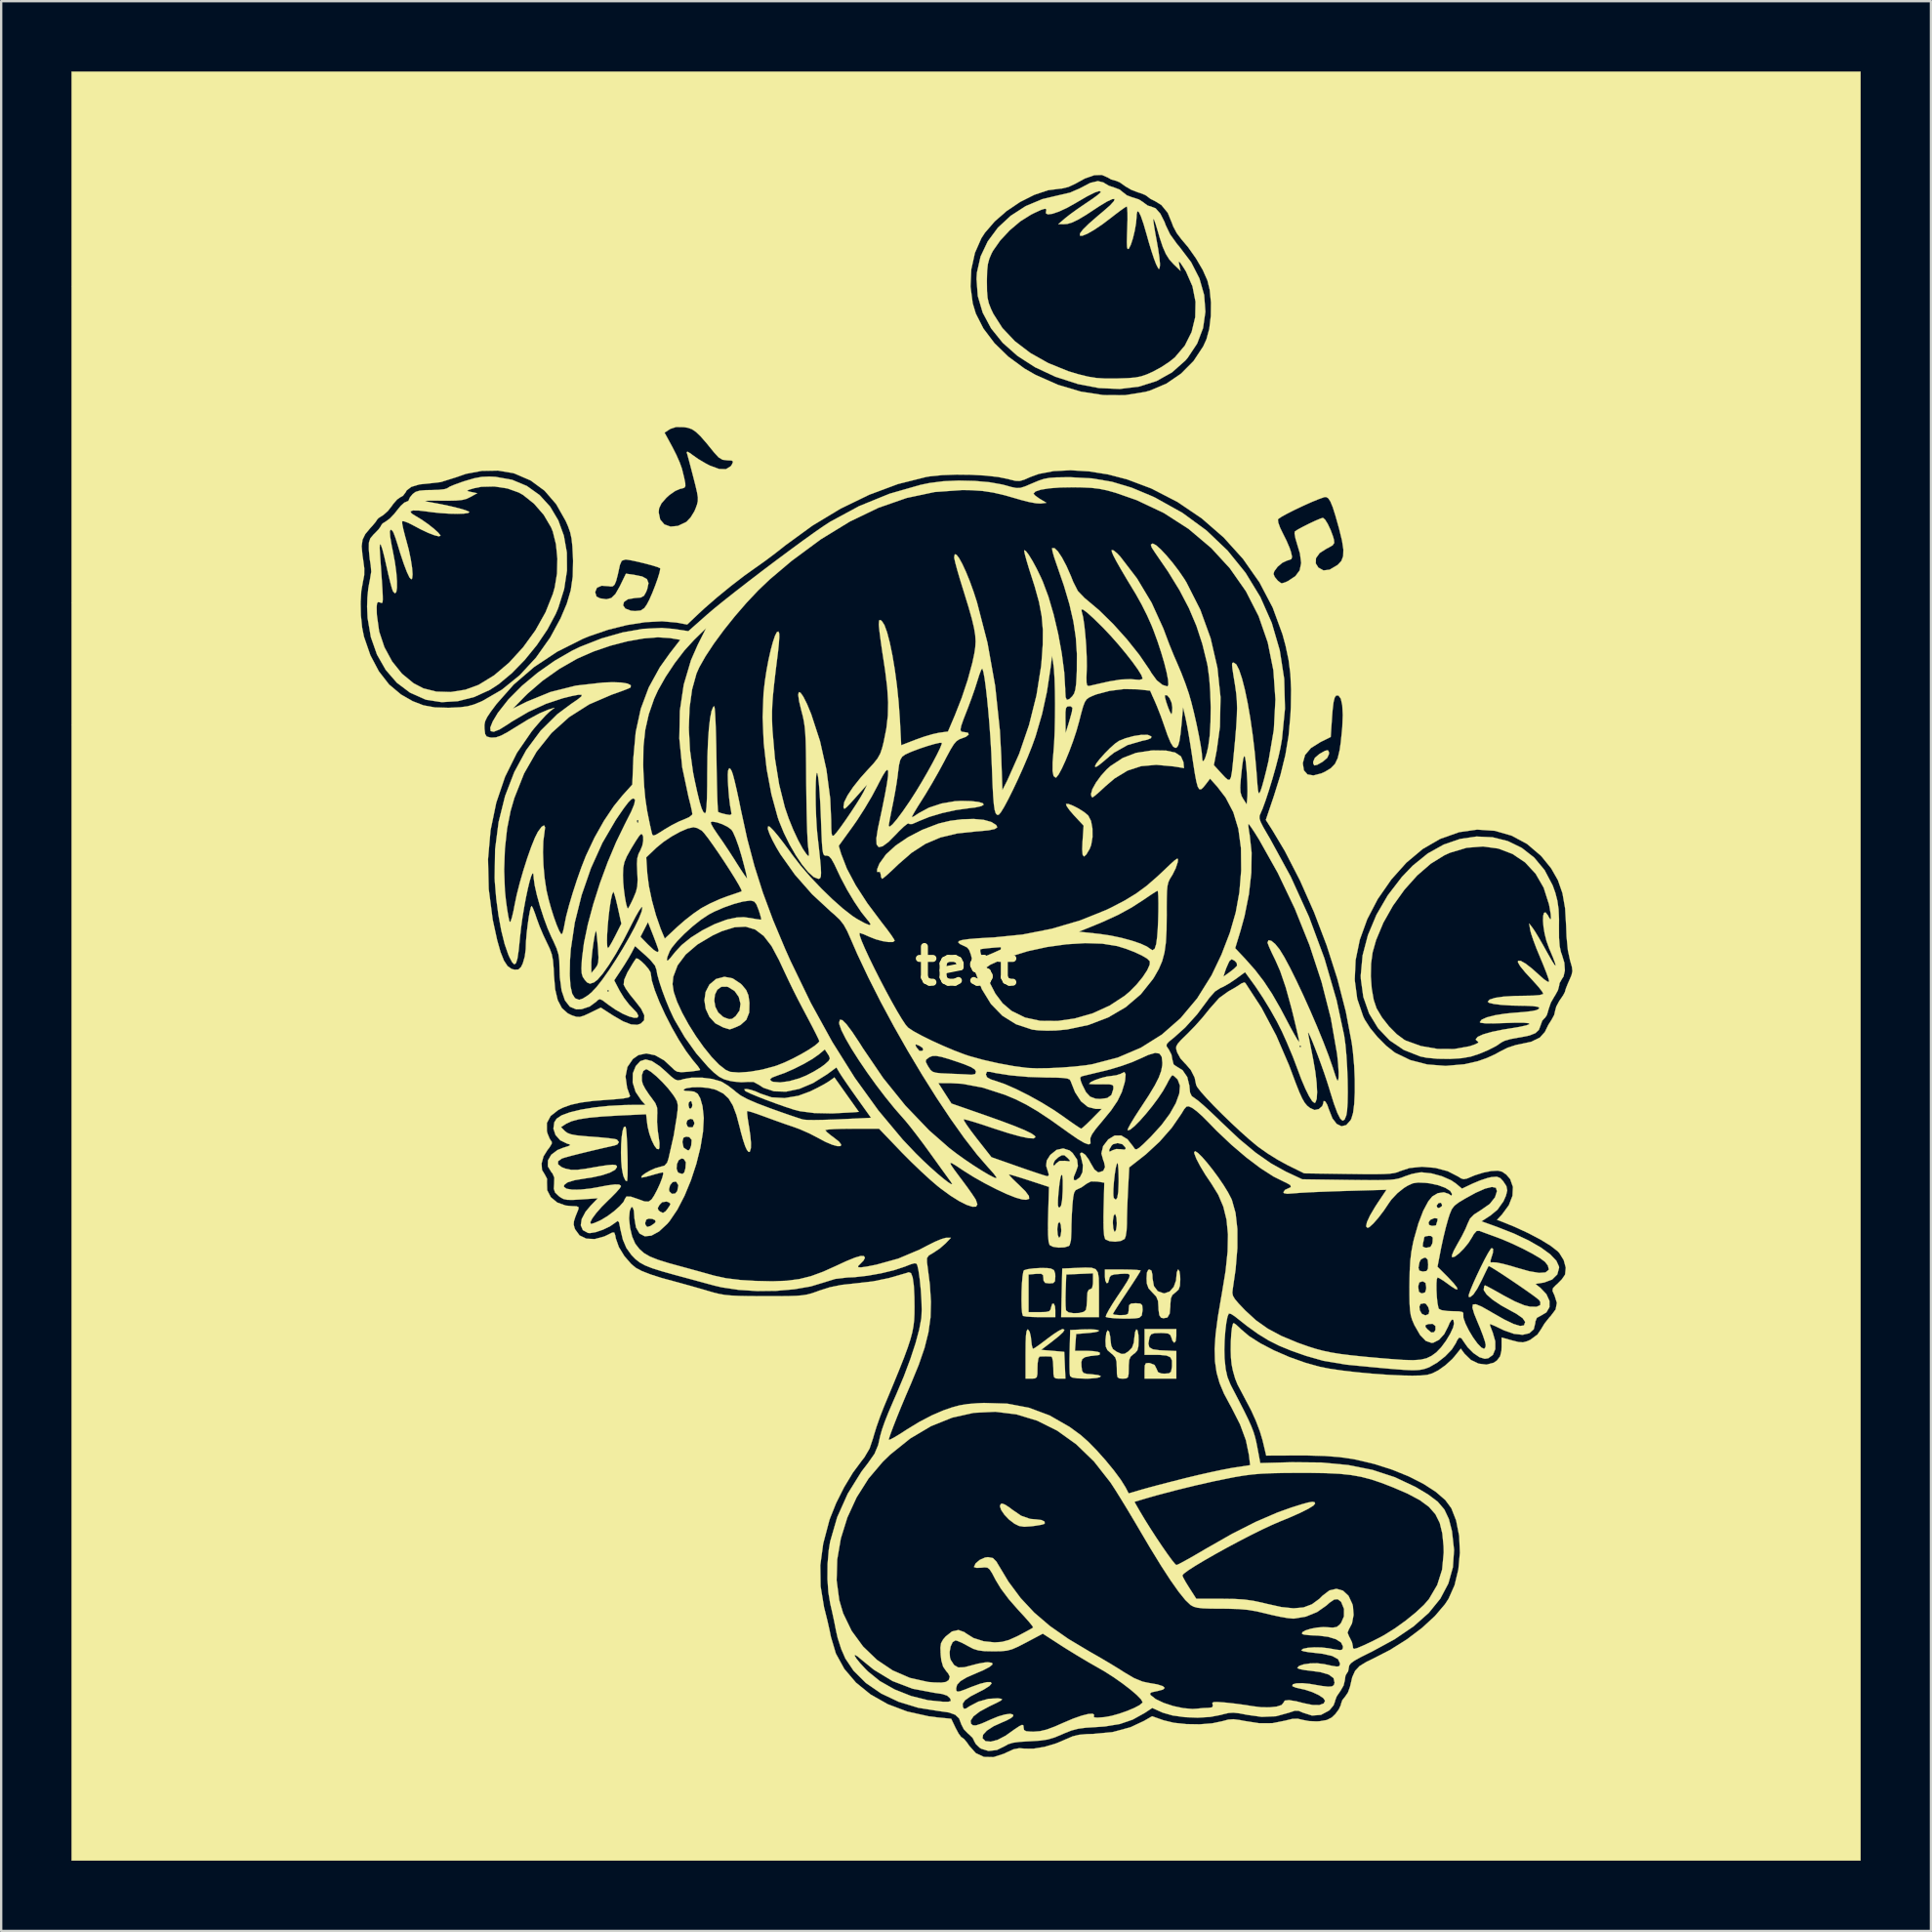
<source format=kicad_pcb>
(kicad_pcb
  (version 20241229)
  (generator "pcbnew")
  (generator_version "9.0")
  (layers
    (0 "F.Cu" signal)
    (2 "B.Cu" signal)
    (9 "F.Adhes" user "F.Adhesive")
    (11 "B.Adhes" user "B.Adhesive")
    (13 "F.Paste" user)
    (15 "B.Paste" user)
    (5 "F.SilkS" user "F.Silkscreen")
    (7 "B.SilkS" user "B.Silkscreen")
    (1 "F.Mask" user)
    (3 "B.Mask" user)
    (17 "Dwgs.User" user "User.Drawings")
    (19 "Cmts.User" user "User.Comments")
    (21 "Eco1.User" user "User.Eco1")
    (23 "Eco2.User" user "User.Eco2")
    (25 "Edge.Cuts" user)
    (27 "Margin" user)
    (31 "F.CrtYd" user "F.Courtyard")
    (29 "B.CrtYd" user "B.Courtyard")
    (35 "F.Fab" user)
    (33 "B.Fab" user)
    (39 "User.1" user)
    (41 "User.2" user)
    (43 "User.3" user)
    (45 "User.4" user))
  (footprint "test"
    (layer "F.Cu")
    (at 38.19 38.19)
    (property "Reference" "test" (at 0 0 0) (layer "F.SilkS") (effects (font (size 1.524 1.524) (thickness 0.3))))
    (attr through_hole)
    (fp_poly (pts (xy 15.489 -9.142) (xy 15.494 -9.058) (xy 15.42 -8.891) (xy 15.227 -8.725) (xy 15.219 -8.72) (xy 14.991 -8.592) (xy 14.869 -8.565) (xy 14.822 -8.638) (xy 14.817 -8.722) (xy 14.89 -8.889) (xy 15.084 -9.055) (xy 15.092 -9.06) (xy 15.32 -9.188) (xy 15.442 -9.215) (xy 15.489 -9.142)) (stroke (width 0.01) (type solid)) (fill yes) (layer "F.SilkS"))
    (fp_poly (pts (xy -14.536 6.86) (xy -14.512 6.965) (xy -14.49 7.198) (xy -14.472 7.52) (xy -14.458 7.893) (xy -14.449 8.279) (xy -14.447 8.64) (xy -14.451 8.937) (xy -14.464 9.131) (xy -14.48 9.187) (xy -14.546 9.145) (xy -14.621 8.983) (xy -14.642 8.913) (xy -14.693 8.649) (xy -14.722 8.321) (xy -14.732 7.963) (xy -14.724 7.607) (xy -14.7 7.285) (xy -14.661 7.03) (xy -14.609 6.874) (xy -14.547 6.851) (xy -14.536 6.86)) (stroke (width 0.01) (type solid)) (fill yes) (layer "F.SilkS"))
    (fp_poly (pts (xy 1.673 22.995) (xy 1.866 23.123) (xy 1.961 23.197) (xy 2.354 23.466) (xy 2.735 23.599) (xy 3.006 23.622) (xy 3.219 23.648) (xy 3.349 23.712) (xy 3.359 23.79) (xy 3.325 23.819) (xy 3.21 23.851) (xy 2.984 23.889) (xy 2.794 23.914) (xy 2.482 23.935) (xy 2.262 23.901) (xy 2.067 23.805) (xy 1.829 23.624) (xy 1.634 23.418) (xy 1.498 23.218) (xy 1.443 23.054) (xy 1.484 22.958) (xy 1.547 22.945) (xy 1.673 22.995)) (stroke (width 0.01) (type solid)) (fill yes) (layer "F.SilkS"))
    (fp_poly (pts (xy 4.372 -6.919) (xy 4.567 -6.845) (xy 4.802 -6.724) (xy 5.03 -6.58) (xy 5.203 -6.438) (xy 5.218 -6.422) (xy 5.334 -6.194) (xy 5.395 -5.868) (xy 5.397 -5.504) (xy 5.34 -5.166) (xy 5.275 -5) (xy 5.132 -4.761) (xy 5.033 -4.677) (xy 4.976 -4.751) (xy 4.958 -4.986) (xy 4.972 -5.321) (xy 5.018 -5.994) (xy 4.613 -6.427) (xy 4.421 -6.649) (xy 4.297 -6.824) (xy 4.265 -6.918) (xy 4.267 -6.92) (xy 4.372 -6.919)) (stroke (width 0.01) (type solid)) (fill yes) (layer "F.SilkS"))
    (fp_poly (pts (xy 7.769 -9.866) (xy 7.911 -9.802) (xy 7.895 -9.731) (xy 7.73 -9.661) (xy 7.52 -9.617) (xy 6.895 -9.436) (xy 6.319 -9.113) (xy 6.128 -8.961) (xy 5.835 -8.709) (xy 5.647 -8.56) (xy 5.543 -8.5) (xy 5.505 -8.516) (xy 5.503 -8.532) (xy 5.561 -8.651) (xy 5.711 -8.844) (xy 5.917 -9.074) (xy 6.144 -9.304) (xy 6.358 -9.495) (xy 6.522 -9.611) (xy 6.811 -9.727) (xy 7.154 -9.819) (xy 7.485 -9.871) (xy 7.737 -9.872) (xy 7.769 -9.866)) (stroke (width 0.01) (type solid)) (fill yes) (layer "F.SilkS"))
    (fp_poly (pts (xy 8.538 -9.198) (xy 8.928 -9.114) (xy 9.173 -8.951) (xy 9.278 -8.71) (xy 9.28 -8.692) (xy 9.303 -8.452) (xy 8.864 -8.523) (xy 8.122 -8.591) (xy 7.474 -8.534) (xy 6.889 -8.343) (xy 6.338 -8.008) (xy 5.938 -7.666) (xy 5.702 -7.447) (xy 5.512 -7.283) (xy 5.402 -7.201) (xy 5.39 -7.197) (xy 5.343 -7.267) (xy 5.334 -7.349) (xy 5.392 -7.555) (xy 5.544 -7.829) (xy 5.759 -8.124) (xy 6.005 -8.397) (xy 6.161 -8.536) (xy 6.692 -8.885) (xy 7.252 -9.1) (xy 7.894 -9.2) (xy 8.001 -9.206) (xy 8.538 -9.198)) (stroke (width 0.01) (type solid)) (fill yes) (layer "F.SilkS"))
    (fp_poly (pts (xy -5.099 5.488) (xy -4.577 6.223) (xy -4.807 6.242) (xy -5.718 6.29) (xy -6.483 6.274) (xy -7.097 6.194) (xy -7.347 6.13) (xy -7.716 6.009) (xy -8.121 5.866) (xy -8.526 5.716) (xy -8.896 5.571) (xy -9.195 5.446) (xy -9.388 5.354) (xy -9.436 5.323) (xy -9.465 5.258) (xy -9.373 5.246) (xy -9.199 5.279) (xy -8.982 5.351) (xy -8.787 5.44) (xy -8.303 5.603) (xy -7.749 5.635) (xy -7.161 5.537) (xy -6.659 5.352) (xy -6.34 5.195) (xy -6.051 5.04) (xy -5.855 4.92) (xy -5.853 4.918) (xy -5.62 4.753) (xy -5.099 5.488)) (stroke (width 0.01) (type solid)) (fill yes) (layer "F.SilkS"))
    (fp_poly (pts (xy 0.754 -6.242) (xy 1.073 -6.152) (xy 1.096 -6.141) (xy 1.287 -6.019) (xy 1.331 -5.923) (xy 1.224 -5.85) (xy 0.96 -5.795) (xy 0.534 -5.755) (xy 0.459 -5.751) (xy -0.378 -5.662) (xy -1.097 -5.49) (xy -1.734 -5.219) (xy -2.327 -4.835) (xy -2.885 -4.349) (xy -3.154 -4.092) (xy -3.378 -3.887) (xy -3.532 -3.758) (xy -3.583 -3.725) (xy -3.629 -3.797) (xy -3.641 -3.9) (xy -3.673 -4.017) (xy -3.725 -4.022) (xy -3.799 -4.02) (xy -3.794 -4.138) (xy -3.711 -4.348) (xy -3.69 -4.388) (xy -3.417 -4.769) (xy -3.003 -5.146) (xy -2.477 -5.502) (xy -1.868 -5.817) (xy -1.203 -6.072) (xy -1.143 -6.091) (xy -0.671 -6.203) (xy -0.166 -6.266) (xy 0.325 -6.28) (xy 0.754 -6.242)) (stroke (width 0.01) (type solid)) (fill yes) (layer "F.SilkS"))
    (fp_poly (pts (xy 5.362 12.879) (xy 5.532 12.939) (xy 5.626 13.076) (xy 5.665 13.314) (xy 5.673 13.681) (xy 5.673 13.972) (xy 5.673 14.986) (xy 4.059 14.986) (xy 4.076 14.22) (xy 4.244 14.22) (xy 4.249 14.502) (xy 4.263 14.678) (xy 4.269 14.704) (xy 4.379 14.784) (xy 4.586 14.819) (xy 4.822 14.811) (xy 5.021 14.761) (xy 5.113 14.683) (xy 5.145 14.518) (xy 5.163 14.266) (xy 5.165 14.175) (xy 5.182 13.926) (xy 5.24 13.814) (xy 5.292 13.801) (xy 5.38 13.745) (xy 5.416 13.562) (xy 5.419 13.458) (xy 5.419 13.116) (xy 4.276 13.166) (xy 4.251 13.878) (xy 4.244 14.22) (xy 4.076 14.22) (xy 4.083 13.949) (xy 4.106 12.912) (xy 4.697 12.886) (xy 5.091 12.87) (xy 5.362 12.879)) (stroke (width 0.01) (type solid)) (fill yes) (layer "F.SilkS"))
    (fp_poly (pts (xy 5.558 15.523) (xy 5.669 15.555) (xy 5.647 15.595) (xy 5.478 15.635) (xy 5.249 15.66) (xy 4.699 15.706) (xy 4.673 16.066) (xy 4.647 16.425) (xy 5.155 16.425) (xy 5.433 16.438) (xy 5.639 16.472) (xy 5.715 16.51) (xy 5.7 16.592) (xy 5.656 16.605) (xy 5.296 16.646) (xy 5.073 16.697) (xy 4.959 16.777) (xy 4.921 16.907) (xy 4.927 17.081) (xy 4.951 17.273) (xy 5.013 17.37) (xy 5.161 17.41) (xy 5.355 17.425) (xy 5.629 17.457) (xy 5.747 17.5) (xy 5.72 17.546) (xy 5.56 17.585) (xy 5.279 17.608) (xy 5.12 17.611) (xy 4.748 17.599) (xy 4.526 17.562) (xy 4.439 17.499) (xy 4.424 17.373) (xy 4.416 17.117) (xy 4.415 16.772) (xy 4.421 16.462) (xy 4.445 15.536) (xy 4.986 15.511) (xy 5.326 15.506) (xy 5.558 15.523)) (stroke (width 0.01) (type solid)) (fill yes) (layer "F.SilkS"))
    (fp_poly (pts (xy 9.108 13.03) (xy 9.138 13.225) (xy 9.144 13.375) (xy 9.13 13.646) (xy 9.073 13.809) (xy 8.949 13.924) (xy 8.932 13.935) (xy 8.805 14.044) (xy 8.741 14.191) (xy 8.721 14.434) (xy 8.721 14.52) (xy 8.691 14.835) (xy 8.596 15.002) (xy 8.424 15.034) (xy 8.319 15.007) (xy 8.249 14.901) (xy 8.215 14.663) (xy 8.213 14.57) (xy 8.194 14.295) (xy 8.117 14.108) (xy 7.959 13.941) (xy 7.79 13.757) (xy 7.717 13.556) (xy 7.705 13.334) (xy 7.721 13.083) (xy 7.778 12.969) (xy 7.832 12.954) (xy 7.916 13.004) (xy 7.954 13.176) (xy 7.959 13.33) (xy 8.018 13.659) (xy 8.182 13.879) (xy 8.436 13.969) (xy 8.47 13.97) (xy 8.69 13.893) (xy 8.867 13.692) (xy 8.965 13.414) (xy 8.975 13.289) (xy 8.994 13.079) (xy 9.041 12.962) (xy 9.059 12.954) (xy 9.108 13.03)) (stroke (width 0.01) (type solid)) (fill yes) (layer "F.SilkS"))
    (fp_poly (pts (xy 3.469 12.893) (xy 3.619 12.912) (xy 3.753 12.981) (xy 3.805 13.134) (xy 3.81 13.252) (xy 3.796 13.45) (xy 3.723 13.531) (xy 3.556 13.547) (xy 3.375 13.524) (xy 3.308 13.427) (xy 3.302 13.33) (xy 3.285 13.189) (xy 3.203 13.135) (xy 3.006 13.138) (xy 2.985 13.139) (xy 2.667 13.166) (xy 2.667 14.774) (xy 3.133 14.774) (xy 3.403 14.767) (xy 3.547 14.734) (xy 3.609 14.659) (xy 3.625 14.584) (xy 3.676 14.421) (xy 3.742 14.407) (xy 3.795 14.525) (xy 3.81 14.69) (xy 3.81 14.986) (xy 3.147 14.986) (xy 2.826 14.979) (xy 2.575 14.961) (xy 2.438 14.936) (xy 2.427 14.93) (xy 2.393 14.813) (xy 2.373 14.574) (xy 2.366 14.256) (xy 2.37 13.902) (xy 2.385 13.555) (xy 2.41 13.257) (xy 2.443 13.052) (xy 2.473 12.985) (xy 2.631 12.939) (xy 2.893 12.905) (xy 3.194 12.888) (xy 3.469 12.893)) (stroke (width 0.01) (type solid)) (fill yes) (layer "F.SilkS"))
    (fp_poly (pts (xy 8.975 15.79) (xy 8.949 16.007) (xy 8.888 16.08) (xy 8.813 16) (xy 8.771 15.875) (xy 8.72 15.748) (xy 8.621 15.685) (xy 8.422 15.665) (xy 8.297 15.663) (xy 8.042 15.673) (xy 7.907 15.715) (xy 7.842 15.812) (xy 7.826 15.868) (xy 7.783 16.117) (xy 7.823 16.273) (xy 7.971 16.359) (xy 8.254 16.4) (xy 8.404 16.408) (xy 8.975 16.433) (xy 8.975 17.611) (xy 7.62 17.611) (xy 7.62 17.266) (xy 7.629 17.048) (xy 7.677 16.955) (xy 7.796 16.943) (xy 7.849 16.949) (xy 8.047 17.027) (xy 8.128 17.187) (xy 8.194 17.335) (xy 8.334 17.392) (xy 8.47 17.399) (xy 8.661 17.386) (xy 8.749 17.316) (xy 8.784 17.138) (xy 8.79 17.069) (xy 8.789 16.839) (xy 8.72 16.698) (xy 8.554 16.625) (xy 8.261 16.598) (xy 8.107 16.596) (xy 7.62 16.595) (xy 7.62 15.494) (xy 8.975 15.494) (xy 8.975 15.79)) (stroke (width 0.01) (type solid)) (fill yes) (layer "F.SilkS"))
    (fp_poly (pts (xy 7.32 15.552) (xy 7.357 15.745) (xy 7.366 15.958) (xy 7.355 16.239) (xy 7.31 16.409) (xy 7.21 16.521) (xy 7.154 16.56) (xy 7.028 16.667) (xy 6.964 16.811) (xy 6.944 17.048) (xy 6.943 17.155) (xy 6.938 17.417) (xy 6.909 17.553) (xy 6.832 17.603) (xy 6.689 17.611) (xy 6.542 17.602) (xy 6.466 17.549) (xy 6.439 17.409) (xy 6.435 17.161) (xy 6.423 16.884) (xy 6.373 16.713) (xy 6.259 16.584) (xy 6.187 16.528) (xy 6.033 16.392) (xy 5.964 16.242) (xy 5.952 16.008) (xy 5.954 15.94) (xy 5.986 15.663) (xy 6.042 15.55) (xy 6.104 15.601) (xy 6.153 15.816) (xy 6.164 15.939) (xy 6.195 16.197) (xy 6.267 16.349) (xy 6.414 16.456) (xy 6.451 16.476) (xy 6.64 16.559) (xy 6.773 16.549) (xy 6.933 16.446) (xy 7.085 16.29) (xy 7.16 16.075) (xy 7.18 15.888) (xy 7.216 15.617) (xy 7.268 15.507) (xy 7.32 15.552)) (stroke (width 0.01) (type solid)) (fill yes) (layer "F.SilkS"))
    (fp_poly (pts (xy -9.961 0.527) (xy -9.62 0.753) (xy -9.562 0.809) (xy -9.386 1.024) (xy -9.292 1.249) (xy -9.247 1.563) (xy -9.258 1.985) (xy -9.381 2.294) (xy -9.629 2.514) (xy -9.783 2.589) (xy -9.976 2.666) (xy -10.087 2.702) (xy -10.094 2.702) (xy -10.183 2.675) (xy -10.36 2.622) (xy -10.703 2.445) (xy -10.956 2.169) (xy -11.113 1.829) (xy -11.168 1.472) (xy -10.749 1.472) (xy -10.703 1.74) (xy -10.58 1.982) (xy -10.377 2.164) (xy -10.299 2.202) (xy -10.111 2.267) (xy -9.99 2.253) (xy -9.846 2.146) (xy -9.836 2.138) (xy -9.668 1.897) (xy -9.629 1.608) (xy -9.704 1.315) (xy -9.881 1.064) (xy -10.146 0.899) (xy -10.208 0.88) (xy -10.447 0.884) (xy -10.618 1.008) (xy -10.72 1.216) (xy -10.749 1.472) (xy -11.168 1.472) (xy -11.169 1.462) (xy -11.119 1.104) (xy -10.957 0.79) (xy -10.678 0.555) (xy -10.664 0.548) (xy -10.316 0.457) (xy -9.961 0.527)) (stroke (width 0.01) (type solid)) (fill yes) (layer "F.SilkS"))
    (fp_poly (pts (xy 4.198 15.525) (xy 4.145 15.623) (xy 3.962 15.796) (xy 3.642 16.051) (xy 3.627 16.062) (xy 3.205 16.383) (xy 3.698 16.425) (xy 4.191 16.468) (xy 4.241 17.611) (xy 3.983 17.611) (xy 3.836 17.603) (xy 3.759 17.553) (xy 3.73 17.418) (xy 3.725 17.157) (xy 3.725 17.145) (xy 3.711 16.888) (xy 3.675 16.715) (xy 3.641 16.67) (xy 3.49 16.662) (xy 3.387 16.661) (xy 3.204 16.665) (xy 3.133 16.67) (xy 3.086 16.752) (xy 3.055 16.954) (xy 3.048 17.145) (xy 3.044 17.411) (xy 3.016 17.55) (xy 2.941 17.602) (xy 2.798 17.611) (xy 2.794 17.611) (xy 2.54 17.611) (xy 2.54 16.545) (xy 2.544 16.084) (xy 2.557 15.772) (xy 2.582 15.589) (xy 2.621 15.516) (xy 2.646 15.515) (xy 2.715 15.614) (xy 2.765 15.826) (xy 2.777 15.945) (xy 2.804 16.177) (xy 2.842 16.318) (xy 2.862 16.339) (xy 2.952 16.289) (xy 3.138 16.159) (xy 3.385 15.974) (xy 3.46 15.916) (xy 3.728 15.718) (xy 3.957 15.57) (xy 4.107 15.497) (xy 4.127 15.494) (xy 4.198 15.525)) (stroke (width 0.01) (type solid)) (fill yes) (layer "F.SilkS"))
    (fp_poly (pts (xy 7.024 12.959) (xy 7.284 12.971) (xy 7.431 12.989) (xy 7.451 12.999) (xy 7.406 13.083) (xy 7.285 13.278) (xy 7.104 13.557) (xy 6.882 13.891) (xy 6.858 13.928) (xy 6.633 14.266) (xy 6.448 14.552) (xy 6.319 14.757) (xy 6.266 14.854) (xy 6.265 14.856) (xy 6.341 14.884) (xy 6.528 14.9) (xy 6.604 14.901) (xy 6.821 14.891) (xy 6.918 14.837) (xy 6.942 14.702) (xy 6.943 14.647) (xy 6.959 14.477) (xy 7.043 14.407) (xy 7.239 14.393) (xy 7.438 14.407) (xy 7.519 14.48) (xy 7.535 14.665) (xy 7.535 14.684) (xy 7.501 14.914) (xy 7.391 15.014) (xy 7.387 15.015) (xy 7.211 15.039) (xy 6.944 15.05) (xy 6.638 15.047) (xy 6.34 15.034) (xy 6.101 15.012) (xy 5.971 14.981) (xy 5.961 14.973) (xy 5.989 14.88) (xy 6.095 14.679) (xy 6.263 14.402) (xy 6.434 14.14) (xy 6.703 13.739) (xy 6.881 13.459) (xy 6.973 13.279) (xy 6.982 13.178) (xy 6.911 13.136) (xy 6.763 13.131) (xy 6.594 13.14) (xy 6.326 13.164) (xy 6.184 13.21) (xy 6.123 13.297) (xy 6.111 13.356) (xy 6.06 13.519) (xy 5.995 13.533) (xy 5.942 13.415) (xy 5.927 13.25) (xy 5.927 12.954) (xy 6.689 12.954) (xy 7.024 12.959)) (stroke (width 0.01) (type solid)) (fill yes) (layer "F.SilkS"))
    (fp_poly (pts (xy 9.045 -4.573) (xy 9.043 -4.493) (xy 9.032 -4.426) (xy 8.95 -4.178) (xy 8.813 -3.901) (xy 8.77 -3.833) (xy 8.691 -3.704) (xy 8.635 -3.577) (xy 8.598 -3.422) (xy 8.576 -3.207) (xy 8.566 -2.901) (xy 8.564 -2.474) (xy 8.565 -2.19) (xy 8.558 -1.532) (xy 8.529 -1.007) (xy 8.47 -0.58) (xy 8.373 -0.216) (xy 8.23 0.12) (xy 8.034 0.464) (xy 7.975 0.557) (xy 7.457 1.206) (xy 6.813 1.755) (xy 6.063 2.194) (xy 5.223 2.514) (xy 4.312 2.706) (xy 3.829 2.751) (xy 3.455 2.758) (xy 3.094 2.744) (xy 2.823 2.712) (xy 2.817 2.71) (xy 2.136 2.485) (xy 1.551 2.121) (xy 1.062 1.618) (xy 0.671 0.98) (xy 0.379 0.208) (xy 0.371 0.174) (xy 0.82 0.174) (xy 0.845 0.333) (xy 0.933 0.551) (xy 0.97 0.634) (xy 1.25 1.177) (xy 1.559 1.587) (xy 1.925 1.9) (xy 1.959 1.923) (xy 2.52 2.198) (xy 3.168 2.338) (xy 3.909 2.343) (xy 4.639 2.237) (xy 5.405 2.017) (xy 6.133 1.685) (xy 6.771 1.267) (xy 6.981 1.09) (xy 7.282 0.785) (xy 7.54 0.47) (xy 7.733 0.177) (xy 7.84 -0.063) (xy 7.846 -0.204) (xy 7.737 -0.314) (xy 7.505 -0.452) (xy 7.189 -0.599) (xy 6.83 -0.737) (xy 6.468 -0.849) (xy 6.435 -0.857) (xy 5.816 -0.956) (xy 5.087 -0.979) (xy 4.289 -0.93) (xy 3.46 -0.815) (xy 2.641 -0.637) (xy 1.871 -0.4) (xy 1.726 -0.346) (xy 1.311 -0.184) (xy 1.034 -0.059) (xy 0.876 0.052) (xy 0.82 0.174) (xy 0.371 0.174) (xy 0.288 -0.152) (xy 0.209 -0.478) (xy 0.156 -0.625) (xy 0.605 -0.625) (xy 0.631 -0.521) (xy 0.668 -0.432) (xy 0.73 -0.401) (xy 0.857 -0.433) (xy 1.089 -0.53) (xy 1.168 -0.564) (xy 1.424 -0.68) (xy 1.61 -0.767) (xy 1.679 -0.805) (xy 1.62 -0.812) (xy 1.444 -0.805) (xy 1.205 -0.788) (xy 0.952 -0.765) (xy 0.739 -0.741) (xy 0.617 -0.719) (xy 0.606 -0.715) (xy 0.605 -0.625) (xy 0.156 -0.625) (xy 0.138 -0.676) (xy 0.053 -0.788) (xy -0.069 -0.853) (xy -0.095 -0.863) (xy -0.266 -0.944) (xy -0.339 -1.02) (xy -0.339 -1.02) (xy -0.296 -1.071) (xy -0.157 -1.114) (xy 0.095 -1.15) (xy 0.478 -1.183) (xy 1.008 -1.215) (xy 1.185 -1.223) (xy 2.414 -1.347) (xy 3.029 -1.468) (xy 4.816 -1.468) (xy 5.701 -1.372) (xy 6.157 -1.305) (xy 6.627 -1.206) (xy 7.071 -1.086) (xy 7.449 -0.958) (xy 7.724 -0.832) (xy 7.827 -0.758) (xy 7.956 -0.676) (xy 8.05 -0.735) (xy 8.117 -0.942) (xy 8.157 -1.249) (xy 8.182 -1.575) (xy 8.199 -1.947) (xy 8.209 -2.33) (xy 8.211 -2.685) (xy 8.205 -2.975) (xy 8.192 -3.164) (xy 8.174 -3.217) (xy 8.092 -3.172) (xy 7.907 -3.054) (xy 7.658 -2.885) (xy 7.603 -2.847) (xy 7.068 -2.502) (xy 6.499 -2.191) (xy 5.843 -1.889) (xy 5.477 -1.737) (xy 4.816 -1.468) (xy 3.029 -1.468) (xy 3.658 -1.593) (xy 4.867 -1.948) (xy 5.989 -2.399) (xy 6.193 -2.497) (xy 6.778 -2.802) (xy 7.263 -3.098) (xy 7.707 -3.425) (xy 8.168 -3.826) (xy 8.415 -4.058) (xy 8.706 -4.335) (xy 8.895 -4.506) (xy 9.002 -4.581) (xy 9.045 -4.573)) (stroke (width 0.01) (type solid)) (fill yes) (layer "F.SilkS"))
    (fp_poly (pts (xy 22.473 -5.499) (xy 23.122 -5.337) (xy 23.72 -5.047) (xy 24.251 -4.632) (xy 24.697 -4.096) (xy 25.042 -3.442) (xy 25.153 -3.133) (xy 25.242 -2.788) (xy 25.293 -2.429) (xy 25.312 -1.996) (xy 25.31 -1.693) (xy 25.312 -1.207) (xy 25.339 -0.853) (xy 25.394 -0.594) (xy 25.433 -0.49) (xy 25.539 -0.142) (xy 25.562 0.188) (xy 25.503 0.45) (xy 25.442 0.538) (xy 25.336 0.727) (xy 25.315 0.846) (xy 25.266 1.031) (xy 25.144 1.254) (xy 25.114 1.297) (xy 24.962 1.564) (xy 24.863 1.852) (xy 24.858 1.876) (xy 24.794 2.09) (xy 24.707 2.219) (xy 24.69 2.228) (xy 24.595 2.335) (xy 24.526 2.528) (xy 24.453 2.722) (xy 24.306 2.861) (xy 24.055 2.962) (xy 23.671 3.04) (xy 23.554 3.058) (xy 23.246 3.115) (xy 22.995 3.187) (xy 22.864 3.252) (xy 22.629 3.412) (xy 22.289 3.586) (xy 21.906 3.747) (xy 21.548 3.864) (xy 21.147 3.934) (xy 20.653 3.965) (xy 20.135 3.958) (xy 19.662 3.914) (xy 19.389 3.858) (xy 18.688 3.581) (xy 18.083 3.172) (xy 17.585 2.648) (xy 17.206 2.026) (xy 16.958 1.319) (xy 16.852 0.546) (xy 16.849 0.429) (xy 17.277 0.429) (xy 17.317 0.965) (xy 17.402 1.446) (xy 17.522 1.802) (xy 17.753 2.191) (xy 18.056 2.576) (xy 18.389 2.911) (xy 18.708 3.147) (xy 18.773 3.181) (xy 19.42 3.414) (xy 20.127 3.536) (xy 20.838 3.54) (xy 21.495 3.422) (xy 21.511 3.417) (xy 21.739 3.338) (xy 21.864 3.272) (xy 21.865 3.241) (xy 21.767 3.154) (xy 21.759 3.121) (xy 21.841 3.02) (xy 22.073 2.915) (xy 22.437 2.81) (xy 22.916 2.712) (xy 23.164 2.672) (xy 23.628 2.595) (xy 23.925 2.529) (xy 24.053 2.477) (xy 24.016 2.439) (xy 23.814 2.419) (xy 23.447 2.418) (xy 23.041 2.431) (xy 22.517 2.448) (xy 22.16 2.445) (xy 21.967 2.421) (xy 21.929 2.393) (xy 22.009 2.288) (xy 22.233 2.188) (xy 22.575 2.1) (xy 23.008 2.031) (xy 23.368 1.996) (xy 23.831 1.959) (xy 24.149 1.922) (xy 24.345 1.881) (xy 24.444 1.831) (xy 24.469 1.772) (xy 24.391 1.736) (xy 24.182 1.709) (xy 23.883 1.695) (xy 23.761 1.693) (xy 23.284 1.684) (xy 22.869 1.658) (xy 22.543 1.62) (xy 22.333 1.571) (xy 22.267 1.521) (xy 22.348 1.431) (xy 22.578 1.357) (xy 22.937 1.304) (xy 23.405 1.275) (xy 23.719 1.27) (xy 24.182 1.262) (xy 24.486 1.237) (xy 24.628 1.196) (xy 24.638 1.178) (xy 24.583 1.076) (xy 24.438 0.892) (xy 24.233 0.663) (xy 24.205 0.632) (xy 23.866 0.265) (xy 23.652 0.002) (xy 23.558 -0.163) (xy 23.564 -0.224) (xy 23.677 -0.223) (xy 23.886 -0.105) (xy 24.172 0.118) (xy 24.445 0.364) (xy 24.679 0.57) (xy 24.834 0.672) (xy 24.892 0.661) (xy 24.892 0.658) (xy 24.86 0.531) (xy 24.773 0.287) (xy 24.645 -0.038) (xy 24.512 -0.357) (xy 24.352 -0.743) (xy 24.217 -1.102) (xy 24.121 -1.387) (xy 24.084 -1.531) (xy 24.037 -1.82) (xy 24.189 -1.623) (xy 24.293 -1.468) (xy 24.452 -1.205) (xy 24.643 -0.874) (xy 24.791 -0.607) (xy 24.99 -0.256) (xy 25.116 -0.058) (xy 25.169 -0.011) (xy 25.148 -0.115) (xy 25.054 -0.368) (xy 24.885 -0.77) (xy 24.883 -0.776) (xy 24.777 -1.07) (xy 24.699 -1.379) (xy 24.649 -1.679) (xy 24.629 -1.944) (xy 24.637 -2.151) (xy 24.673 -2.274) (xy 24.74 -2.289) (xy 24.835 -2.17) (xy 24.873 -2.095) (xy 24.942 -1.99) (xy 24.97 -2.037) (xy 24.957 -2.226) (xy 24.902 -2.544) (xy 24.882 -2.642) (xy 24.657 -3.346) (xy 24.312 -3.943) (xy 23.863 -4.426) (xy 23.327 -4.786) (xy 22.723 -5.016) (xy 22.066 -5.106) (xy 21.374 -5.051) (xy 20.664 -4.84) (xy 20.424 -4.733) (xy 19.837 -4.37) (xy 19.259 -3.869) (xy 18.714 -3.261) (xy 18.224 -2.578) (xy 17.812 -1.849) (xy 17.502 -1.107) (xy 17.354 -0.583) (xy 17.289 -0.106) (xy 17.277 0.429) (xy 16.849 0.429) (xy 16.849 0.386) (xy 16.927 -0.457) (xy 17.155 -1.324) (xy 17.518 -2.188) (xy 18.005 -3.024) (xy 18.603 -3.803) (xy 19.061 -4.282) (xy 19.709 -4.807) (xy 20.392 -5.188) (xy 21.091 -5.428) (xy 21.79 -5.53) (xy 22.473 -5.499)) (stroke (width 0.01) (type solid)) (fill yes) (layer "F.SilkS"))
    (fp_poly (pts (xy 5.87 -33.45) (xy 5.908 -33.421) (xy 6.095 -33.312) (xy 6.329 -33.234) (xy 6.554 -33.148) (xy 6.712 -33.021) (xy 6.713 -33.021) (xy 6.866 -32.901) (xy 7.098 -32.814) (xy 7.131 -32.807) (xy 7.379 -32.725) (xy 7.572 -32.601) (xy 7.585 -32.588) (xy 7.754 -32.464) (xy 7.884 -32.427) (xy 8.092 -32.347) (xy 8.293 -32.119) (xy 8.471 -31.767) (xy 8.52 -31.631) (xy 8.708 -31.239) (xy 9.011 -30.818) (xy 9.105 -30.709) (xy 9.607 -30.048) (xy 9.961 -29.354) (xy 10.164 -28.643) (xy 10.216 -27.932) (xy 10.117 -27.237) (xy 9.865 -26.575) (xy 9.459 -25.963) (xy 9.358 -25.846) (xy 8.793 -25.345) (xy 8.13 -24.974) (xy 7.382 -24.737) (xy 6.56 -24.636) (xy 5.678 -24.674) (xy 4.784 -24.844) (xy 3.813 -25.158) (xy 2.948 -25.562) (xy 2.196 -26.046) (xy 1.567 -26.603) (xy 1.069 -27.221) (xy 0.711 -27.891) (xy 0.5 -28.605) (xy 0.456 -29.208) (xy 0.889 -29.208) (xy 0.894 -28.812) (xy 0.917 -28.527) (xy 0.971 -28.292) (xy 1.066 -28.049) (xy 1.167 -27.838) (xy 1.553 -27.234) (xy 2.086 -26.673) (xy 2.746 -26.17) (xy 3.513 -25.738) (xy 4.367 -25.393) (xy 4.795 -25.264) (xy 5.202 -25.164) (xy 5.563 -25.106) (xy 5.947 -25.081) (xy 6.424 -25.082) (xy 6.477 -25.084) (xy 6.909 -25.099) (xy 7.223 -25.125) (xy 7.471 -25.174) (xy 7.707 -25.254) (xy 7.974 -25.373) (xy 8.325 -25.563) (xy 8.673 -25.792) (xy 8.911 -25.982) (xy 9.337 -26.485) (xy 9.628 -27.066) (xy 9.782 -27.7) (xy 9.795 -28.36) (xy 9.665 -29.018) (xy 9.389 -29.648) (xy 9.302 -29.789) (xy 9.161 -30.001) (xy 9.093 -30.079) (xy 9.082 -30.034) (xy 9.101 -29.93) (xy 9.156 -29.676) (xy 8.855 -29.966) (xy 8.677 -30.163) (xy 8.53 -30.396) (xy 8.397 -30.699) (xy 8.26 -31.111) (xy 8.165 -31.439) (xy 8.088 -31.692) (xy 8.026 -31.858) (xy 7.995 -31.899) (xy 7.996 -31.808) (xy 8.026 -31.586) (xy 8.08 -31.27) (xy 8.133 -30.983) (xy 8.202 -30.594) (xy 8.251 -30.248) (xy 8.276 -29.99) (xy 8.274 -29.887) (xy 8.25 -29.766) (xy 8.213 -29.768) (xy 8.139 -29.908) (xy 8.102 -29.988) (xy 8.021 -30.201) (xy 7.913 -30.528) (xy 7.795 -30.918) (xy 7.716 -31.202) (xy 7.577 -31.68) (xy 7.462 -32.013) (xy 7.373 -32.194) (xy 7.312 -32.221) (xy 7.283 -32.088) (xy 7.28 -32) (xy 7.257 -31.721) (xy 7.2 -31.392) (xy 7.122 -31.065) (xy 7.034 -30.794) (xy 6.952 -30.631) (xy 6.942 -30.621) (xy 6.897 -30.61) (xy 6.871 -30.697) (xy 6.863 -30.901) (xy 6.871 -31.243) (xy 6.88 -31.475) (xy 6.892 -31.853) (xy 6.891 -32.161) (xy 6.879 -32.363) (xy 6.859 -32.427) (xy 6.769 -32.378) (xy 6.581 -32.245) (xy 6.33 -32.055) (xy 6.213 -31.963) (xy 5.822 -31.666) (xy 5.467 -31.427) (xy 5.171 -31.258) (xy 4.959 -31.174) (xy 4.858 -31.181) (xy 4.862 -31.274) (xy 4.99 -31.444) (xy 5.246 -31.695) (xy 5.635 -32.034) (xy 5.839 -32.204) (xy 6.146 -32.472) (xy 6.311 -32.654) (xy 6.342 -32.745) (xy 6.244 -32.742) (xy 6.023 -32.64) (xy 5.687 -32.437) (xy 5.571 -32.361) (xy 5.127 -32.069) (xy 4.789 -31.867) (xy 4.531 -31.743) (xy 4.325 -31.681) (xy 4.174 -31.669) (xy 3.937 -31.672) (xy 4.233 -31.927) (xy 4.448 -32.096) (xy 4.748 -32.313) (xy 5.076 -32.537) (xy 5.141 -32.58) (xy 5.417 -32.767) (xy 5.629 -32.924) (xy 5.744 -33.027) (xy 5.755 -33.047) (xy 5.691 -33.086) (xy 5.496 -33.023) (xy 5.172 -32.861) (xy 4.722 -32.6) (xy 4.695 -32.583) (xy 4.313 -32.369) (xy 3.969 -32.21) (xy 3.688 -32.114) (xy 3.492 -32.088) (xy 3.405 -32.137) (xy 3.412 -32.202) (xy 3.431 -32.303) (xy 3.369 -32.331) (xy 3.208 -32.283) (xy 2.929 -32.156) (xy 2.772 -32.077) (xy 2.316 -31.791) (xy 1.862 -31.407) (xy 1.458 -30.974) (xy 1.152 -30.539) (xy 1.092 -30.428) (xy 0.992 -30.195) (xy 0.93 -29.963) (xy 0.899 -29.679) (xy 0.889 -29.288) (xy 0.889 -29.208) (xy 0.456 -29.208) (xy 0.446 -29.353) (xy 0.464 -29.606) (xy 0.62 -30.292) (xy 0.925 -30.936) (xy 1.359 -31.522) (xy 1.906 -32.029) (xy 2.544 -32.441) (xy 3.257 -32.74) (xy 3.859 -32.883) (xy 4.438 -33.017) (xy 4.872 -33.207) (xy 4.892 -33.219) (xy 5.299 -33.432) (xy 5.628 -33.51) (xy 5.87 -33.45)) (stroke (width 0.01) (type solid)) (fill yes) (layer "F.SilkS"))
    (fp_poly (pts (xy -20.088 -20.885) (xy -19.378 -20.758) (xy -18.748 -20.494) (xy -18.206 -20.107) (xy -17.757 -19.615) (xy -17.409 -19.031) (xy -17.169 -18.371) (xy -17.042 -17.651) (xy -17.036 -16.885) (xy -17.158 -16.089) (xy -17.413 -15.278) (xy -17.519 -15.03) (xy -17.872 -14.369) (xy -18.322 -13.704) (xy -18.839 -13.069) (xy -19.393 -12.501) (xy -19.952 -12.035) (xy -20.325 -11.792) (xy -21 -11.485) (xy -21.698 -11.308) (xy -22.384 -11.266) (xy -23.023 -11.364) (xy -23.09 -11.383) (xy -23.736 -11.671) (xy -24.302 -12.097) (xy -24.775 -12.644) (xy -25.147 -13.297) (xy -25.408 -14.04) (xy -25.548 -14.857) (xy -25.569 -15.343) (xy -25.161 -15.343) (xy -25.156 -15.064) (xy -25.152 -14.986) (xy -25.054 -14.284) (xy -24.831 -13.614) (xy -24.5 -13.003) (xy -24.08 -12.481) (xy -23.587 -12.074) (xy -23.168 -11.855) (xy -22.614 -11.716) (xy -21.998 -11.699) (xy -21.374 -11.798) (xy -20.81 -12.004) (xy -20.147 -12.411) (xy -19.505 -12.956) (xy -18.909 -13.608) (xy -18.382 -14.334) (xy -17.951 -15.105) (xy -17.638 -15.888) (xy -17.559 -16.168) (xy -17.462 -16.76) (xy -17.446 -17.393) (xy -17.507 -18.008) (xy -17.641 -18.548) (xy -17.713 -18.726) (xy -18.029 -19.262) (xy -18.443 -19.739) (xy -18.91 -20.111) (xy -19.089 -20.213) (xy -19.578 -20.388) (xy -20.137 -20.473) (xy -20.689 -20.46) (xy -20.997 -20.399) (xy -21.223 -20.332) (xy -21.299 -20.293) (xy -21.242 -20.264) (xy -21.124 -20.238) (xy -20.87 -20.185) (xy -21.167 -20.02) (xy -21.33 -19.944) (xy -21.52 -19.897) (xy -21.777 -19.872) (xy -22.141 -19.865) (xy -22.394 -19.867) (xy -22.78 -19.87) (xy -23.009 -19.866) (xy -23.092 -19.854) (xy -23.04 -19.833) (xy -22.905 -19.807) (xy -22.442 -19.722) (xy -22.01 -19.631) (xy -21.642 -19.541) (xy -21.368 -19.46) (xy -21.22 -19.397) (xy -21.206 -19.383) (xy -21.253 -19.341) (xy -21.434 -19.315) (xy -21.715 -19.306) (xy -22.061 -19.313) (xy -22.439 -19.337) (xy -22.813 -19.376) (xy -22.954 -19.396) (xy -23.359 -19.446) (xy -23.615 -19.449) (xy -23.72 -19.406) (xy -23.667 -19.319) (xy -23.488 -19.207) (xy -23.239 -19.057) (xy -22.971 -18.87) (xy -22.724 -18.676) (xy -22.534 -18.505) (xy -22.441 -18.388) (xy -22.437 -18.371) (xy -22.505 -18.344) (xy -22.69 -18.389) (xy -22.961 -18.493) (xy -23.286 -18.646) (xy -23.558 -18.791) (xy -23.806 -18.918) (xy -23.993 -18.988) (xy -24.073 -18.989) (xy -24.07 -18.882) (xy -24.024 -18.654) (xy -23.946 -18.347) (xy -23.905 -18.202) (xy -23.791 -17.775) (xy -23.705 -17.365) (xy -23.649 -17.003) (xy -23.628 -16.721) (xy -23.646 -16.548) (xy -23.684 -16.51) (xy -23.759 -16.589) (xy -23.868 -16.817) (xy -24.004 -17.174) (xy -24.161 -17.646) (xy -24.266 -17.992) (xy -24.355 -18.271) (xy -24.436 -18.487) (xy -24.483 -18.579) (xy -24.565 -18.636) (xy -24.599 -18.553) (xy -24.583 -18.325) (xy -24.519 -17.945) (xy -24.465 -17.682) (xy -24.379 -17.221) (xy -24.322 -16.796) (xy -24.294 -16.432) (xy -24.294 -16.148) (xy -24.323 -15.966) (xy -24.38 -15.91) (xy -24.461 -15.99) (xy -24.507 -16.116) (xy -24.576 -16.367) (xy -24.658 -16.702) (xy -24.717 -16.962) (xy -24.831 -17.465) (xy -24.92 -17.808) (xy -24.984 -17.988) (xy -25.022 -18.005) (xy -25.032 -17.858) (xy -25.02 -17.611) (xy -24.974 -16.954) (xy -24.939 -16.447) (xy -24.915 -16.071) (xy -24.902 -15.807) (xy -24.9 -15.638) (xy -24.909 -15.542) (xy -24.929 -15.503) (xy -24.959 -15.501) (xy -25 -15.517) (xy -25.008 -15.521) (xy -25.096 -15.54) (xy -25.144 -15.491) (xy -25.161 -15.343) (xy -25.569 -15.343) (xy -25.569 -15.345) (xy -25.556 -15.733) (xy -25.52 -16.107) (xy -25.469 -16.396) (xy -25.459 -16.433) (xy -25.392 -16.833) (xy -25.413 -17.103) (xy -25.457 -17.377) (xy -25.489 -17.705) (xy -25.495 -17.809) (xy -25.491 -18.079) (xy -25.431 -18.26) (xy -25.286 -18.431) (xy -25.244 -18.47) (xy -25.08 -18.641) (xy -24.985 -18.773) (xy -24.977 -18.802) (xy -24.908 -18.894) (xy -24.772 -18.978) (xy -24.605 -19.1) (xy -24.406 -19.307) (xy -24.301 -19.441) (xy -24.131 -19.649) (xy -23.98 -19.784) (xy -23.913 -19.812) (xy -23.804 -19.859) (xy -23.791 -19.897) (xy -23.737 -20.013) (xy -23.622 -20.151) (xy -23.499 -20.242) (xy -23.328 -20.294) (xy -23.064 -20.317) (xy -22.823 -20.32) (xy -22.512 -20.33) (xy -22.271 -20.357) (xy -22.147 -20.396) (xy -22.142 -20.402) (xy -22.043 -20.464) (xy -21.822 -20.557) (xy -21.521 -20.665) (xy -21.396 -20.706) (xy -20.994 -20.824) (xy -20.671 -20.884) (xy -20.351 -20.898) (xy -20.088 -20.885)) (stroke (width 0.01) (type solid)) (fill yes) (layer "F.SilkS"))
    (fp_poly (pts (xy 38.185 38.185) (xy -38.185 38.185) (xy -38.185 -10.298) (xy -20.56 -10.298) (xy -20.557 -10.131) (xy -20.53 -9.906) (xy -20.464 -9.8) (xy -20.317 -9.759) (xy -20.253 -9.752) (xy -20.071 -9.762) (xy -19.857 -9.835) (xy -19.571 -9.988) (xy -19.321 -10.143) (xy -18.709 -10.518) (xy -18.216 -10.785) (xy -17.834 -10.947) (xy -17.78 -10.964) (xy -17.568 -11.028) (xy -17.796 -10.846) (xy -17.949 -10.7) (xy -18.169 -10.46) (xy -18.42 -10.169) (xy -18.541 -10.021) (xy -19.175 -9.099) (xy -19.681 -8.079) (xy -20.056 -6.973) (xy -20.299 -5.796) (xy -20.407 -4.562) (xy -20.377 -3.285) (xy -20.207 -1.979) (xy -20.017 -1.107) (xy -19.872 -0.596) (xy -19.728 -0.234) (xy -19.574 -0.001) (xy -19.398 0.123) (xy -19.273 0.154) (xy -19.109 0.145) (xy -18.999 0.043) (xy -18.921 -0.118) (xy -18.838 -0.409) (xy -18.797 -0.731) (xy -18.796 -0.775) (xy -18.786 -1.054) (xy -18.758 -1.388) (xy -18.717 -1.738) (xy -18.671 -2.068) (xy -18.622 -2.341) (xy -18.577 -2.519) (xy -18.541 -2.567) (xy -18.541 -2.566) (xy -18.482 -2.453) (xy -18.397 -2.232) (xy -18.33 -2.032) (xy -18.21 -1.704) (xy -18.047 -1.319) (xy -17.903 -1.016) (xy -17.77 -0.737) (xy -17.684 -0.497) (xy -17.634 -0.24) (xy -17.606 0.092) (xy -17.593 0.381) (xy -17.542 0.99) (xy -17.432 1.454) (xy -17.255 1.791) (xy -17.004 2.018) (xy -16.829 2.103) (xy -16.641 2.164) (xy -16.487 2.171) (xy -16.305 2.115) (xy -16.053 1.998) (xy -15.593 1.773) (xy -15.074 2.108) (xy -14.641 2.36) (xy -14.302 2.491) (xy -14.036 2.507) (xy -13.89 2.458) (xy -13.742 2.312) (xy -13.735 2.102) (xy -13.87 1.822) (xy -14.142 1.471) (xy -14.356 1.208) (xy -14.524 0.969) (xy -14.613 0.801) (xy -14.616 0.789) (xy -14.594 0.584) (xy -14.458 0.272) (xy -14.214 -0.137) (xy -14.087 -0.326) (xy -14.008 -0.314) (xy -13.867 -0.209) (xy -13.703 -0.051) (xy -13.558 0.12) (xy -13.471 0.262) (xy -13.462 0.303) (xy -13.416 0.616) (xy -13.287 1.037) (xy -13.092 1.532) (xy -12.845 2.071) (xy -12.563 2.621) (xy -12.261 3.151) (xy -11.954 3.629) (xy -11.659 4.024) (xy -11.599 4.094) (xy -11.446 4.279) (xy -11.362 4.406) (xy -11.355 4.436) (xy -11.45 4.459) (xy -11.663 4.489) (xy -11.868 4.511) (xy -12.156 4.53) (xy -12.333 4.508) (xy -12.454 4.433) (xy -12.503 4.383) (xy -12.888 4.025) (xy -13.277 3.806) (xy -13.65 3.729) (xy -13.99 3.801) (xy -14.224 3.967) (xy -14.457 4.307) (xy -14.538 4.716) (xy -14.47 5.196) (xy -14.343 5.554) (xy -14.401 5.605) (xy -14.624 5.65) (xy -15.013 5.688) (xy -15.241 5.704) (xy -15.912 5.756) (xy -16.443 5.826) (xy -16.865 5.919) (xy -17.208 6.042) (xy -17.409 6.144) (xy -17.734 6.399) (xy -17.896 6.699) (xy -17.895 7.045) (xy -17.867 7.148) (xy -17.781 7.358) (xy -17.699 7.489) (xy -17.686 7.499) (xy -17.688 7.585) (xy -17.785 7.746) (xy -17.862 7.841) (xy -18.038 8.122) (xy -18.121 8.426) (xy -18.103 8.702) (xy -17.985 8.896) (xy -17.888 9.079) (xy -17.892 9.223) (xy -17.882 9.568) (xy -17.728 9.865) (xy -17.456 10.092) (xy -17.092 10.222) (xy -16.844 10.245) (xy -16.625 10.254) (xy -16.539 10.296) (xy -16.551 10.387) (xy -16.554 10.393) (xy -16.677 10.697) (xy -16.74 10.895) (xy -16.75 11.037) (xy -16.715 11.171) (xy -16.687 11.243) (xy -16.499 11.498) (xy -16.211 11.636) (xy -15.851 11.653) (xy -15.446 11.543) (xy -15.294 11.472) (xy -15.106 11.377) (xy -15.019 11.374) (xy -14.977 11.49) (xy -14.952 11.627) (xy -14.822 11.995) (xy -14.586 12.382) (xy -14.289 12.723) (xy -14.091 12.886) (xy -13.842 13.018) (xy -13.466 13.164) (xy -13.006 13.311) (xy -12.785 13.372) (xy -12.3 13.503) (xy -11.78 13.647) (xy -11.3 13.784) (xy -11.049 13.858) (xy -10.776 13.937) (xy -10.537 13.995) (xy -10.299 14.037) (xy -10.028 14.063) (xy -9.692 14.079) (xy -9.258 14.087) (xy -8.692 14.09) (xy -8.594 14.09) (xy -8.014 14.09) (xy -7.574 14.086) (xy -7.241 14.075) (xy -6.987 14.054) (xy -6.781 14.02) (xy -6.591 13.97) (xy -6.388 13.9) (xy -6.265 13.854) (xy -5.811 13.71) (xy -5.321 13.611) (xy -4.729 13.546) (xy -4.699 13.543) (xy -3.987 13.461) (xy -3.297 13.32) (xy -2.552 13.105) (xy -2.447 13.07) (xy -2.351 13.107) (xy -2.279 13.294) (xy -2.231 13.635) (xy -2.206 14.135) (xy -2.201 14.557) (xy -2.204 14.851) (xy -2.217 15.117) (xy -2.247 15.373) (xy -2.298 15.642) (xy -2.378 15.941) (xy -2.493 16.291) (xy -2.648 16.713) (xy -2.85 17.225) (xy -3.105 17.848) (xy -3.419 18.602) (xy -3.507 18.813) (xy -3.668 19.225) (xy -3.822 19.662) (xy -3.941 20.046) (xy -3.962 20.128) (xy -4.118 20.593) (xy -4.341 20.973) (xy -4.446 21.106) (xy -4.833 21.628) (xy -5.211 22.256) (xy -5.548 22.926) (xy -5.808 23.576) (xy -5.838 23.665) (xy -6.099 24.654) (xy -6.223 25.579) (xy -6.21 26.474) (xy -6.063 27.37) (xy -6.015 27.559) (xy -5.919 27.946) (xy -5.828 28.35) (xy -5.771 28.632) (xy -5.558 29.349) (xy -5.196 30.005) (xy -4.699 30.589) (xy -4.078 31.093) (xy -3.348 31.507) (xy -2.52 31.82) (xy -1.608 32.024) (xy -1.217 32.074) (xy -0.635 32.131) (xy -0.443 32.533) (xy -0.321 32.759) (xy -0.214 32.905) (xy -0.169 32.935) (xy -0.079 33.001) (xy 0.056 33.168) (xy 0.13 33.278) (xy 0.414 33.597) (xy 0.763 33.76) (xy 1.171 33.768) (xy 1.63 33.619) (xy 1.734 33.567) (xy 2.027 33.434) (xy 2.27 33.388) (xy 2.497 33.405) (xy 2.88 33.408) (xy 3.349 33.33) (xy 3.848 33.181) (xy 4.296 32.99) (xy 4.55 32.881) (xy 4.816 32.816) (xy 5.152 32.785) (xy 5.426 32.778) (xy 6.244 32.701) (xy 7.008 32.496) (xy 7.59 32.226) (xy 7.94 32.024) (xy 8.436 32.198) (xy 8.872 32.303) (xy 9.405 32.359) (xy 9.971 32.368) (xy 10.504 32.326) (xy 10.939 32.235) (xy 11.192 32.167) (xy 11.417 32.151) (xy 11.689 32.186) (xy 11.87 32.222) (xy 12.517 32.322) (xy 13.082 32.319) (xy 13.617 32.212) (xy 13.621 32.211) (xy 13.927 32.136) (xy 14.157 32.129) (xy 14.366 32.178) (xy 14.636 32.23) (xy 14.966 32.244) (xy 15.097 32.236) (xy 15.399 32.184) (xy 15.61 32.077) (xy 15.764 31.929) (xy 15.914 31.726) (xy 15.997 31.546) (xy 16.002 31.508) (xy 16.061 31.336) (xy 16.17 31.201) (xy 16.3 31.014) (xy 16.39 30.765) (xy 16.395 30.744) (xy 16.484 30.359) (xy 16.606 30.087) (xy 16.795 29.883) (xy 17.09 29.702) (xy 17.335 29.584) (xy 18.096 29.194) (xy 18.815 28.743) (xy 19.464 28.252) (xy 20.017 27.743) (xy 20.445 27.239) (xy 20.597 27.007) (xy 20.853 26.429) (xy 21.015 25.758) (xy 21.081 25.043) (xy 21.05 24.329) (xy 20.919 23.663) (xy 20.716 23.144) (xy 20.457 22.794) (xy 20.051 22.443) (xy 19.523 22.102) (xy 18.893 21.783) (xy 18.185 21.496) (xy 17.422 21.253) (xy 16.627 21.065) (xy 16.467 21.036) (xy 15.919 20.959) (xy 15.297 20.912) (xy 14.562 20.892) (xy 14.216 20.891) (xy 12.812 20.896) (xy 12.659 20.25) (xy 12.544 19.866) (xy 12.374 19.418) (xy 12.18 18.988) (xy 12.126 18.882) (xy 11.939 18.528) (xy 11.763 18.194) (xy 11.625 17.933) (xy 11.585 17.856) (xy 11.484 17.603) (xy 11.389 17.267) (xy 11.337 17.009) (xy 11.308 16.724) (xy 11.297 16.384) (xy 11.302 16.028) (xy 11.321 15.698) (xy 11.352 15.431) (xy 11.394 15.27) (xy 11.424 15.24) (xy 11.514 15.296) (xy 11.668 15.436) (xy 11.732 15.5) (xy 12.084 15.798) (xy 12.568 16.106) (xy 13.151 16.409) (xy 13.797 16.689) (xy 14.473 16.93) (xy 15.088 17.103) (xy 15.504 17.185) (xy 16.047 17.265) (xy 16.674 17.338) (xy 17.343 17.4) (xy 18.011 17.448) (xy 18.636 17.477) (xy 19.05 17.484) (xy 19.426 17.477) (xy 19.691 17.449) (xy 19.902 17.387) (xy 20.116 17.279) (xy 20.17 17.249) (xy 20.466 17.038) (xy 20.748 16.78) (xy 20.844 16.672) (xy 21.119 16.33) (xy 21.279 16.549) (xy 21.55 16.813) (xy 21.877 16.97) (xy 22.218 17.013) (xy 22.527 16.931) (xy 22.664 16.834) (xy 22.798 16.657) (xy 22.854 16.419) (xy 22.86 16.253) (xy 22.86 15.855) (xy 23.312 15.981) (xy 23.588 16.05) (xy 23.775 16.062) (xy 23.948 16.016) (xy 24.082 15.957) (xy 24.39 15.73) (xy 24.54 15.511) (xy 24.694 15.257) (xy 24.901 14.997) (xy 24.956 14.94) (xy 25.167 14.659) (xy 25.22 14.378) (xy 25.121 14.059) (xy 25.105 14.027) (xy 25.034 13.865) (xy 25.051 13.753) (xy 25.175 13.623) (xy 25.239 13.569) (xy 25.428 13.377) (xy 25.559 13.188) (xy 25.572 13.159) (xy 25.6 12.874) (xy 25.512 12.551) (xy 25.327 12.252) (xy 25.252 12.172) (xy 24.954 11.94) (xy 24.527 11.677) (xy 24.004 11.402) (xy 23.419 11.132) (xy 22.894 10.919) (xy 22.665 10.832) (xy 22.88 10.602) (xy 23.169 10.209) (xy 23.325 9.81) (xy 23.345 9.429) (xy 23.227 9.094) (xy 23.061 8.901) (xy 22.885 8.778) (xy 22.701 8.733) (xy 22.432 8.748) (xy 22.421 8.749) (xy 22.08 8.817) (xy 21.723 8.929) (xy 21.623 8.97) (xy 21.387 9.069) (xy 21.242 9.098) (xy 21.124 9.061) (xy 21.009 8.986) (xy 20.559 8.755) (xy 20.026 8.614) (xy 19.465 8.567) (xy 18.931 8.62) (xy 18.529 8.752) (xy 18.41 8.802) (xy 18.268 8.838) (xy 18.08 8.863) (xy 17.821 8.878) (xy 17.467 8.884) (xy 16.994 8.883) (xy 16.378 8.875) (xy 16.327 8.875) (xy 14.436 8.848) (xy 13.716 8.493) (xy 13.303 8.268) (xy 12.862 7.992) (xy 12.477 7.72) (xy 12.414 7.671) (xy 12.077 7.389) (xy 11.705 7.057) (xy 11.317 6.695) (xy 10.935 6.325) (xy 10.578 5.967) (xy 10.268 5.641) (xy 10.025 5.368) (xy 9.87 5.169) (xy 9.821 5.07) (xy 9.757 4.76) (xy 9.593 4.435) (xy 9.369 4.175) (xy 9.349 4.159) (xy 9.152 3.942) (xy 9.013 3.687) (xy 8.971 3.547) (xy 8.972 3.435) (xy 9.036 3.315) (xy 9.18 3.152) (xy 9.427 2.911) (xy 9.457 2.882) (xy 9.769 2.562) (xy 10.091 2.201) (xy 10.358 1.872) (xy 10.383 1.838) (xy 10.804 1.364) (xy 11.194 1.083) (xy 11.451 0.937) (xy 11.66 0.807) (xy 11.743 0.748) (xy 11.874 0.696) (xy 11.924 0.725) (xy 12.613 1.783) (xy 13.241 2.967) (xy 13.788 4.236) (xy 13.88 4.482) (xy 14.073 4.997) (xy 14.224 5.378) (xy 14.347 5.648) (xy 14.455 5.834) (xy 14.561 5.961) (xy 14.677 6.053) (xy 14.686 6.059) (xy 14.878 6.145) (xy 15.052 6.106) (xy 15.065 6.099) (xy 15.203 5.978) (xy 15.24 5.881) (xy 15.266 5.76) (xy 15.331 5.777) (xy 15.415 5.914) (xy 15.492 6.132) (xy 15.639 6.502) (xy 15.822 6.739) (xy 16.025 6.837) (xy 16.228 6.788) (xy 16.411 6.584) (xy 16.446 6.519) (xy 16.521 6.267) (xy 16.57 5.881) (xy 16.594 5.394) (xy 16.593 4.839) (xy 16.567 4.249) (xy 16.514 3.658) (xy 16.465 3.28) (xy 16.212 1.945) (xy 15.863 0.592) (xy 16.591 0.592) (xy 16.698 1.399) (xy 16.952 2.15) (xy 17.018 2.287) (xy 17.249 2.647) (xy 17.571 3.037) (xy 17.934 3.401) (xy 18.285 3.679) (xy 18.319 3.702) (xy 18.959 4.012) (xy 19.687 4.2) (xy 20.47 4.261) (xy 21.276 4.191) (xy 21.844 4.062) (xy 22.207 3.934) (xy 22.572 3.771) (xy 22.79 3.65) (xy 23.123 3.482) (xy 23.481 3.366) (xy 23.594 3.345) (xy 24.121 3.232) (xy 24.494 3.052) (xy 24.712 2.807) (xy 24.732 2.763) (xy 24.858 2.506) (xy 24.992 2.296) (xy 25.106 2.086) (xy 25.146 1.91) (xy 25.195 1.727) (xy 25.317 1.499) (xy 25.358 1.439) (xy 25.49 1.245) (xy 25.564 1.104) (xy 25.569 1.08) (xy 25.602 0.966) (xy 25.685 0.756) (xy 25.748 0.614) (xy 25.846 0.384) (xy 25.883 0.215) (xy 25.862 0.033) (xy 25.785 -0.235) (xy 25.781 -0.249) (xy 25.689 -0.68) (xy 25.633 -1.26) (xy 25.617 -1.693) (xy 25.572 -2.464) (xy 25.459 -3.109) (xy 25.265 -3.667) (xy 24.977 -4.172) (xy 24.582 -4.66) (xy 24.524 -4.722) (xy 23.944 -5.216) (xy 23.285 -5.569) (xy 22.568 -5.775) (xy 21.817 -5.826) (xy 21.055 -5.717) (xy 21.036 -5.712) (xy 20.235 -5.428) (xy 19.491 -4.997) (xy 18.793 -4.412) (xy 18.158 -3.702) (xy 17.575 -2.864) (xy 17.124 -1.999) (xy 16.807 -1.123) (xy 16.628 -0.254) (xy 16.591 0.592) (xy 15.863 0.592) (xy 15.85 0.543) (xy 15.393 -0.884) (xy 14.856 -2.297) (xy 14.254 -3.655) (xy 13.604 -4.917) (xy 13.073 -5.806) (xy 12.796 -6.24) (xy 13.132 -7.234) (xy 13.423 -8.164) (xy 13.543 -8.654) (xy 14.375 -8.654) (xy 14.422 -8.354) (xy 14.576 -8.181) (xy 14.828 -8.137) (xy 15.169 -8.226) (xy 15.327 -8.298) (xy 15.575 -8.45) (xy 15.748 -8.63) (xy 15.866 -8.877) (xy 15.949 -9.228) (xy 15.997 -9.565) (xy 16.06 -10.195) (xy 16.08 -10.721) (xy 16.059 -11.131) (xy 15.998 -11.411) (xy 15.899 -11.548) (xy 15.803 -11.55) (xy 15.739 -11.47) (xy 15.688 -11.272) (xy 15.647 -10.937) (xy 15.624 -10.642) (xy 15.565 -9.779) (xy 15.135 -9.567) (xy 14.722 -9.308) (xy 14.471 -9.012) (xy 14.376 -8.673) (xy 14.375 -8.654) (xy 13.543 -8.654) (xy 13.631 -9.012) (xy 13.769 -9.837) (xy 13.846 -10.697) (xy 13.863 -11.049) (xy 13.874 -11.807) (xy 13.845 -12.459) (xy 13.769 -13.064) (xy 13.638 -13.682) (xy 13.507 -14.164) (xy 13.09 -15.303) (xy 12.525 -16.38) (xy 12.273 -16.738) (xy 13.123 -16.738) (xy 13.18 -16.605) (xy 13.306 -16.453) (xy 13.44 -16.351) (xy 13.481 -16.341) (xy 13.61 -16.376) (xy 13.743 -16.436) (xy 14.056 -16.644) (xy 14.241 -16.892) (xy 14.305 -17.206) (xy 14.253 -17.609) (xy 14.138 -17.994) (xy 14.059 -18.263) (xy 14.022 -18.466) (xy 14.033 -18.551) (xy 14.154 -18.631) (xy 14.373 -18.75) (xy 14.641 -18.885) (xy 14.907 -19.01) (xy 15.122 -19.101) (xy 15.234 -19.135) (xy 15.323 -19.062) (xy 15.441 -18.873) (xy 15.563 -18.614) (xy 15.667 -18.332) (xy 15.703 -18.203) (xy 15.717 -18.064) (xy 15.648 -17.962) (xy 15.464 -17.856) (xy 15.392 -17.822) (xy 15.094 -17.631) (xy 14.936 -17.412) (xy 14.928 -17.187) (xy 15.04 -17.011) (xy 15.257 -16.89) (xy 15.52 -16.922) (xy 15.838 -17.109) (xy 15.877 -17.14) (xy 16.022 -17.297) (xy 16.098 -17.501) (xy 16.107 -17.78) (xy 16.049 -18.16) (xy 15.925 -18.668) (xy 15.918 -18.693) (xy 15.772 -19.212) (xy 15.654 -19.586) (xy 15.552 -19.833) (xy 15.46 -19.972) (xy 15.367 -20.024) (xy 15.291 -20.017) (xy 15.048 -19.931) (xy 14.732 -19.801) (xy 14.381 -19.643) (xy 14.029 -19.476) (xy 13.712 -19.316) (xy 13.468 -19.181) (xy 13.33 -19.087) (xy 13.313 -19.067) (xy 13.327 -18.932) (xy 13.409 -18.705) (xy 13.525 -18.467) (xy 13.68 -18.157) (xy 13.81 -17.854) (xy 13.869 -17.679) (xy 13.915 -17.474) (xy 13.889 -17.375) (xy 13.764 -17.325) (xy 13.709 -17.313) (xy 13.501 -17.216) (xy 13.299 -17.045) (xy 13.157 -16.854) (xy 13.123 -16.738) (xy 12.273 -16.738) (xy 11.822 -17.382) (xy 10.997 -18.296) (xy 10.06 -19.111) (xy 9.026 -19.812) (xy 7.907 -20.388) (xy 6.875 -20.776) (xy 6.062 -20.988) (xy 5.247 -21.118) (xy 4.462 -21.166) (xy 3.739 -21.13) (xy 3.108 -21.01) (xy 2.749 -20.88) (xy 2.478 -20.761) (xy 2.288 -20.707) (xy 2.109 -20.713) (xy 1.869 -20.77) (xy 1.789 -20.793) (xy 1.364 -20.879) (xy 0.821 -20.939) (xy 0.208 -20.973) (xy -0.424 -20.98) (xy -1.028 -20.957) (xy -1.553 -20.904) (xy -1.709 -20.878) (xy -2.908 -20.577) (xy -4.131 -20.122) (xy -5.356 -19.527) (xy -6.561 -18.8) (xy -7.724 -17.953) (xy -7.832 -17.866) (xy -8.186 -17.589) (xy -8.574 -17.299) (xy -8.92 -17.052) (xy -8.962 -17.024) (xy -9.475 -16.658) (xy -10.051 -16.214) (xy -10.634 -15.737) (xy -11.169 -15.272) (xy -11.393 -15.065) (xy -11.905 -14.58) (xy -12.366 -14.665) (xy -12.98 -14.719) (xy -13.695 -14.681) (xy -14.476 -14.558) (xy -15.286 -14.356) (xy -16.091 -14.08) (xy -16.358 -13.971) (xy -17.448 -13.424) (xy -18.438 -12.768) (xy -19.311 -12.018) (xy -20.044 -11.189) (xy -20.288 -10.862) (xy -20.444 -10.629) (xy -20.528 -10.454) (xy -20.56 -10.298) (xy -38.185 -10.298) (xy -38.185 -15.513) (xy -25.846 -15.513) (xy -25.834 -14.971) (xy -25.781 -14.45) (xy -25.703 -14.061) (xy -25.43 -13.269) (xy -25.067 -12.582) (xy -24.629 -12.018) (xy -24.125 -11.596) (xy -24.116 -11.59) (xy -23.623 -11.308) (xy -23.163 -11.131) (xy -22.675 -11.042) (xy -22.097 -11.026) (xy -22.013 -11.029) (xy -21.596 -11.049) (xy -21.284 -11.09) (xy -21.014 -11.164) (xy -20.72 -11.284) (xy -20.636 -11.323) (xy -19.819 -11.796) (xy -19.054 -12.416) (xy -18.359 -13.167) (xy -17.75 -14.029) (xy -17.31 -14.843) (xy -17.044 -15.47) (xy -16.901 -15.956) (xy -15.833 -15.956) (xy -15.775 -15.775) (xy -15.63 -15.7) (xy -15.352 -15.659) (xy -15.144 -15.713) (xy -14.968 -15.885) (xy -14.79 -16.197) (xy -14.774 -16.228) (xy -14.52 -16.751) (xy -14.182 -16.704) (xy -13.826 -16.631) (xy -13.623 -16.52) (xy -13.556 -16.348) (xy -13.61 -16.093) (xy -13.66 -15.966) (xy -13.75 -15.808) (xy -13.879 -15.734) (xy -14.11 -15.713) (xy -14.133 -15.712) (xy -14.436 -15.66) (xy -14.605 -15.542) (xy -14.64 -15.396) (xy -14.543 -15.26) (xy -14.313 -15.171) (xy -14.128 -15.155) (xy -13.89 -15.179) (xy -13.737 -15.28) (xy -13.631 -15.43) (xy -13.52 -15.642) (xy -13.395 -15.926) (xy -13.271 -16.241) (xy -13.163 -16.544) (xy -13.086 -16.796) (xy -13.055 -16.954) (xy -13.061 -16.984) (xy -13.169 -17.032) (xy -13.394 -17.102) (xy -13.688 -17.181) (xy -14.002 -17.257) (xy -14.286 -17.318) (xy -14.493 -17.352) (xy -14.54 -17.355) (xy -14.698 -17.303) (xy -14.777 -17.124) (xy -14.867 -16.711) (xy -14.938 -16.439) (xy -15.005 -16.281) (xy -15.082 -16.211) (xy -15.181 -16.203) (xy -15.25 -16.216) (xy -15.556 -16.237) (xy -15.756 -16.152) (xy -15.832 -15.969) (xy -15.833 -15.956) (xy -16.901 -15.956) (xy -16.875 -16.044) (xy -16.79 -16.63) (xy -16.776 -17.294) (xy -16.783 -17.482) (xy -16.806 -17.923) (xy -16.841 -18.249) (xy -16.899 -18.514) (xy -16.99 -18.772) (xy -17.09 -19) (xy -17.299 -19.369) (xy -13.123 -19.369) (xy -13.057 -19.061) (xy -12.879 -18.854) (xy -12.618 -18.76) (xy -12.303 -18.789) (xy -11.963 -18.948) (xy -11.929 -18.972) (xy -11.758 -19.152) (xy -11.598 -19.413) (xy -11.548 -19.529) (xy -11.485 -19.702) (xy -11.451 -19.849) (xy -11.449 -20.007) (xy -11.483 -20.218) (xy -11.553 -20.521) (xy -11.64 -20.861) (xy -11.74 -21.248) (xy -11.828 -21.581) (xy -11.894 -21.823) (xy -11.926 -21.929) (xy -11.898 -21.961) (xy -11.772 -21.89) (xy -11.679 -21.819) (xy -11.43 -21.644) (xy -11.115 -21.458) (xy -10.939 -21.366) (xy -10.547 -21.222) (xy -10.25 -21.213) (xy -10.044 -21.34) (xy -9.99 -21.422) (xy -9.947 -21.534) (xy -10.007 -21.581) (xy -10.195 -21.59) (xy -10.397 -21.615) (xy -10.564 -21.715) (xy -10.755 -21.923) (xy -10.769 -21.94) (xy -11.09 -22.335) (xy -11.335 -22.615) (xy -11.529 -22.801) (xy -11.698 -22.915) (xy -11.867 -22.977) (xy -12.045 -23.006) (xy -12.379 -23.012) (xy -12.623 -22.932) (xy -12.657 -22.911) (xy -12.871 -22.77) (xy -12.538 -22.159) (xy -12.367 -21.822) (xy -12.222 -21.493) (xy -12.13 -21.237) (xy -12.123 -21.209) (xy -12.034 -20.846) (xy -11.987 -20.616) (xy -11.983 -20.485) (xy -12.026 -20.42) (xy -12.119 -20.389) (xy -12.203 -20.373) (xy -12.414 -20.283) (xy -12.662 -20.11) (xy -12.794 -19.991) (xy -13.005 -19.75) (xy -13.104 -19.543) (xy -13.123 -19.369) (xy -17.299 -19.369) (xy -17.497 -19.718) (xy -17.995 -20.294) (xy -18.585 -20.728) (xy -19.268 -21.023) (xy -19.342 -21.045) (xy -19.978 -21.152) (xy -20.667 -21.14) (xy -21.346 -21.013) (xy -21.763 -20.868) (xy -22.426 -20.66) (xy -22.845 -20.611) (xy -23.331 -20.561) (xy -23.681 -20.457) (xy -23.883 -20.303) (xy -23.92 -20.231) (xy -24.036 -20.077) (xy -24.138 -20.021) (xy -24.286 -19.919) (xy -24.454 -19.728) (xy -24.502 -19.657) (xy -24.68 -19.429) (xy -24.878 -19.253) (xy -24.922 -19.226) (xy -25.081 -19.125) (xy -25.146 -19.053) (xy -25.199 -18.967) (xy -25.336 -18.803) (xy -25.44 -18.689) (xy -25.648 -18.439) (xy -25.764 -18.2) (xy -25.801 -17.921) (xy -25.769 -17.551) (xy -25.741 -17.37) (xy -25.69 -16.985) (xy -25.692 -16.691) (xy -25.745 -16.418) (xy -25.746 -16.414) (xy -25.817 -16.014) (xy -25.846 -15.513) (xy -38.185 -15.513) (xy -38.185 -29.011) (xy 0.19 -29.011) (xy 0.283 -28.296) (xy 0.415 -27.855) (xy 0.741 -27.214) (xy 1.211 -26.592) (xy 1.802 -26.016) (xy 2.49 -25.51) (xy 2.963 -25.238) (xy 3.928 -24.812) (xy 4.899 -24.523) (xy 5.857 -24.375) (xy 6.781 -24.37) (xy 7.651 -24.511) (xy 7.848 -24.566) (xy 8.548 -24.862) (xy 9.177 -25.291) (xy 9.711 -25.829) (xy 10.121 -26.45) (xy 10.261 -26.755) (xy 10.383 -27.206) (xy 10.448 -27.753) (xy 10.454 -28.331) (xy 10.4 -28.874) (xy 10.303 -29.268) (xy 10.105 -29.714) (xy 9.817 -30.207) (xy 9.479 -30.687) (xy 9.198 -31.019) (xy 8.996 -31.285) (xy 8.839 -31.578) (xy 8.797 -31.696) (xy 8.61 -32.154) (xy 8.336 -32.488) (xy 8.079 -32.647) (xy 7.878 -32.747) (xy 7.756 -32.838) (xy 7.749 -32.847) (xy 7.641 -32.919) (xy 7.432 -33) (xy 7.344 -33.026) (xy 7.053 -33.138) (xy 6.788 -33.293) (xy 6.748 -33.325) (xy 6.551 -33.461) (xy 6.383 -33.529) (xy 6.365 -33.531) (xy 6.187 -33.582) (xy 6.059 -33.658) (xy 5.797 -33.773) (xy 5.473 -33.761) (xy 5.071 -33.62) (xy 4.637 -33.383) (xy 4.368 -33.259) (xy 4.095 -33.193) (xy 4.039 -33.189) (xy 3.495 -33.119) (xy 2.907 -32.921) (xy 2.308 -32.619) (xy 1.734 -32.234) (xy 1.222 -31.788) (xy 0.805 -31.304) (xy 0.653 -31.071) (xy 0.378 -30.445) (xy 0.223 -29.743) (xy 0.19 -29.011) (xy -38.185 -29.011) (xy -38.185 -38.185) (xy 38.185 -38.185) (xy 38.185 38.185)) (stroke (width 0.01) (type solid)) (fill yes) (layer "F.SilkS"))
    (fp_poly (pts (xy 4.487 -20.866) (xy 5.383 -20.818) (xy 6.228 -20.674) (xy 7.072 -20.421) (xy 7.963 -20.048) (xy 8.086 -19.989) (xy 9.236 -19.347) (xy 10.264 -18.593) (xy 11.163 -17.737) (xy 11.931 -16.788) (xy 12.561 -15.756) (xy 13.049 -14.651) (xy 13.39 -13.482) (xy 13.58 -12.259) (xy 13.613 -10.991) (xy 13.485 -9.688) (xy 13.419 -9.313) (xy 13.335 -8.938) (xy 13.217 -8.484) (xy 13.078 -7.993) (xy 12.929 -7.507) (xy 12.785 -7.067) (xy 12.657 -6.715) (xy 12.57 -6.515) (xy 12.528 -6.412) (xy 12.526 -6.303) (xy 12.573 -6.156) (xy 12.681 -5.941) (xy 12.863 -5.626) (xy 12.963 -5.457) (xy 13.857 -3.82) (xy 14.64 -2.099) (xy 15.297 -0.327) (xy 15.817 1.46) (xy 16.14 2.963) (xy 16.193 3.343) (xy 16.236 3.813) (xy 16.268 4.333) (xy 16.288 4.868) (xy 16.295 5.379) (xy 16.287 5.828) (xy 16.265 6.179) (xy 16.233 6.371) (xy 16.159 6.554) (xy 16.074 6.602) (xy 15.972 6.509) (xy 15.851 6.27) (xy 15.705 5.877) (xy 15.532 5.326) (xy 15.51 5.249) (xy 15.411 4.934) (xy 15.29 4.573) (xy 15.155 4.192) (xy 15.017 3.816) (xy 14.884 3.468) (xy 14.766 3.173) (xy 14.672 2.957) (xy 14.613 2.842) (xy 14.597 2.855) (xy 14.603 2.893) (xy 14.638 3.07) (xy 14.696 3.367) (xy 14.768 3.733) (xy 14.816 3.978) (xy 14.909 4.513) (xy 14.965 4.987) (xy 14.985 5.379) (xy 14.969 5.664) (xy 14.914 5.82) (xy 14.871 5.842) (xy 14.776 5.766) (xy 14.642 5.554) (xy 14.482 5.231) (xy 14.309 4.825) (xy 14.144 4.383) (xy 13.951 3.872) (xy 13.764 3.429) (xy 14.224 3.429) (xy 14.266 3.471) (xy 14.309 3.429) (xy 14.266 3.387) (xy 14.224 3.429) (xy 13.764 3.429) (xy 13.696 3.266) (xy 13.484 2.794) (xy 13.271 2.371) (xy 12.992 1.874) (xy 12.682 1.366) (xy 12.379 0.908) (xy 12.292 0.786) (xy 11.91 0.26) (xy 11.508 0.555) (xy 11.239 0.736) (xy 10.981 0.882) (xy 10.853 0.939) (xy 10.629 1.083) (xy 10.385 1.354) (xy 10.306 1.466) (xy 9.859 2.065) (xy 9.358 2.618) (xy 8.884 3.045) (xy 8.667 3.22) (xy 8.565 3.331) (xy 8.557 3.418) (xy 8.625 3.522) (xy 8.648 3.55) (xy 8.767 3.778) (xy 8.805 3.983) (xy 8.859 4.198) (xy 8.961 4.271) (xy 9.242 4.444) (xy 9.441 4.735) (xy 9.532 5.105) (xy 9.534 5.14) (xy 9.561 5.399) (xy 9.633 5.549) (xy 9.769 5.647) (xy 9.905 5.746) (xy 10.133 5.941) (xy 10.425 6.208) (xy 10.754 6.521) (xy 10.9 6.664) (xy 11.661 7.382) (xy 12.361 7.964) (xy 13.019 8.423) (xy 13.654 8.776) (xy 13.717 8.805) (xy 14.351 9.102) (xy 16.33 9.129) (xy 16.966 9.136) (xy 17.458 9.139) (xy 17.83 9.135) (xy 18.106 9.123) (xy 18.312 9.101) (xy 18.473 9.068) (xy 18.613 9.023) (xy 18.717 8.98) (xy 19.027 8.875) (xy 19.339 8.813) (xy 19.452 8.805) (xy 19.872 8.851) (xy 20.314 8.972) (xy 20.707 9.145) (xy 20.91 9.282) (xy 21.17 9.501) (xy 21.634 9.281) (xy 21.95 9.149) (xy 22.262 9.046) (xy 22.424 9.009) (xy 22.655 8.991) (xy 22.804 9.051) (xy 22.932 9.189) (xy 23.064 9.39) (xy 23.102 9.576) (xy 23.047 9.802) (xy 22.941 10.041) (xy 22.685 10.4) (xy 22.386 10.647) (xy 22.004 10.896) (xy 22.665 11.134) (xy 23.388 11.418) (xy 24.016 11.714) (xy 24.536 12.012) (xy 24.935 12.303) (xy 25.198 12.579) (xy 25.312 12.83) (xy 25.315 12.879) (xy 25.238 13.164) (xy 25.02 13.38) (xy 24.681 13.507) (xy 24.641 13.514) (xy 24.303 13.568) (xy 24.515 13.734) (xy 24.773 14.005) (xy 24.903 14.291) (xy 24.903 14.561) (xy 24.774 14.783) (xy 24.554 14.914) (xy 24.366 15.016) (xy 24.302 15.176) (xy 24.299 15.235) (xy 24.233 15.504) (xy 24.046 15.673) (xy 23.759 15.74) (xy 23.392 15.7) (xy 22.965 15.551) (xy 22.849 15.495) (xy 22.598 15.374) (xy 22.42 15.299) (xy 22.352 15.286) (xy 22.382 15.385) (xy 22.455 15.577) (xy 22.479 15.634) (xy 22.59 16.019) (xy 22.591 16.349) (xy 22.489 16.599) (xy 22.292 16.741) (xy 22.141 16.764) (xy 21.917 16.697) (xy 21.658 16.52) (xy 21.413 16.273) (xy 21.276 16.08) (xy 21.146 15.889) (xy 21.051 15.855) (xy 20.961 15.977) (xy 20.912 16.089) (xy 20.736 16.366) (xy 20.452 16.66) (xy 20.113 16.927) (xy 19.77 17.125) (xy 19.604 17.186) (xy 19.485 17.217) (xy 19.36 17.238) (xy 19.212 17.25) (xy 19.02 17.252) (xy 18.766 17.241) (xy 18.431 17.218) (xy 17.997 17.182) (xy 17.444 17.131) (xy 16.754 17.065) (xy 16.221 17.013) (xy 15.244 16.848) (xy 14.506 16.638) (xy 13.885 16.42) (xy 13.37 16.209) (xy 12.913 15.98) (xy 12.471 15.708) (xy 11.997 15.368) (xy 11.466 14.949) (xy 11.311 14.849) (xy 11.217 14.832) (xy 11.216 14.833) (xy 11.159 14.969) (xy 11.108 15.233) (xy 11.066 15.583) (xy 11.037 15.978) (xy 11.025 16.377) (xy 11.034 16.738) (xy 11.036 16.762) (xy 11.081 17.201) (xy 11.157 17.541) (xy 11.282 17.851) (xy 11.33 17.947) (xy 11.634 18.531) (xy 11.869 18.991) (xy 12.046 19.353) (xy 12.175 19.641) (xy 12.268 19.881) (xy 12.335 20.099) (xy 12.388 20.319) (xy 12.426 20.51) (xy 12.559 21.215) (xy 13.911 21.18) (xy 15.172 21.192) (xy 16.311 21.3) (xy 17.348 21.507) (xy 18.304 21.82) (xy 19.199 22.242) (xy 19.73 22.56) (xy 20.133 22.864) (xy 20.417 23.197) (xy 20.61 23.605) (xy 20.742 24.123) (xy 20.831 24.923) (xy 20.781 25.665) (xy 20.587 26.357) (xy 20.245 27.004) (xy 19.752 27.612) (xy 19.102 28.188) (xy 18.293 28.738) (xy 17.319 29.267) (xy 17.24 29.305) (xy 16.847 29.501) (xy 16.585 29.647) (xy 16.43 29.759) (xy 16.357 29.855) (xy 16.341 29.937) (xy 16.308 30.111) (xy 16.256 30.184) (xy 16.194 30.298) (xy 16.171 30.479) (xy 16.116 30.71) (xy 15.978 30.95) (xy 15.96 30.973) (xy 15.82 31.18) (xy 15.75 31.368) (xy 15.748 31.395) (xy 15.687 31.556) (xy 15.534 31.743) (xy 15.488 31.785) (xy 15.149 31.966) (xy 14.766 31.994) (xy 14.381 31.871) (xy 14.195 31.791) (xy 14.034 31.789) (xy 13.812 31.862) (xy 13.801 31.867) (xy 13.233 32.024) (xy 12.622 32.051) (xy 12.004 31.965) (xy 11.658 31.898) (xy 11.413 31.872) (xy 11.205 31.885) (xy 10.97 31.94) (xy 10.87 31.968) (xy 10.418 32.054) (xy 9.887 32.085) (xy 9.335 32.063) (xy 8.821 31.992) (xy 8.404 31.874) (xy 8.355 31.853) (xy 7.948 31.67) (xy 7.626 31.883) (xy 7.112 32.168) (xy 6.561 32.356) (xy 5.924 32.46) (xy 5.546 32.486) (xy 5.112 32.513) (xy 4.784 32.557) (xy 4.501 32.631) (xy 4.2 32.75) (xy 4.106 32.792) (xy 3.779 32.929) (xy 3.489 33.015) (xy 3.171 33.063) (xy 2.757 33.09) (xy 2.71 33.092) (xy 2.291 33.116) (xy 2.001 33.155) (xy 1.799 33.217) (xy 1.669 33.291) (xy 1.316 33.465) (xy 0.96 33.506) (xy 0.645 33.41) (xy 0.572 33.361) (xy 0.414 33.206) (xy 0.34 33.073) (xy 0.339 33.062) (xy 0.275 32.94) (xy 0.119 32.791) (xy 0.091 32.771) (xy -0.095 32.581) (xy -0.207 32.362) (xy -0.21 32.35) (xy -0.298 32.117) (xy -0.462 31.961) (xy -0.732 31.863) (xy -1.138 31.805) (xy -1.143 31.805) (xy -2.039 31.663) (xy -2.873 31.408) (xy -3.625 31.052) (xy -4.276 30.604) (xy -4.805 30.077) (xy -5.153 29.559) (xy -5.205 29.439) (xy -4.756 29.439) (xy -4.682 29.561) (xy -4.523 29.757) (xy -4.287 30.013) (xy -4.195 30.106) (xy -3.68 30.523) (xy -3.047 30.881) (xy -2.344 31.16) (xy -1.618 31.34) (xy -0.994 31.403) (xy -0.756 31.403) (xy -0.654 31.378) (xy -0.657 31.311) (xy -0.694 31.247) (xy -0.807 31.144) (xy -1.014 31.074) (xy -1.351 31.024) (xy -2.28 30.849) (xy -3.138 30.522) (xy -3.934 30.04) (xy -4.409 29.654) (xy -4.627 29.472) (xy -4.74 29.405) (xy -4.756 29.439) (xy -5.205 29.439) (xy -5.329 29.156) (xy -5.48 28.685) (xy -5.548 28.387) (xy -5.628 27.982) (xy -5.719 27.559) (xy -5.798 27.22) (xy -5.879 26.733) (xy -5.913 26.221) (xy -5.526 26.221) (xy -5.414 27.066) (xy -5.248 27.628) (xy -4.884 28.38) (xy -4.395 29.048) (xy -3.804 29.616) (xy -3.131 30.068) (xy -2.396 30.387) (xy -1.621 30.56) (xy -1.362 30.581) (xy -1.05 30.587) (xy -0.862 30.56) (xy -0.757 30.493) (xy -0.734 30.463) (xy -0.694 30.334) (xy -0.767 30.19) (xy -0.844 30.102) (xy -0.98 29.905) (xy -1.056 29.64) (xy -1.084 29.39) (xy -1.088 29.286) (xy -0.703 29.286) (xy -0.687 29.522) (xy -0.654 29.62) (xy -0.511 29.839) (xy -0.334 29.94) (xy -0.083 29.934) (xy 0.192 29.862) (xy 0.504 29.78) (xy 0.798 29.728) (xy 0.928 29.718) (xy 1.107 29.742) (xy 1.129 29.811) (xy 1.001 29.919) (xy 0.728 30.062) (xy 0.44 30.184) (xy 0.026 30.365) (xy -0.242 30.526) (xy -0.385 30.682) (xy -0.423 30.832) (xy -0.415 30.931) (xy -0.368 30.973) (xy -0.251 30.956) (xy -0.034 30.878) (xy 0.212 30.778) (xy 0.598 30.638) (xy 0.88 30.569) (xy 1.049 30.566) (xy 1.092 30.622) (xy 0.998 30.73) (xy 0.756 30.884) (xy 0.562 30.983) (xy 0.186 31.178) (xy -0.043 31.34) (xy -0.145 31.486) (xy -0.137 31.628) (xy -0.085 31.707) (xy 0.007 31.689) (xy 0.148 31.596) (xy 0.522 31.4) (xy 0.953 31.28) (xy 1.353 31.259) (xy 1.355 31.259) (xy 1.492 31.277) (xy 1.54 31.305) (xy 1.483 31.358) (xy 1.305 31.452) (xy 1.002 31.597) (xy 0.588 31.82) (xy 0.316 32.028) (xy 0.194 32.214) (xy 0.213 32.344) (xy 0.293 32.411) (xy 0.431 32.412) (xy 0.656 32.339) (xy 0.997 32.189) (xy 1.03 32.173) (xy 1.369 32.033) (xy 1.665 31.947) (xy 1.887 31.919) (xy 2.006 31.955) (xy 2.013 32.017) (xy 1.921 32.101) (xy 1.72 32.208) (xy 1.557 32.277) (xy 1.174 32.45) (xy 0.889 32.635) (xy 0.725 32.813) (xy 0.703 32.964) (xy 0.83 33.087) (xy 1.056 33.108) (xy 1.346 33.032) (xy 1.668 32.864) (xy 1.748 32.81) (xy 2.065 32.585) (xy 2.27 32.449) (xy 2.387 32.393) (xy 2.44 32.405) (xy 2.455 32.476) (xy 2.455 32.509) (xy 2.476 32.611) (xy 2.566 32.663) (xy 2.767 32.68) (xy 2.891 32.681) (xy 3.153 32.661) (xy 3.438 32.593) (xy 3.79 32.462) (xy 4.158 32.3) (xy 4.571 32.125) (xy 4.932 31.999) (xy 5.217 31.927) (xy 5.404 31.915) (xy 5.471 31.966) (xy 5.453 32.017) (xy 5.465 32.069) (xy 5.6 32.084) (xy 5.881 32.064) (xy 5.912 32.061) (xy 6.2 32.009) (xy 6.533 31.916) (xy 6.872 31.798) (xy 7.177 31.67) (xy 7.408 31.548) (xy 7.527 31.447) (xy 7.535 31.422) (xy 7.468 31.3) (xy 7.283 31.111) (xy 7.008 30.877) (xy 6.671 30.619) (xy 6.299 30.358) (xy 5.919 30.115) (xy 5.692 29.984) (xy 5.24 29.726) (xy 4.732 29.423) (xy 4.251 29.127) (xy 4.072 29.013) (xy 3.276 28.498) (xy 2.565 28.875) (xy 2.22 29.053) (xy 1.964 29.164) (xy 1.738 29.224) (xy 1.483 29.248) (xy 1.16 29.252) (xy 0.788 29.245) (xy 0.524 29.213) (xy 0.31 29.146) (xy 0.085 29.029) (xy 0.07 29.02) (xy -0.177 28.888) (xy -0.378 28.804) (xy -0.456 28.787) (xy -0.574 28.861) (xy -0.661 29.047) (xy -0.703 29.286) (xy -1.088 29.286) (xy -1.096 29.097) (xy -1.068 28.905) (xy -0.981 28.747) (xy -0.872 28.619) (xy -0.602 28.405) (xy -0.325 28.342) (xy -0.066 28.435) (xy -0.015 28.477) (xy 0.318 28.685) (xy 0.754 28.823) (xy 1.219 28.871) (xy 1.53 28.849) (xy 1.824 28.77) (xy 2.173 28.614) (xy 2.254 28.573) (xy 2.532 28.425) (xy 2.747 28.308) (xy 2.858 28.241) (xy 2.864 28.237) (xy 2.825 28.164) (xy 2.689 27.996) (xy 2.478 27.757) (xy 2.227 27.486) (xy 1.826 27.029) (xy 1.489 26.58) (xy 1.263 26.207) (xy 1.113 25.92) (xy 1.006 25.754) (xy 0.908 25.679) (xy 0.784 25.668) (xy 0.656 25.682) (xy 0.453 25.69) (xy 0.344 25.66) (xy 0.339 25.646) (xy 0.411 25.493) (xy 0.589 25.346) (xy 0.811 25.248) (xy 0.935 25.231) (xy 1.145 25.271) (xy 1.295 25.421) (xy 1.337 25.494) (xy 1.813 26.284) (xy 2.328 26.977) (xy 2.908 27.598) (xy 3.579 28.172) (xy 4.367 28.723) (xy 5.274 29.264) (xy 5.698 29.506) (xy 6.143 29.769) (xy 6.544 30.014) (xy 6.746 30.144) (xy 7.176 30.398) (xy 7.539 30.546) (xy 7.784 30.598) (xy 8.163 30.664) (xy 8.397 30.738) (xy 8.479 30.814) (xy 8.404 30.886) (xy 8.167 30.949) (xy 8.127 30.956) (xy 7.916 31.002) (xy 7.849 31.059) (xy 7.88 31.122) (xy 8.1 31.294) (xy 8.44 31.455) (xy 8.847 31.588) (xy 9.272 31.678) (xy 9.664 31.712) (xy 9.853 31.7) (xy 10.132 31.673) (xy 10.337 31.665) (xy 10.504 31.645) (xy 10.537 31.567) (xy 10.524 31.525) (xy 10.513 31.455) (xy 10.569 31.419) (xy 10.722 31.414) (xy 11.005 31.434) (xy 11.098 31.442) (xy 11.504 31.487) (xy 11.932 31.545) (xy 12.24 31.595) (xy 12.611 31.64) (xy 12.964 31.643) (xy 13.263 31.61) (xy 13.47 31.543) (xy 13.547 31.448) (xy 13.604 31.356) (xy 13.783 31.334) (xy 14.095 31.384) (xy 14.405 31.464) (xy 14.783 31.541) (xy 15.079 31.545) (xy 15.268 31.477) (xy 15.325 31.363) (xy 15.249 31.249) (xy 15.052 31.118) (xy 14.776 30.991) (xy 14.465 30.889) (xy 14.286 30.85) (xy 14.069 30.8) (xy 13.938 30.744) (xy 13.926 30.732) (xy 13.95 30.659) (xy 14.106 30.618) (xy 14.36 30.612) (xy 14.678 30.643) (xy 14.781 30.661) (xy 15.186 30.73) (xy 15.454 30.761) (xy 15.615 30.75) (xy 15.698 30.696) (xy 15.731 30.596) (xy 15.732 30.591) (xy 15.687 30.396) (xy 15.486 30.246) (xy 15.128 30.14) (xy 14.75 30.089) (xy 14.454 30.053) (xy 14.236 30.009) (xy 14.141 29.968) (xy 14.139 29.963) (xy 14.216 29.876) (xy 14.415 29.808) (xy 14.689 29.768) (xy 14.991 29.762) (xy 15.276 29.797) (xy 15.278 29.797) (xy 15.612 29.869) (xy 15.814 29.902) (xy 15.917 29.893) (xy 15.955 29.84) (xy 15.96 29.761) (xy 15.878 29.586) (xy 15.632 29.451) (xy 15.223 29.357) (xy 14.901 29.32) (xy 14.609 29.287) (xy 14.397 29.248) (xy 14.309 29.21) (xy 14.309 29.207) (xy 14.385 29.145) (xy 14.585 29.102) (xy 14.862 29.082) (xy 15.171 29.087) (xy 15.467 29.12) (xy 15.484 29.123) (xy 15.795 29.18) (xy 15.975 29.2) (xy 16.059 29.178) (xy 16.085 29.109) (xy 16.087 29.036) (xy 16.007 28.873) (xy 15.788 28.735) (xy 15.457 28.634) (xy 15.045 28.582) (xy 14.926 28.577) (xy 14.641 28.564) (xy 14.43 28.539) (xy 14.345 28.512) (xy 14.353 28.438) (xy 14.489 28.359) (xy 14.711 28.289) (xy 14.979 28.238) (xy 15.252 28.217) (xy 15.387 28.223) (xy 15.656 28.24) (xy 15.819 28.213) (xy 15.939 28.122) (xy 16.008 28.04) (xy 16.131 27.761) (xy 16.133 27.44) (xy 16.017 27.155) (xy 15.996 27.128) (xy 15.866 27.027) (xy 15.716 27.041) (xy 15.513 27.179) (xy 15.383 27.296) (xy 14.985 27.575) (xy 14.502 27.771) (xy 14.01 27.854) (xy 13.956 27.855) (xy 13.732 27.834) (xy 13.401 27.776) (xy 13.017 27.693) (xy 12.819 27.644) (xy 12.405 27.546) (xy 12.029 27.482) (xy 11.63 27.447) (xy 11.147 27.433) (xy 10.905 27.432) (xy 10.437 27.429) (xy 10.106 27.417) (xy 9.878 27.391) (xy 9.72 27.349) (xy 9.6 27.285) (xy 9.579 27.271) (xy 9.363 27.066) (xy 9.078 26.714) (xy 8.729 26.22) (xy 8.318 25.588) (xy 7.85 24.824) (xy 7.491 24.215) (xy 7.189 23.703) (xy 6.887 23.198) (xy 6.687 22.87) (xy 7.187 22.87) (xy 7.415 23.267) (xy 7.623 23.616) (xy 7.863 24) (xy 8.117 24.393) (xy 8.368 24.768) (xy 8.598 25.099) (xy 8.789 25.36) (xy 8.924 25.525) (xy 8.978 25.569) (xy 9.079 25.528) (xy 9.297 25.413) (xy 9.607 25.241) (xy 9.981 25.024) (xy 10.229 24.878) (xy 11.345 24.242) (xy 12.363 23.726) (xy 13.294 23.325) (xy 13.872 23.118) (xy 14.304 22.981) (xy 14.6 22.899) (xy 14.783 22.868) (xy 14.876 22.885) (xy 14.901 22.943) (xy 14.824 23.035) (xy 14.601 23.172) (xy 14.25 23.347) (xy 13.786 23.552) (xy 13.42 23.701) (xy 13.057 23.857) (xy 12.623 24.06) (xy 12.141 24.3) (xy 11.632 24.563) (xy 11.12 24.837) (xy 10.627 25.11) (xy 10.175 25.369) (xy 9.787 25.601) (xy 9.485 25.795) (xy 9.293 25.938) (xy 9.232 26.012) (xy 9.273 26.11) (xy 9.382 26.306) (xy 9.528 26.541) (xy 9.827 27.009) (xy 10.915 27.009) (xy 11.451 27.016) (xy 11.88 27.042) (xy 12.262 27.095) (xy 12.659 27.18) (xy 12.819 27.22) (xy 13.459 27.362) (xy 13.979 27.416) (xy 14.405 27.378) (xy 14.764 27.244) (xy 15.082 27.011) (xy 15.215 26.878) (xy 15.511 26.652) (xy 15.812 26.583) (xy 16.092 26.663) (xy 16.327 26.883) (xy 16.491 27.236) (xy 16.515 27.327) (xy 16.542 27.7) (xy 16.474 28.062) (xy 16.334 28.329) (xy 16.285 28.456) (xy 16.353 28.625) (xy 16.373 28.656) (xy 16.475 28.867) (xy 16.51 29.033) (xy 16.519 29.12) (xy 16.569 29.148) (xy 16.696 29.114) (xy 16.935 29.013) (xy 16.993 28.987) (xy 17.335 28.827) (xy 17.685 28.649) (xy 17.861 28.552) (xy 18.314 28.268) (xy 18.771 27.938) (xy 19.194 27.595) (xy 19.543 27.271) (xy 19.758 27.024) (xy 20.113 26.42) (xy 20.321 25.764) (xy 20.39 25.03) (xy 20.383 24.765) (xy 20.33 24.221) (xy 20.221 23.774) (xy 20.036 23.402) (xy 19.758 23.084) (xy 19.368 22.798) (xy 18.848 22.521) (xy 18.239 22.258) (xy 17.739 22.064) (xy 17.294 21.914) (xy 16.867 21.803) (xy 16.426 21.725) (xy 15.936 21.674) (xy 15.362 21.647) (xy 14.671 21.636) (xy 14.266 21.635) (xy 13.595 21.639) (xy 13.057 21.65) (xy 12.614 21.669) (xy 12.231 21.701) (xy 11.87 21.747) (xy 11.496 21.809) (xy 11.388 21.829) (xy 10.622 21.984) (xy 9.775 22.175) (xy 8.917 22.386) (xy 8.119 22.598) (xy 7.763 22.7) (xy 7.187 22.87) (xy 6.687 22.87) (xy 6.603 22.733) (xy 6.36 22.344) (xy 6.177 22.063) (xy 6.159 22.037) (xy 5.462 21.148) (xy 4.702 20.413) (xy 3.89 19.832) (xy 3.036 19.406) (xy 2.151 19.137) (xy 1.245 19.025) (xy 0.328 19.071) (xy -0.59 19.276) (xy -1.497 19.641) (xy -2.383 20.166) (xy -3.239 20.854) (xy -3.556 21.161) (xy -4.166 21.88) (xy -4.673 22.682) (xy -5.068 23.541) (xy -5.346 24.434) (xy -5.501 25.336) (xy -5.526 26.221) (xy -5.913 26.221) (xy -5.917 26.146) (xy -5.912 25.523) (xy -5.862 24.928) (xy -5.803 24.57) (xy -5.502 23.528) (xy -5.049 22.518) (xy -4.462 21.576) (xy -4.192 21.224) (xy -3.908 20.819) (xy -3.752 20.446) (xy -3.729 20.345) (xy -3.667 20.063) (xy -3.585 19.775) (xy -3.47 19.449) (xy -3.312 19.051) (xy -3.097 18.55) (xy -2.969 18.259) (xy -2.653 17.507) (xy -2.38 16.778) (xy -2.158 16.103) (xy -1.999 15.511) (xy -1.91 15.034) (xy -1.905 14.986) (xy -1.893 14.668) (xy -1.904 14.254) (xy -1.934 13.798) (xy -1.979 13.356) (xy -2.033 12.983) (xy -2.081 12.771) (xy -2.119 12.7) (xy -2.202 12.686) (xy -2.366 12.732) (xy -2.623 12.833) (xy -3.074 12.982) (xy -3.626 13.115) (xy -4.212 13.219) (xy -4.765 13.281) (xy -5.063 13.293) (xy -5.586 13.355) (xy -6.047 13.498) (xy -6.633 13.675) (xy -7.335 13.797) (xy -8.11 13.864) (xy -8.914 13.873) (xy -9.702 13.823) (xy -10.43 13.714) (xy -10.753 13.638) (xy -11.093 13.546) (xy -11.536 13.425) (xy -12.024 13.293) (xy -12.452 13.178) (xy -12.993 13.026) (xy -13.4 12.898) (xy -13.703 12.778) (xy -13.931 12.653) (xy -14.116 12.508) (xy -14.287 12.331) (xy -14.287 12.331) (xy -14.501 12.033) (xy -14.651 11.679) (xy -14.761 11.216) (xy -14.773 11.147) (xy -14.814 10.943) (xy -14.864 10.881) (xy -14.949 10.931) (xy -14.973 10.953) (xy -15.203 11.112) (xy -15.501 11.254) (xy -15.806 11.358) (xy -16.058 11.4) (xy -16.14 11.392) (xy -16.359 11.272) (xy -16.448 11.066) (xy -16.408 10.798) (xy -16.243 10.487) (xy -16.025 10.227) (xy -15.72 9.912) (xy -16.432 9.961) (xy -16.789 9.982) (xy -17.024 9.978) (xy -17.184 9.944) (xy -17.314 9.873) (xy -17.387 9.818) (xy -17.545 9.666) (xy -17.599 9.506) (xy -17.585 9.293) (xy -17.577 9.03) (xy -17.655 8.851) (xy -17.702 8.798) (xy -17.852 8.554) (xy -17.851 8.459) (xy -17.418 8.459) (xy -17.269 8.581) (xy -17.105 8.645) (xy -16.866 8.696) (xy -16.6 8.698) (xy -16.248 8.653) (xy -16.152 8.636) (xy -15.666 8.552) (xy -15.322 8.5) (xy -15.098 8.48) (xy -14.968 8.49) (xy -14.911 8.529) (xy -14.901 8.576) (xy -14.981 8.696) (xy -15.203 8.817) (xy -15.54 8.929) (xy -15.964 9.022) (xy -16.226 9.061) (xy -16.704 9.14) (xy -17.015 9.235) (xy -17.159 9.347) (xy -17.165 9.425) (xy -17.055 9.505) (xy -16.811 9.545) (xy -16.466 9.542) (xy -16.049 9.498) (xy -15.75 9.446) (xy -15.299 9.361) (xy -14.992 9.322) (xy -14.811 9.327) (xy -14.737 9.376) (xy -14.732 9.401) (xy -14.79 9.495) (xy -14.945 9.671) (xy -15.167 9.896) (xy -15.261 9.985) (xy -15.553 10.276) (xy -15.791 10.547) (xy -15.959 10.774) (xy -16.04 10.934) (xy -16.018 11.005) (xy -16.003 11.007) (xy -15.876 10.971) (xy -15.665 10.88) (xy -15.571 10.834) (xy -15.467 10.771) (xy -14.385 10.771) (xy -14.347 11.158) (xy -14.257 11.54) (xy -14.128 11.839) (xy -14.113 11.862) (xy -13.943 12.08) (xy -13.746 12.254) (xy -13.491 12.402) (xy -13.146 12.539) (xy -12.679 12.684) (xy -12.432 12.752) (xy -11.959 12.881) (xy -11.475 13.014) (xy -11.041 13.134) (xy -10.753 13.215) (xy -10.243 13.326) (xy -9.62 13.402) (xy -8.993 13.439) (xy -8.263 13.455) (xy -7.654 13.432) (xy -7.122 13.362) (xy -6.621 13.237) (xy -6.105 13.048) (xy -5.599 12.821) (xy -5.104 12.592) (xy -4.742 12.445) (xy -4.499 12.375) (xy -4.362 12.378) (xy -4.318 12.45) (xy -4.318 12.454) (xy -4.377 12.57) (xy -4.508 12.705) (xy -4.608 12.803) (xy -4.605 12.856) (xy -4.484 12.863) (xy -4.229 12.826) (xy -3.83 12.747) (xy -2.896 12.488) (xy -1.985 12.104) (xy -1.644 11.926) (xy -1.335 11.771) (xy -1.06 11.656) (xy -0.869 11.601) (xy -0.845 11.599) (xy -0.646 11.599) (xy -0.879 11.843) (xy -1.122 12.055) (xy -1.393 12.237) (xy -1.409 12.246) (xy -1.593 12.356) (xy -1.669 12.468) (xy -1.668 12.649) (xy -1.652 12.764) (xy -1.546 13.598) (xy -1.5 14.329) (xy -1.518 14.997) (xy -1.608 15.642) (xy -1.774 16.304) (xy -2.022 17.024) (xy -2.358 17.841) (xy -2.387 17.907) (xy -2.579 18.354) (xy -2.77 18.811) (xy -2.948 19.25) (xy -3.101 19.64) (xy -3.218 19.953) (xy -3.288 20.159) (xy -3.302 20.223) (xy -3.237 20.21) (xy -3.06 20.117) (xy -2.8 19.96) (xy -2.514 19.774) (xy -2.004 19.463) (xy -1.461 19.179) (xy -0.969 18.967) (xy -0.59 18.836) (xy -0.265 18.749) (xy 0.069 18.695) (xy 0.475 18.662) (xy 0.762 18.649) (xy 1.758 18.679) (xy 2.687 18.855) (xy 3.568 19.184) (xy 4.42 19.673) (xy 4.892 20.018) (xy 5.211 20.3) (xy 5.576 20.673) (xy 5.953 21.095) (xy 6.308 21.528) (xy 6.606 21.93) (xy 6.813 22.262) (xy 6.821 22.278) (xy 6.941 22.51) (xy 7.513 22.343) (xy 7.801 22.263) (xy 8.207 22.154) (xy 8.687 22.03) (xy 9.194 21.901) (xy 9.412 21.846) (xy 9.929 21.722) (xy 10.453 21.604) (xy 10.932 21.502) (xy 11.317 21.429) (xy 11.432 21.41) (xy 12.127 21.304) (xy 12.076 20.871) (xy 11.946 20.242) (xy 11.695 19.563) (xy 11.314 18.813) (xy 11.262 18.722) (xy 11.011 18.252) (xy 10.823 17.804) (xy 10.695 17.352) (xy 10.625 16.87) (xy 10.611 16.333) (xy 10.652 15.715) (xy 10.747 14.991) (xy 10.892 14.134) (xy 10.919 13.983) (xy 11.078 13.015) (xy 11.165 12.18) (xy 11.18 11.457) (xy 11.119 10.827) (xy 10.981 10.268) (xy 10.764 9.759) (xy 10.478 9.296) (xy 10.216 8.908) (xy 9.995 8.541) (xy 9.832 8.229) (xy 9.746 8.006) (xy 9.737 7.945) (xy 9.78 7.902) (xy 9.898 7.977) (xy 10.074 8.149) (xy 10.288 8.394) (xy 10.524 8.69) (xy 10.763 9.014) (xy 10.988 9.343) (xy 11.18 9.655) (xy 11.322 9.927) (xy 11.35 9.992) (xy 11.504 10.541) (xy 11.581 11.227) (xy 11.581 12.036) (xy 11.505 12.954) (xy 11.382 13.801) (xy 11.367 13.944) (xy 11.39 14.07) (xy 11.472 14.211) (xy 11.633 14.402) (xy 11.892 14.674) (xy 11.923 14.706) (xy 12.377 15.122) (xy 12.881 15.478) (xy 13.468 15.792) (xy 14.171 16.084) (xy 14.624 16.244) (xy 14.936 16.342) (xy 15.247 16.424) (xy 15.583 16.495) (xy 15.972 16.558) (xy 16.439 16.616) (xy 17.011 16.676) (xy 17.713 16.739) (xy 18.085 16.77) (xy 18.65 16.811) (xy 19.078 16.823) (xy 19.403 16.802) (xy 19.654 16.743) (xy 19.866 16.642) (xy 20.068 16.495) (xy 20.078 16.486) (xy 20.28 16.276) (xy 20.487 15.996) (xy 20.667 15.697) (xy 20.791 15.429) (xy 20.828 15.266) (xy 20.803 15.102) (xy 20.736 15.092) (xy 20.644 15.228) (xy 20.58 15.382) (xy 20.411 15.711) (xy 20.189 15.955) (xy 19.947 16.078) (xy 19.873 16.087) (xy 19.626 16.002) (xy 19.381 15.749) (xy 19.143 15.335) (xy 19.604 15.335) (xy 19.614 15.41) (xy 19.692 15.502) (xy 19.861 15.643) (xy 19.979 15.629) (xy 20.038 15.531) (xy 20.036 15.364) (xy 19.913 15.271) (xy 19.73 15.282) (xy 19.604 15.335) (xy 19.143 15.335) (xy 19.139 15.328) (xy 19.118 15.281) (xy 19.04 15.098) (xy 18.986 14.917) (xy 18.953 14.705) (xy 18.942 14.542) (xy 19.351 14.542) (xy 19.368 14.692) (xy 19.459 14.85) (xy 19.611 14.911) (xy 19.743 14.857) (xy 19.776 14.726) (xy 19.727 14.553) (xy 19.63 14.42) (xy 19.562 14.393) (xy 19.4 14.424) (xy 19.351 14.542) (xy 18.942 14.542) (xy 18.934 14.423) (xy 18.928 14.037) (xy 18.928 13.716) (xy 19.304 13.716) (xy 19.331 13.902) (xy 19.43 13.967) (xy 19.473 13.97) (xy 19.597 13.93) (xy 19.641 13.782) (xy 19.643 13.716) (xy 19.621 13.564) (xy 20.079 13.564) (xy 20.081 13.832) (xy 20.096 14.123) (xy 20.124 14.388) (xy 20.163 14.581) (xy 20.184 14.633) (xy 20.301 14.689) (xy 20.542 14.724) (xy 20.757 14.732) (xy 21.047 14.74) (xy 21.195 14.77) (xy 21.23 14.829) (xy 21.225 14.848) (xy 21.231 15.015) (xy 21.32 15.265) (xy 21.465 15.558) (xy 21.643 15.854) (xy 21.829 16.11) (xy 21.998 16.285) (xy 22.114 16.341) (xy 22.17 16.27) (xy 22.183 16.173) (xy 22.15 16.025) (xy 22.063 15.767) (xy 21.937 15.439) (xy 21.851 15.236) (xy 21.69 14.84) (xy 21.614 14.579) (xy 21.635 14.446) (xy 21.762 14.435) (xy 22.006 14.536) (xy 22.376 14.744) (xy 22.458 14.793) (xy 22.978 15.089) (xy 23.374 15.278) (xy 23.648 15.362) (xy 23.805 15.342) (xy 23.818 15.331) (xy 23.868 15.192) (xy 23.757 15.028) (xy 23.484 14.838) (xy 23.308 14.743) (xy 22.846 14.488) (xy 22.478 14.243) (xy 22.225 14.023) (xy 22.105 13.844) (xy 22.098 13.8) (xy 22.12 13.663) (xy 22.151 13.631) (xy 22.242 13.671) (xy 22.445 13.779) (xy 22.728 13.936) (xy 22.955 14.065) (xy 23.43 14.316) (xy 23.826 14.48) (xy 24.076 14.54) (xy 24.36 14.542) (xy 24.511 14.474) (xy 24.518 14.345) (xy 24.462 14.259) (xy 24.363 14.174) (xy 24.16 14.023) (xy 23.884 13.828) (xy 23.563 13.606) (xy 23.226 13.378) (xy 22.904 13.164) (xy 22.625 12.984) (xy 22.418 12.857) (xy 22.314 12.803) (xy 22.307 12.803) (xy 22.263 12.886) (xy 22.167 13.082) (xy 22.038 13.351) (xy 22.02 13.39) (xy 21.82 13.776) (xy 21.65 14.026) (xy 21.518 14.131) (xy 21.452 14.114) (xy 21.464 14.02) (xy 21.539 13.811) (xy 21.66 13.522) (xy 21.812 13.187) (xy 21.977 12.841) (xy 22.139 12.518) (xy 22.283 12.254) (xy 22.391 12.083) (xy 22.437 12.037) (xy 22.5 12.075) (xy 22.488 12.244) (xy 22.4 12.526) (xy 22.388 12.559) (xy 22.389 12.651) (xy 22.497 12.646) (xy 22.642 12.654) (xy 22.904 12.707) (xy 23.241 12.796) (xy 23.481 12.869) (xy 24.04 13.027) (xy 24.458 13.097) (xy 24.734 13.078) (xy 24.866 12.972) (xy 24.875 12.941) (xy 24.837 12.786) (xy 24.714 12.626) (xy 24.506 12.472) (xy 24.18 12.28) (xy 23.776 12.068) (xy 23.336 11.858) (xy 22.9 11.67) (xy 22.648 11.574) (xy 22.338 11.461) (xy 22.078 11.366) (xy 21.92 11.306) (xy 21.913 11.303) (xy 21.795 11.308) (xy 21.677 11.439) (xy 21.603 11.571) (xy 21.45 11.814) (xy 21.252 12.057) (xy 21.045 12.265) (xy 20.864 12.402) (xy 20.748 12.433) (xy 20.739 12.35) (xy 20.818 12.154) (xy 20.972 11.871) (xy 20.983 11.852) (xy 21.162 11.534) (xy 21.316 11.226) (xy 21.413 10.993) (xy 21.414 10.991) (xy 21.512 10.781) (xy 21.681 10.608) (xy 21.964 10.426) (xy 21.978 10.417) (xy 22.354 10.155) (xy 22.574 9.877) (xy 22.582 9.861) (xy 22.663 9.609) (xy 22.617 9.465) (xy 22.448 9.429) (xy 22.16 9.499) (xy 21.758 9.676) (xy 21.318 9.917) (xy 21.028 10.091) (xy 20.847 10.23) (xy 20.732 10.382) (xy 20.644 10.595) (xy 20.579 10.798) (xy 20.48 11.153) (xy 20.374 11.59) (xy 20.28 12.023) (xy 20.267 12.091) (xy 20.124 12.835) (xy 20.561 13.271) (xy 20.812 13.538) (xy 20.952 13.718) (xy 20.979 13.804) (xy 20.893 13.787) (xy 20.691 13.658) (xy 20.604 13.593) (xy 20.378 13.431) (xy 20.201 13.322) (xy 20.127 13.293) (xy 20.094 13.369) (xy 20.079 13.564) (xy 19.621 13.564) (xy 19.616 13.53) (xy 19.517 13.465) (xy 19.473 13.462) (xy 19.349 13.502) (xy 19.306 13.65) (xy 19.304 13.716) (xy 18.928 13.716) (xy 18.928 13.631) (xy 18.937 13.053) (xy 18.947 12.878) (xy 19.311 12.878) (xy 19.349 13) (xy 19.484 13.038) (xy 19.516 13.039) (xy 19.659 13.017) (xy 19.717 12.917) (xy 19.727 12.742) (xy 19.707 12.536) (xy 19.632 12.454) (xy 19.568 12.446) (xy 19.418 12.521) (xy 19.357 12.636) (xy 19.311 12.878) (xy 18.947 12.878) (xy 18.962 12.592) (xy 19.008 12.2) (xy 19.051 11.974) (xy 19.493 11.974) (xy 19.596 12.02) (xy 19.666 12.023) (xy 19.825 11.988) (xy 19.9 11.851) (xy 19.915 11.769) (xy 19.923 11.59) (xy 19.852 11.522) (xy 19.755 11.515) (xy 19.602 11.538) (xy 19.557 11.578) (xy 19.536 11.703) (xy 19.505 11.832) (xy 19.493 11.974) (xy 19.051 11.974) (xy 19.079 11.823) (xy 19.122 11.642) (xy 19.31 10.985) (xy 19.324 10.948) (xy 19.74 10.948) (xy 19.767 11.051) (xy 19.89 11.091) (xy 20.032 11.077) (xy 20.066 11.056) (xy 20.092 10.957) (xy 20.12 10.879) (xy 20.128 10.777) (xy 20.012 10.762) (xy 19.973 10.766) (xy 19.813 10.835) (xy 19.74 10.948) (xy 19.324 10.948) (xy 19.516 10.446) (xy 19.632 10.229) (xy 20.085 10.229) (xy 20.122 10.315) (xy 20.186 10.329) (xy 20.303 10.261) (xy 20.32 10.195) (xy 20.271 10.103) (xy 20.169 10.117) (xy 20.085 10.229) (xy 19.632 10.229) (xy 19.732 10.042) (xy 19.902 9.835) (xy 20.138 9.695) (xy 20.396 9.657) (xy 20.612 9.728) (xy 20.642 9.754) (xy 20.725 9.806) (xy 20.743 9.727) (xy 20.665 9.595) (xy 20.455 9.465) (xy 20.152 9.353) (xy 19.791 9.275) (xy 19.6 9.254) (xy 19.292 9.241) (xy 19.071 9.274) (xy 18.857 9.371) (xy 18.694 9.471) (xy 18.414 9.694) (xy 18.158 9.966) (xy 18.067 10.092) (xy 17.836 10.436) (xy 17.6 10.746) (xy 17.385 10.99) (xy 17.217 11.142) (xy 17.139 11.176) (xy 17.076 11.112) (xy 17.112 10.932) (xy 17.243 10.648) (xy 17.462 10.277) (xy 17.579 10.097) (xy 17.946 9.55) (xy 16.191 9.6) (xy 15.63 9.618) (xy 15.098 9.638) (xy 14.628 9.659) (xy 14.255 9.68) (xy 14.013 9.699) (xy 13.991 9.701) (xy 13.708 9.721) (xy 13.569 9.694) (xy 13.547 9.652) (xy 13.617 9.552) (xy 13.716 9.507) (xy 13.864 9.438) (xy 13.844 9.35) (xy 13.655 9.243) (xy 13.61 9.225) (xy 13.126 8.985) (xy 12.568 8.626) (xy 11.96 8.167) (xy 11.326 7.627) (xy 10.691 7.026) (xy 10.337 6.661) (xy 10.084 6.408) (xy 9.844 6.194) (xy 9.662 6.06) (xy 9.642 6.049) (xy 9.503 5.987) (xy 9.407 6) (xy 9.309 6.112) (xy 9.19 6.309) (xy 8.781 6.903) (xy 8.261 7.495) (xy 7.679 8.033) (xy 7.56 8.128) (xy 6.965 8.594) (xy 6.915 9.525) (xy 6.894 9.975) (xy 6.877 10.427) (xy 6.867 10.816) (xy 6.866 10.992) (xy 6.852 11.293) (xy 6.813 11.534) (xy 6.768 11.649) (xy 6.608 11.733) (xy 6.367 11.765) (xy 6.121 11.743) (xy 5.949 11.667) (xy 5.937 11.654) (xy 5.893 11.505) (xy 5.869 11.187) (xy 5.867 10.964) (xy 6.265 10.964) (xy 6.282 11.192) (xy 6.325 11.328) (xy 6.35 11.345) (xy 6.4 11.27) (xy 6.431 11.078) (xy 6.435 10.964) (xy 6.418 10.737) (xy 6.375 10.601) (xy 6.35 10.583) (xy 6.3 10.659) (xy 6.269 10.85) (xy 6.265 10.964) (xy 5.867 10.964) (xy 5.865 10.701) (xy 5.871 10.393) (xy 5.887 9.764) (xy 6.285 9.764) (xy 6.304 9.9) (xy 6.305 9.902) (xy 6.392 9.976) (xy 6.456 9.886) (xy 6.497 9.636) (xy 6.514 9.231) (xy 6.514 9.076) (xy 6.505 8.71) (xy 6.486 8.48) (xy 6.458 8.401) (xy 6.44 8.424) (xy 6.391 8.609) (xy 6.347 8.887) (xy 6.311 9.206) (xy 6.289 9.516) (xy 6.285 9.764) (xy 5.887 9.764) (xy 5.9 9.247) (xy 5.599 9.198) (xy 5.334 9.192) (xy 5.139 9.293) (xy 5.125 9.306) (xy 4.925 9.448) (xy 4.772 9.518) (xy 4.675 9.569) (xy 4.612 9.675) (xy 4.572 9.875) (xy 4.541 10.184) (xy 4.515 10.595) (xy 4.498 11.036) (xy 4.494 11.337) (xy 4.477 11.701) (xy 4.422 11.91) (xy 4.386 11.95) (xy 4.197 12.008) (xy 3.946 12.018) (xy 3.71 11.982) (xy 3.566 11.908) (xy 3.523 11.768) (xy 3.5 11.471) (xy 3.498 11.261) (xy 3.895 11.261) (xy 3.913 11.473) (xy 3.96 11.591) (xy 3.979 11.599) (xy 4.032 11.524) (xy 4.062 11.337) (xy 4.064 11.261) (xy 4.045 11.049) (xy 3.998 10.931) (xy 3.979 10.922) (xy 3.926 10.997) (xy 3.897 11.185) (xy 3.895 11.261) (xy 3.498 11.261) (xy 3.496 11.013) (xy 3.505 10.611) (xy 3.522 10.022) (xy 3.92 10.022) (xy 3.922 10.221) (xy 3.952 10.306) (xy 3.996 10.31) (xy 4.057 10.223) (xy 4.099 10) (xy 4.123 9.627) (xy 4.127 9.518) (xy 4.128 9.15) (xy 4.109 8.945) (xy 4.077 8.898) (xy 4.035 9.004) (xy 3.99 9.26) (xy 3.946 9.66) (xy 3.944 9.682) (xy 3.92 10.022) (xy 3.522 10.022) (xy 3.539 9.428) (xy 2.718 9.159) (xy 2.367 9.046) (xy 2.078 8.957) (xy 1.886 8.902) (xy 1.83 8.89) (xy 1.856 8.942) (xy 1.982 9.078) (xy 2.184 9.273) (xy 2.237 9.322) (xy 2.531 9.612) (xy 2.682 9.815) (xy 2.692 9.936) (xy 2.561 9.977) (xy 2.394 9.962) (xy 2.115 9.883) (xy 1.732 9.731) (xy 1.282 9.521) (xy 0.802 9.274) (xy 0.328 9.007) (xy -0.101 8.738) (xy -0.133 8.717) (xy -0.42 8.525) (xy -0.6 8.417) (xy -0.674 8.401) (xy -0.644 8.488) (xy -0.509 8.686) (xy -0.271 9.007) (xy -0.167 9.144) (xy 0.057 9.447) (xy 0.251 9.721) (xy 0.385 9.923) (xy 0.418 9.979) (xy 0.482 10.172) (xy 0.428 10.268) (xy 0.27 10.273) (xy 0.024 10.193) (xy -0.294 10.033) (xy -0.669 9.798) (xy -1.084 9.495) (xy -1.228 9.381) (xy -1.542 9.111) (xy -1.927 8.757) (xy -2.338 8.363) (xy -2.731 7.969) (xy -2.809 7.887) (xy -3.714 6.943) (xy -4.863 6.943) (xy -5.281 6.947) (xy -5.631 6.959) (xy -5.881 6.977) (xy -6.002 6.999) (xy -6.008 7.006) (xy -5.942 7.087) (xy -5.779 7.222) (xy -5.669 7.302) (xy -5.429 7.49) (xy -5.331 7.618) (xy -5.356 7.684) (xy -5.489 7.688) (xy -5.711 7.628) (xy -6.006 7.503) (xy -6.316 7.337) (xy -6.686 7.145) (xy -7.105 6.961) (xy -7.366 6.865) (xy -7.72 6.745) (xy -8.147 6.593) (xy -8.563 6.441) (xy -8.617 6.421) (xy -8.932 6.307) (xy -9.181 6.225) (xy -9.326 6.189) (xy -9.347 6.19) (xy -9.348 6.283) (xy -9.322 6.5) (xy -9.275 6.801) (xy -9.258 6.9) (xy -9.208 7.248) (xy -9.182 7.554) (xy -9.186 7.764) (xy -9.191 7.789) (xy -9.236 7.934) (xy -9.292 7.927) (xy -9.358 7.843) (xy -9.428 7.693) (xy -9.518 7.424) (xy -9.613 7.084) (xy -9.654 6.916) (xy -9.801 6.361) (xy -9.957 5.948) (xy -10.138 5.651) (xy -10.363 5.442) (xy -10.65 5.295) (xy -10.744 5.261) (xy -11.021 5.2) (xy -11.352 5.171) (xy -11.676 5.175) (xy -11.931 5.212) (xy -12.023 5.249) (xy -12.067 5.304) (xy -11.967 5.329) (xy -11.843 5.333) (xy -11.611 5.358) (xy -11.456 5.451) (xy -11.346 5.647) (xy -11.252 5.978) (xy -11.249 5.992) (xy -11.197 6.484) (xy -11.231 7.079) (xy -11.34 7.744) (xy -11.515 8.444) (xy -11.744 9.142) (xy -12.018 9.805) (xy -12.325 10.398) (xy -12.655 10.885) (xy -12.755 11.003) (xy -13.109 11.331) (xy -13.433 11.507) (xy -13.715 11.535) (xy -13.939 11.417) (xy -14.091 11.157) (xy -14.123 10.969) (xy -13.701 10.969) (xy -13.686 11.047) (xy -13.611 11.137) (xy -13.471 11.096) (xy -13.468 11.095) (xy -13.313 10.99) (xy -13.254 10.928) (xy -13.273 10.848) (xy -13.393 10.793) (xy -13.544 10.781) (xy -13.651 10.823) (xy -13.701 10.969) (xy -14.123 10.969) (xy -14.159 10.758) (xy -14.161 10.698) (xy -14.183 10.435) (xy -14.218 10.333) (xy -13.164 10.333) (xy -13.13 10.426) (xy -13.063 10.48) (xy -12.94 10.537) (xy -12.831 10.472) (xy -12.767 10.395) (xy -12.659 10.238) (xy -12.617 10.149) (xy -12.686 10.087) (xy -12.785 10.051) (xy -12.976 10.08) (xy -13.083 10.189) (xy -13.164 10.333) (xy -14.218 10.333) (xy -14.231 10.296) (xy -14.293 10.295) (xy -14.356 10.447) (xy -14.358 10.454) (xy -14.385 10.771) (xy -15.467 10.771) (xy -15.304 10.672) (xy -15.031 10.468) (xy -14.792 10.255) (xy -14.623 10.066) (xy -14.563 9.938) (xy -14.499 9.838) (xy -14.308 9.843) (xy -13.999 9.948) (xy -13.727 10.047) (xy -13.551 10.054) (xy -13.421 9.957) (xy -13.318 9.8) (xy -13.178 9.537) (xy -13.174 9.528) (xy -12.682 9.528) (xy -12.667 9.616) (xy -12.558 9.724) (xy -12.416 9.709) (xy -12.328 9.603) (xy -12.281 9.357) (xy -12.367 9.215) (xy -12.402 9.199) (xy -12.53 9.224) (xy -12.636 9.355) (xy -12.682 9.528) (xy -13.174 9.528) (xy -13.056 9.266) (xy -12.966 9.026) (xy -12.925 8.859) (xy -12.941 8.805) (xy -13.057 8.828) (xy -13.276 8.886) (xy -13.423 8.929) (xy -13.663 8.994) (xy -13.826 9.026) (xy -13.865 9.023) (xy -13.837 8.954) (xy -13.697 8.848) (xy -13.494 8.732) (xy -13.302 8.646) (xy -12.359 8.646) (xy -12.304 8.799) (xy -12.255 8.834) (xy -12.108 8.874) (xy -12.03 8.811) (xy -11.981 8.638) (xy -11.962 8.372) (xy -12.051 8.233) (xy -12.146 8.213) (xy -12.268 8.284) (xy -12.343 8.452) (xy -12.359 8.646) (xy -13.302 8.646) (xy -13.273 8.633) (xy -13.082 8.577) (xy -12.874 8.519) (xy -12.762 8.395) (xy -12.704 8.223) (xy -12.546 7.528) (xy -12.107 7.528) (xy -12.058 7.752) (xy -11.897 7.857) (xy -11.841 7.867) (xy -11.783 7.801) (xy -11.733 7.658) (xy -11.714 7.422) (xy -11.81 7.303) (xy -11.943 7.281) (xy -12.065 7.325) (xy -12.106 7.483) (xy -12.107 7.528) (xy -12.546 7.528) (xy -12.48 7.236) (xy -12.396 6.719) (xy -11.942 6.719) (xy -11.887 6.849) (xy -11.832 6.882) (xy -11.672 6.884) (xy -11.602 6.743) (xy -11.599 6.684) (xy -11.662 6.546) (xy -11.769 6.519) (xy -11.898 6.583) (xy -11.942 6.719) (xy -12.396 6.719) (xy -12.355 6.472) (xy -12.313 6.147) (xy -12.305 5.934) (xy -12.307 5.927) (xy -11.853 5.927) (xy -11.818 6.064) (xy -11.769 6.096) (xy -11.7 6.025) (xy -11.684 5.927) (xy -11.719 5.789) (xy -11.769 5.757) (xy -11.837 5.828) (xy -11.853 5.927) (xy -12.307 5.927) (xy -12.339 5.776) (xy -12.426 5.616) (xy -12.517 5.481) (xy -12.719 5.221) (xy -12.964 4.952) (xy -13.218 4.706) (xy -13.448 4.515) (xy -13.619 4.412) (xy -13.663 4.403) (xy -13.776 4.476) (xy -13.839 4.657) (xy -13.838 4.891) (xy -13.8 5.04) (xy -13.696 5.239) (xy -13.529 5.49) (xy -13.433 5.617) (xy -13.264 5.852) (xy -13.189 6.045) (xy -13.181 6.275) (xy -13.187 6.355) (xy -13.191 6.665) (xy -13.161 7.033) (xy -13.13 7.24) (xy -13.088 7.554) (xy -13.093 7.76) (xy -13.116 7.816) (xy -13.199 7.805) (xy -13.305 7.668) (xy -13.417 7.44) (xy -13.518 7.161) (xy -13.59 6.867) (xy -13.607 6.755) (xy -13.658 6.325) (xy -14.851 6.381) (xy -15.551 6.423) (xy -16.103 6.475) (xy -16.525 6.54) (xy -16.838 6.623) (xy -17.063 6.726) (xy -17.086 6.74) (xy -17.292 6.875) (xy -17.122 7.046) (xy -17.018 7.124) (xy -16.866 7.181) (xy -16.634 7.225) (xy -16.288 7.26) (xy -15.972 7.284) (xy -15.577 7.315) (xy -15.243 7.349) (xy -15.005 7.381) (xy -14.905 7.406) (xy -14.819 7.515) (xy -14.888 7.615) (xy -15.007 7.659) (xy -15.523 7.775) (xy -16.024 7.893) (xy -16.48 8.004) (xy -16.859 8.1) (xy -17.13 8.175) (xy -17.251 8.214) (xy -17.414 8.33) (xy -17.418 8.459) (xy -17.851 8.459) (xy -17.849 8.296) (xy -17.709 8.054) (xy -17.443 7.854) (xy -17.205 7.758) (xy -16.976 7.686) (xy -16.894 7.641) (xy -16.94 7.606) (xy -17.031 7.58) (xy -17.325 7.437) (xy -17.526 7.21) (xy -17.616 6.94) (xy -17.578 6.669) (xy -17.479 6.515) (xy -17.266 6.372) (xy -16.911 6.242) (xy -16.438 6.128) (xy -15.875 6.035) (xy -15.248 5.968) (xy -14.582 5.933) (xy -14.273 5.928) (xy -13.686 5.927) (xy -13.86 5.736) (xy -14.108 5.369) (xy -14.232 4.969) (xy -14.226 4.58) (xy -14.102 4.271) (xy -13.906 4.058) (xy -13.679 3.986) (xy -13.408 4.057) (xy -13.08 4.273) (xy -12.822 4.499) (xy -12.587 4.717) (xy -12.43 4.838) (xy -12.307 4.879) (xy -12.173 4.86) (xy -12.057 4.823) (xy -11.708 4.762) (xy -11.278 4.762) (xy -10.842 4.817) (xy -10.476 4.921) (xy -10.41 4.951) (xy -10.16 5.106) (xy -9.893 5.311) (xy -9.821 5.375) (xy -9.62 5.526) (xy -9.322 5.686) (xy -8.904 5.866) (xy -8.345 6.077) (xy -8.34 6.079) (xy -7.904 6.234) (xy -7.51 6.371) (xy -7.193 6.477) (xy -6.986 6.543) (xy -6.943 6.554) (xy -6.787 6.567) (xy -6.497 6.571) (xy -6.108 6.565) (xy -5.653 6.551) (xy -5.394 6.54) (xy -4.056 6.477) (xy -4.66 5.631) (xy -4.908 5.281) (xy -5.131 4.959) (xy -5.304 4.704) (xy -5.399 4.556) (xy -5.535 4.327) (xy -5.934 4.62) (xy -6.531 4.994) (xy -7.12 5.242) (xy -7.683 5.36) (xy -8.198 5.346) (xy -8.648 5.196) (xy -8.84 5.071) (xy -9.076 4.943) (xy -9.342 4.945) (xy -9.347 4.946) (xy -9.597 4.959) (xy -9.915 4.931) (xy -10.073 4.903) (xy -10.285 4.844) (xy -8.374 4.844) (xy -8.299 4.918) (xy -8.234 4.941) (xy -7.937 4.966) (xy -7.549 4.914) (xy -7.122 4.793) (xy -6.818 4.669) (xy -6.501 4.504) (xy -6.204 4.323) (xy -6.034 4.199) (xy -5.867 4.047) (xy -5.813 3.942) (xy -5.855 3.827) (xy -5.896 3.762) (xy -6.03 3.557) (xy -6.288 3.774) (xy -6.555 3.961) (xy -6.924 4.175) (xy -7.34 4.384) (xy -7.744 4.562) (xy -8.022 4.66) (xy -8.282 4.758) (xy -8.374 4.844) (xy -10.285 4.844) (xy -10.327 4.833) (xy -10.541 4.723) (xy -10.768 4.543) (xy -11.011 4.307) (xy -11.519 3.724) (xy -12.009 3.037) (xy -12.436 2.309) (xy -12.492 2.201) (xy -12.654 1.852) (xy -12.82 1.449) (xy -12.974 1.035) (xy -13.061 0.77) (xy -12.531 0.77) (xy -12.479 1.107) (xy -12.336 1.525) (xy -12.118 1.996) (xy -11.845 2.494) (xy -11.533 2.991) (xy -11.201 3.46) (xy -10.866 3.875) (xy -10.546 4.208) (xy -10.258 4.433) (xy -10.067 4.516) (xy -9.702 4.545) (xy -9.232 4.511) (xy -8.708 4.42) (xy -8.181 4.279) (xy -8.07 4.242) (xy -7.749 4.115) (xy -7.395 3.948) (xy -7.04 3.76) (xy -6.716 3.571) (xy -6.459 3.399) (xy -6.3 3.264) (xy -6.265 3.202) (xy -6.303 3.109) (xy -6.406 2.898) (xy -6.558 2.599) (xy -6.744 2.245) (xy -6.753 2.228) (xy -6.997 1.768) (xy -7.196 1.386) (xy -7.374 1.033) (xy -7.554 0.663) (xy -7.759 0.229) (xy -7.985 -0.256) (xy -8.304 -0.854) (xy -8.639 -1.287) (xy -9.004 -1.562) (xy -9.414 -1.683) (xy -9.883 -1.657) (xy -10.426 -1.488) (xy -10.815 -1.309) (xy -11.468 -0.921) (xy -11.969 -0.493) (xy -12.314 -0.032) (xy -12.499 0.457) (xy -12.531 0.77) (xy -13.061 0.77) (xy -13.1 0.653) (xy -13.185 0.345) (xy -13.213 0.17) (xy -13.278 -0.018) (xy -13.468 -0.252) (xy -12.777 -0.252) (xy -12.732 -0.232) (xy -12.618 -0.35) (xy -12.595 -0.381) (xy -12.413 -0.606) (xy -12.187 -0.85) (xy -12.127 -0.91) (xy -11.741 -1.221) (xy -11.255 -1.527) (xy -10.734 -1.79) (xy -10.245 -1.973) (xy -10.167 -1.995) (xy -9.792 -2.073) (xy -9.487 -2.088) (xy -9.194 -2.048) (xy -8.947 -2.004) (xy -8.782 -1.982) (xy -8.742 -1.983) (xy -8.755 -2.067) (xy -8.81 -2.26) (xy -8.856 -2.399) (xy -8.951 -2.639) (xy -9.045 -2.757) (xy -9.18 -2.793) (xy -9.228 -2.794) (xy -9.519 -2.756) (xy -9.904 -2.654) (xy -10.328 -2.506) (xy -10.735 -2.331) (xy -10.982 -2.202) (xy -11.312 -1.983) (xy -11.672 -1.697) (xy -12.025 -1.379) (xy -12.334 -1.063) (xy -12.562 -0.785) (xy -12.649 -0.642) (xy -12.75 -0.394) (xy -12.777 -0.252) (xy -13.468 -0.252) (xy -13.475 -0.26) (xy -13.674 -0.449) (xy -14.131 -0.855) (xy -14.275 -0.576) (xy -14.402 -0.351) (xy -14.58 -0.061) (xy -14.72 0.156) (xy -15.021 0.609) (xy -14.786 1.059) (xy -14.6 1.362) (xy -14.382 1.645) (xy -14.26 1.772) (xy -14.057 1.986) (xy -13.987 2.128) (xy -14.03 2.201) (xy -14.168 2.208) (xy -14.382 2.152) (xy -14.653 2.036) (xy -14.96 1.863) (xy -15.287 1.637) (xy -15.334 1.6) (xy -15.525 1.457) (xy -15.636 1.411) (xy -15.722 1.452) (xy -15.785 1.518) (xy -16.067 1.726) (xy -16.413 1.841) (xy -16.641 1.848) (xy -16.914 1.734) (xy -17.123 1.466) (xy -17.266 1.046) (xy -17.342 0.479) (xy -17.345 0.377) (xy -16.919 0.377) (xy -16.888 0.852) (xy -16.813 1.182) (xy -16.692 1.374) (xy -16.522 1.439) (xy -16.515 1.439) (xy -16.357 1.385) (xy -16.139 1.246) (xy -15.988 1.122) (xy -15.928 1.058) (xy -15.325 1.058) (xy -15.282 1.101) (xy -15.24 1.058) (xy -15.282 1.016) (xy -15.325 1.058) (xy -15.928 1.058) (xy -15.775 0.896) (xy -15.52 0.57) (xy -15.238 0.17) (xy -14.945 -0.278) (xy -14.656 -0.747) (xy -14.387 -1.212) (xy -14.366 -1.25) (xy -13.9 -1.25) (xy -13.579 -0.921) (xy -13.333 -0.689) (xy -13.181 -0.596) (xy -13.124 -0.64) (xy -13.123 -0.654) (xy -13.152 -0.758) (xy -13.229 -0.974) (xy -13.337 -1.259) (xy -13.351 -1.296) (xy -13.579 -1.876) (xy -13.739 -1.563) (xy -13.9 -1.25) (xy -14.366 -1.25) (xy -14.152 -1.647) (xy -13.969 -2.025) (xy -13.851 -2.321) (xy -13.816 -2.509) (xy -13.817 -2.521) (xy -13.862 -2.505) (xy -13.964 -2.359) (xy -14.11 -2.106) (xy -14.284 -1.77) (xy -14.323 -1.692) (xy -14.637 -1.081) (xy -14.949 -0.527) (xy -15.245 -0.051) (xy -15.511 0.326) (xy -15.735 0.585) (xy -15.884 0.697) (xy -16.054 0.752) (xy -16.177 0.7) (xy -16.276 0.59) (xy -16.362 0.463) (xy -16.407 0.316) (xy -16.419 0.101) (xy -16.41 -0.078) (xy -15.999 -0.078) (xy -15.996 0.296) (xy -15.829 0.095) (xy -15.746 -0.025) (xy -15.702 -0.166) (xy -15.691 -0.372) (xy -15.708 -0.689) (xy -15.716 -0.794) (xy -15.738 -1.047) (xy -15.329 -1.047) (xy -15.318 -0.839) (xy -15.284 -0.762) (xy -15.228 -0.832) (xy -15.121 -1.015) (xy -14.985 -1.272) (xy -14.979 -1.284) (xy -14.715 -1.807) (xy -14.869 -2.508) (xy -14.942 -2.82) (xy -15.006 -3.051) (xy -15.05 -3.166) (xy -15.06 -3.172) (xy -15.112 -3.049) (xy -15.166 -2.805) (xy -15.217 -2.478) (xy -15.262 -2.103) (xy -15.298 -1.715) (xy -15.322 -1.351) (xy -15.329 -1.047) (xy -15.738 -1.047) (xy -15.744 -1.115) (xy -15.77 -1.363) (xy -15.789 -1.496) (xy -15.792 -1.507) (xy -15.821 -1.456) (xy -15.86 -1.279) (xy -15.903 -1.019) (xy -15.945 -0.72) (xy -15.978 -0.423) (xy -15.997 -0.173) (xy -15.999 -0.078) (xy -16.41 -0.078) (xy -16.403 -0.227) (xy -16.399 -0.296) (xy -16.312 -0.982) (xy -16.147 -1.774) (xy -15.915 -2.638) (xy -15.629 -3.537) (xy -15.509 -3.863) (xy -14.647 -3.863) (xy -14.636 -3.571) (xy -14.605 -3.244) (xy -14.562 -2.927) (xy -14.513 -2.662) (xy -14.465 -2.494) (xy -14.435 -2.455) (xy -14.387 -2.526) (xy -14.293 -2.708) (xy -14.2 -2.906) (xy -14.09 -3.173) (xy -14.034 -3.411) (xy -14.021 -3.69) (xy -14.035 -4.002) (xy -14.05 -4.361) (xy -14.034 -4.607) (xy -14.025 -4.638) (xy -13.654 -4.638) (xy -13.608 -3.949) (xy -13.54 -3.415) (xy -13.411 -2.801) (xy -13.239 -2.173) (xy -13.041 -1.602) (xy -12.998 -1.497) (xy -12.862 -1.173) (xy -12.325 -1.675) (xy -12.001 -1.958) (xy -11.643 -2.237) (xy -11.323 -2.458) (xy -11.292 -2.477) (xy -10.937 -2.667) (xy -10.52 -2.855) (xy -10.202 -2.976) (xy -9.912 -3.074) (xy -9.691 -3.15) (xy -9.583 -3.189) (xy -9.579 -3.191) (xy -9.599 -3.27) (xy -9.699 -3.461) (xy -9.861 -3.736) (xy -10.069 -4.069) (xy -10.305 -4.433) (xy -10.551 -4.802) (xy -10.79 -5.148) (xy -11.003 -5.446) (xy -11.175 -5.667) (xy -11.277 -5.779) (xy -11.479 -5.893) (xy -11.638 -5.927) (xy -11.879 -5.875) (xy -12.203 -5.736) (xy -12.565 -5.536) (xy -12.921 -5.298) (xy -13.226 -5.048) (xy -13.244 -5.03) (xy -13.654 -4.638) (xy -14.025 -4.638) (xy -13.979 -4.797) (xy -13.906 -4.937) (xy -13.822 -5.138) (xy -13.781 -5.352) (xy -13.784 -5.532) (xy -13.831 -5.631) (xy -13.894 -5.625) (xy -13.969 -5.535) (xy -14.101 -5.336) (xy -14.266 -5.067) (xy -14.307 -4.998) (xy -14.485 -4.678) (xy -14.587 -4.432) (xy -14.635 -4.194) (xy -14.647 -3.899) (xy -14.647 -3.863) (xy -15.509 -3.863) (xy -15.298 -4.436) (xy -14.936 -5.297) (xy -14.553 -6.085) (xy -14.522 -6.144) (xy -14.504 -6.181) (xy -14.055 -6.181) (xy -14.024 -6.111) (xy -13.998 -6.124) (xy -13.988 -6.225) (xy -13.998 -6.237) (xy -14.049 -6.225) (xy -14.055 -6.181) (xy -14.504 -6.181) (xy -14.294 -6.596) (xy -14.164 -6.911) (xy -14.132 -7.088) (xy -14.14 -7.113) (xy -14.2 -7.158) (xy -14.289 -7.12) (xy -14.421 -6.986) (xy -14.609 -6.74) (xy -14.866 -6.367) (xy -14.959 -6.229) (xy -15.525 -5.26) (xy -16.014 -4.178) (xy -16.412 -3.028) (xy -16.704 -1.856) (xy -16.875 -0.706) (xy -16.907 -0.254) (xy -16.919 0.377) (xy -17.345 0.377) (xy -17.355 0.088) (xy -17.364 -0.243) (xy -17.401 -0.505) (xy -17.481 -0.762) (xy -17.622 -1.078) (xy -17.696 -1.229) (xy -17.86 -1.603) (xy -18.028 -2.057) (xy -18.185 -2.544) (xy -18.318 -3.019) (xy -18.413 -3.438) (xy -18.458 -3.755) (xy -18.46 -3.8) (xy -18.475 -3.949) (xy -18.512 -3.953) (xy -18.567 -3.831) (xy -18.635 -3.604) (xy -18.71 -3.293) (xy -18.789 -2.92) (xy -18.866 -2.504) (xy -18.938 -2.067) (xy -18.998 -1.63) (xy -19.044 -1.213) (xy -19.046 -1.188) (xy -19.098 -0.674) (xy -19.151 -0.322) (xy -19.212 -0.125) (xy -19.286 -0.073) (xy -19.377 -0.161) (xy -19.493 -0.379) (xy -19.542 -0.491) (xy -19.697 -0.938) (xy -19.84 -1.512) (xy -19.962 -2.173) (xy -20.056 -2.876) (xy -20.115 -3.581) (xy -20.124 -3.768) (xy -20.119 -4.104) (xy -19.719 -4.104) (xy -19.687 -3.23) (xy -19.646 -2.825) (xy -19.596 -2.458) (xy -19.545 -2.149) (xy -19.501 -1.94) (xy -19.481 -1.88) (xy -19.442 -1.91) (xy -19.386 -2.077) (xy -19.321 -2.353) (xy -19.274 -2.6) (xy -19.182 -3.042) (xy -19.052 -3.552) (xy -18.897 -4.089) (xy -18.73 -4.615) (xy -18.562 -5.091) (xy -18.406 -5.478) (xy -18.279 -5.73) (xy -18.121 -5.944) (xy -18.015 -6.007) (xy -17.971 -5.922) (xy -17.999 -5.694) (xy -18.047 -5.332) (xy -18.061 -4.856) (xy -18.042 -4.317) (xy -17.993 -3.767) (xy -17.916 -3.258) (xy -17.906 -3.208) (xy -17.822 -2.849) (xy -17.715 -2.464) (xy -17.596 -2.089) (xy -17.477 -1.758) (xy -17.37 -1.507) (xy -17.288 -1.37) (xy -17.263 -1.355) (xy -17.219 -1.43) (xy -17.17 -1.622) (xy -17.146 -1.757) (xy -17.074 -2.115) (xy -16.951 -2.584) (xy -16.792 -3.12) (xy -16.611 -3.678) (xy -16.422 -4.214) (xy -16.239 -4.681) (xy -16.216 -4.735) (xy -15.861 -5.485) (xy -15.459 -6.198) (xy -15.036 -6.829) (xy -14.68 -7.269) (xy -14.248 -7.748) (xy -14.215 -8.563) (xy -13.783 -8.563) (xy -13.773 -8.259) (xy -13.74 -7.651) (xy -13.69 -7.127) (xy -13.613 -6.618) (xy -13.5 -6.056) (xy -13.419 -5.696) (xy -13.389 -5.602) (xy -13.336 -5.572) (xy -13.224 -5.615) (xy -13.02 -5.738) (xy -12.884 -5.826) (xy -12.571 -6.011) (xy -12.308 -6.145) (xy -10.902 -6.145) (xy -10.879 -6.058) (xy -10.776 -5.875) (xy -10.614 -5.633) (xy -10.597 -5.61) (xy -10.386 -5.307) (xy -10.133 -4.927) (xy -9.882 -4.538) (xy -9.81 -4.422) (xy -9.622 -4.127) (xy -9.47 -3.899) (xy -9.373 -3.766) (xy -9.35 -3.745) (xy -9.362 -3.831) (xy -9.412 -4.046) (xy -9.492 -4.357) (xy -9.584 -4.699) (xy -9.707 -5.106) (xy -9.834 -5.458) (xy -9.948 -5.716) (xy -10.016 -5.822) (xy -10.179 -5.944) (xy -10.407 -6.057) (xy -10.644 -6.137) (xy -10.831 -6.166) (xy -10.902 -6.145) (xy -12.308 -6.145) (xy -12.252 -6.173) (xy -12.039 -6.26) (xy -11.824 -6.355) (xy -11.698 -6.456) (xy -11.684 -6.492) (xy -11.705 -6.626) (xy -11.76 -6.873) (xy -11.838 -7.182) (xy -11.848 -7.219) (xy -12.117 -8.486) (xy -12.24 -9.714) (xy -12.232 -10.143) (xy -11.835 -10.143) (xy -11.786 -9.218) (xy -11.656 -8.277) (xy -11.603 -8.006) (xy -11.479 -7.437) (xy -11.377 -7.019) (xy -11.291 -6.737) (xy -11.216 -6.576) (xy -11.148 -6.52) (xy -11.141 -6.519) (xy -11.106 -6.59) (xy -11.08 -6.804) (xy -11.061 -7.171) (xy -11.051 -7.694) (xy -11.049 -8.234) (xy -11.04 -8.95) (xy -11.016 -9.59) (xy -10.978 -10.139) (xy -10.927 -10.579) (xy -10.865 -10.893) (xy -10.795 -11.064) (xy -10.751 -11.091) (xy -10.732 -11.01) (xy -10.713 -10.782) (xy -10.695 -10.429) (xy -10.679 -9.972) (xy -10.665 -9.434) (xy -10.655 -8.855) (xy -10.646 -8.257) (xy -10.634 -7.716) (xy -10.622 -7.255) (xy -10.608 -6.897) (xy -10.595 -6.664) (xy -10.583 -6.579) (xy -10.479 -6.535) (xy -10.282 -6.484) (xy -10.262 -6.479) (xy -10.077 -6.449) (xy -10.014 -6.487) (xy -10.031 -6.618) (xy -10.031 -6.618) (xy -10.075 -6.861) (xy -10.115 -7.187) (xy -10.146 -7.546) (xy -10.166 -7.891) (xy -10.172 -8.172) (xy -10.159 -8.341) (xy -10.156 -8.352) (xy -10.108 -8.449) (xy -10.052 -8.407) (xy -10.002 -8.318) (xy -9.953 -8.176) (xy -9.88 -7.898) (xy -9.791 -7.517) (xy -9.693 -7.063) (xy -9.613 -6.669) (xy -9.345 -5.44) (xy -9.037 -4.277) (xy -8.675 -3.135) (xy -8.242 -1.968) (xy -7.724 -0.732) (xy -7.496 -0.221) (xy -6.629 1.571) (xy -5.711 3.239) (xy -4.747 4.774) (xy -3.743 6.165) (xy -2.707 7.404) (xy -2.148 7.994) (xy -1.834 8.302) (xy -1.522 8.593) (xy -1.228 8.854) (xy -0.971 9.07) (xy -0.767 9.227) (xy -0.635 9.311) (xy -0.592 9.307) (xy -0.652 9.207) (xy -0.727 9.105) (xy -0.882 8.891) (xy -1.098 8.592) (xy -1.356 8.233) (xy -1.523 8.001) (xy -1.823 7.589) (xy -2.121 7.194) (xy -2.387 6.851) (xy -2.596 6.596) (xy -2.664 6.519) (xy -3.046 6.083) (xy -3.444 5.593) (xy -3.842 5.071) (xy -4.225 4.538) (xy -4.579 4.016) (xy -4.89 3.528) (xy -5.141 3.095) (xy -5.32 2.74) (xy -5.41 2.484) (xy -5.419 2.416) (xy -5.384 2.288) (xy -5.281 2.309) (xy -5.108 2.48) (xy -4.865 2.802) (xy -4.55 3.276) (xy -4.406 3.505) (xy -3.539 4.78) (xy -2.589 5.958) (xy -1.577 7.013) (xy -0.722 7.763) (xy -0.406 8.006) (xy -0.046 8.263) (xy 0.325 8.513) (xy 0.678 8.737) (xy 0.981 8.916) (xy 1.203 9.029) (xy 1.302 9.059) (xy 1.287 9.004) (xy 1.177 8.857) (xy 0.994 8.649) (xy 0.961 8.615) (xy 0.467 8.045) (xy -0.078 7.341) (xy -0.659 6.523) (xy -1.264 5.615) (xy -1.654 4.995) (xy -1.184 4.995) (xy -0.904 5.432) (xy -0.624 5.868) (xy 0.768 6.352) (xy 1.495 6.611) (xy 2.068 6.826) (xy 2.493 7.001) (xy 2.778 7.139) (xy 2.931 7.244) (xy 2.963 7.302) (xy 2.887 7.357) (xy 2.663 7.345) (xy 2.299 7.269) (xy 1.801 7.13) (xy 1.179 6.93) (xy 1.098 6.903) (xy 0.687 6.765) (xy 0.332 6.653) (xy 0.065 6.575) (xy -0.084 6.54) (xy -0.102 6.539) (xy -0.08 6.61) (xy 0.031 6.786) (xy 0.213 7.041) (xy 0.448 7.349) (xy 0.456 7.36) (xy 1.083 8.158) (xy 2.243 8.566) (xy 2.661 8.711) (xy 3.025 8.834) (xy 3.302 8.924) (xy 3.464 8.97) (xy 3.489 8.975) (xy 3.533 8.912) (xy 3.512 8.826) (xy 3.42 8.532) (xy 3.428 8.442) (xy 3.725 8.442) (xy 3.738 8.532) (xy 3.796 8.485) (xy 3.839 8.429) (xy 3.989 8.318) (xy 4.224 8.314) (xy 4.406 8.336) (xy 4.44 8.308) (xy 4.347 8.204) (xy 4.328 8.185) (xy 4.198 8.075) (xy 4.087 8.075) (xy 3.942 8.159) (xy 3.787 8.303) (xy 3.725 8.442) (xy 3.428 8.442) (xy 3.442 8.303) (xy 3.586 8.074) (xy 3.599 8.058) (xy 3.862 7.847) (xy 4.147 7.784) (xy 4.421 7.872) (xy 4.548 7.98) (xy 4.74 8.262) (xy 4.773 8.534) (xy 4.698 8.752) (xy 4.598 8.996) (xy 4.598 9.132) (xy 4.686 9.145) (xy 4.853 9.02) (xy 4.862 9.011) (xy 4.971 8.795) (xy 4.986 8.491) (xy 4.91 8.17) (xy 4.865 8.013) (xy 4.908 7.967) (xy 4.974 7.974) (xy 5.093 8.061) (xy 5.234 8.255) (xy 5.314 8.403) (xy 5.477 8.68) (xy 5.627 8.799) (xy 5.67 8.805) (xy 5.856 8.742) (xy 5.933 8.577) (xy 5.885 8.35) (xy 5.86 8.302) (xy 5.776 7.999) (xy 5.795 7.919) (xy 6.108 7.919) (xy 6.188 7.901) (xy 6.223 7.874) (xy 6.409 7.809) (xy 6.6 7.818) (xy 6.771 7.837) (xy 6.815 7.787) (xy 6.803 7.743) (xy 6.672 7.605) (xy 6.47 7.556) (xy 6.276 7.605) (xy 6.21 7.666) (xy 6.114 7.831) (xy 6.108 7.919) (xy 5.795 7.919) (xy 5.85 7.687) (xy 6.069 7.401) (xy 6.345 7.233) (xy 6.621 7.231) (xy 6.89 7.393) (xy 7.142 7.714) (xy 7.164 7.752) (xy 7.215 7.816) (xy 7.283 7.822) (xy 7.392 7.756) (xy 7.567 7.601) (xy 7.831 7.342) (xy 7.892 7.281) (xy 8.342 6.786) (xy 8.699 6.304) (xy 8.955 5.851) (xy 9.102 5.445) (xy 9.131 5.105) (xy 9.035 4.848) (xy 9.014 4.823) (xy 8.883 4.699) (xy 8.809 4.657) (xy 8.744 4.726) (xy 8.638 4.904) (xy 8.563 5.051) (xy 8.405 5.33) (xy 8.191 5.65) (xy 7.941 5.986) (xy 7.676 6.311) (xy 7.419 6.602) (xy 7.19 6.833) (xy 7.011 6.979) (xy 6.904 7.014) (xy 6.895 7.008) (xy 6.92 6.923) (xy 7.026 6.726) (xy 7.196 6.446) (xy 7.413 6.11) (xy 7.453 6.051) (xy 7.8 5.52) (xy 8.054 5.097) (xy 8.227 4.758) (xy 8.33 4.478) (xy 8.375 4.233) (xy 8.38 4.13) (xy 8.352 3.874) (xy 8.255 3.734) (xy 8.071 3.707) (xy 7.783 3.791) (xy 7.443 3.946) (xy 7.086 4.102) (xy 6.635 4.263) (xy 6.163 4.406) (xy 5.935 4.465) (xy 5.559 4.554) (xy 5.239 4.631) (xy 5.014 4.686) (xy 4.93 4.707) (xy 4.873 4.762) (xy 4.895 4.9) (xy 4.954 5.054) (xy 5.119 5.383) (xy 5.298 5.575) (xy 5.528 5.66) (xy 5.718 5.673) (xy 6.023 5.634) (xy 6.203 5.505) (xy 6.282 5.263) (xy 6.285 5.243) (xy 6.288 5.131) (xy 6.24 5.071) (xy 6.105 5.047) (xy 5.844 5.045) (xy 5.779 5.046) (xy 5.504 5.046) (xy 5.313 5.039) (xy 5.249 5.027) (xy 5.323 4.953) (xy 5.51 4.864) (xy 5.757 4.779) (xy 6.011 4.716) (xy 6.156 4.697) (xy 6.412 4.661) (xy 6.604 4.599) (xy 6.641 4.577) (xy 6.761 4.524) (xy 6.811 4.623) (xy 6.79 4.869) (xy 6.766 4.986) (xy 6.648 5.377) (xy 6.465 5.755) (xy 6.193 6.158) (xy 5.81 6.625) (xy 5.804 6.632) (xy 5.536 6.953) (xy 5.375 7.181) (xy 5.306 7.341) (xy 5.306 7.439) (xy 5.313 7.575) (xy 5.23 7.613) (xy 5.049 7.549) (xy 4.762 7.38) (xy 4.36 7.102) (xy 4.228 7.006) (xy 3.596 6.556) (xy 3.056 6.199) (xy 2.572 5.915) (xy 2.11 5.684) (xy 1.66 5.496) (xy 0.713 5.189) (xy -0.161 5.025) (xy -0.655 4.997) (xy -1.184 4.995) (xy -1.654 4.995) (xy -1.879 4.638) (xy -2.209 4.085) (xy -1.722 4.085) (xy -1.647 4.234) (xy -1.608 4.299) (xy -1.523 4.427) (xy -1.433 4.507) (xy -1.295 4.552) (xy -1.071 4.577) (xy -0.72 4.593) (xy -0.702 4.594) (xy -0.341 4.608) (xy -0.026 4.623) (xy 0.191 4.636) (xy 0.233 4.639) (xy 0.28 4.63) (xy 0.847 4.63) (xy 0.894 4.747) (xy 1.059 4.839) (xy 1.249 4.898) (xy 1.644 5.034) (xy 2.134 5.249) (xy 2.677 5.521) (xy 3.232 5.83) (xy 3.758 6.153) (xy 4.106 6.391) (xy 4.416 6.612) (xy 4.674 6.791) (xy 4.85 6.907) (xy 4.914 6.942) (xy 4.991 6.886) (xy 5.152 6.74) (xy 5.363 6.533) (xy 5.376 6.519) (xy 5.793 6.096) (xy 5.528 6.096) (xy 5.201 6.014) (xy 4.906 5.774) (xy 4.652 5.385) (xy 4.459 4.899) (xy 4.417 4.839) (xy 4.318 4.799) (xy 4.133 4.774) (xy 3.834 4.761) (xy 3.414 4.757) (xy 2.637 4.731) (xy 1.9 4.666) (xy 1.256 4.565) (xy 1.037 4.516) (xy 0.89 4.511) (xy 0.847 4.617) (xy 0.847 4.63) (xy 0.28 4.63) (xy 0.388 4.609) (xy 0.423 4.508) (xy 0.374 4.414) (xy 0.214 4.312) (xy -0.08 4.19) (xy -0.276 4.121) (xy -0.727 3.97) (xy -1.052 3.876) (xy -1.278 3.835) (xy -1.438 3.84) (xy -1.561 3.887) (xy -1.599 3.912) (xy -1.707 3.999) (xy -1.722 4.085) (xy -2.209 4.085) (xy -2.491 3.614) (xy -2.625 3.378) (xy -2.162 3.378) (xy -2.116 3.472) (xy -1.992 3.62) (xy -1.871 3.618) (xy -1.828 3.568) (xy -1.862 3.486) (xy -1.995 3.4) (xy -2.14 3.342) (xy -2.162 3.378) (xy -2.625 3.378) (xy -3.086 2.566) (xy -3.652 1.515) (xy -4.174 0.483) (xy -4.641 -0.507) (xy -4.91 -1.125) (xy -5.076 -1.498) (xy -5.224 -1.765) (xy -5.393 -1.981) (xy -5.623 -2.198) (xy -5.765 -2.319) (xy -6.573 -3.068) (xy -7.306 -3.902) (xy -7.924 -4.773) (xy -8.095 -5.058) (xy -8.263 -5.372) (xy -8.391 -5.647) (xy -8.458 -5.84) (xy -8.464 -5.882) (xy -8.447 -5.968) (xy -8.383 -5.949) (xy -8.246 -5.814) (xy -8.189 -5.752) (xy -8.02 -5.55) (xy -7.792 -5.256) (xy -7.541 -4.919) (xy -7.41 -4.736) (xy -7.061 -4.284) (xy -6.641 -3.799) (xy -6.179 -3.312) (xy -5.706 -2.852) (xy -5.254 -2.452) (xy -4.852 -2.14) (xy -4.657 -2.013) (xy -4.327 -1.832) (xy -4.132 -1.752) (xy -4.072 -1.775) (xy -4.146 -1.899) (xy -4.207 -1.969) (xy -4.476 -2.308) (xy -4.776 -2.754) (xy -5.077 -3.256) (xy -5.347 -3.765) (xy -5.46 -4.003) (xy -5.625 -4.354) (xy -5.748 -4.573) (xy -5.848 -4.685) (xy -5.943 -4.717) (xy -5.964 -4.716) (xy -6.025 -4.717) (xy -6.07 -4.747) (xy -6.105 -4.829) (xy -6.13 -4.985) (xy -6.142 -5.133) (xy -5.436 -5.133) (xy -5.333 -4.789) (xy -5.089 -4.159) (xy -4.713 -3.451) (xy -4.215 -2.682) (xy -3.611 -1.876) (xy -3.38 -1.578) (xy -3.195 -1.325) (xy -3.078 -1.147) (xy -3.048 -1.082) (xy -3.12 -1.028) (xy -3.308 -1.025) (xy -3.569 -1.066) (xy -3.859 -1.145) (xy -4.134 -1.253) (xy -4.142 -1.257) (xy -4.364 -1.356) (xy -4.514 -1.407) (xy -4.548 -1.407) (xy -4.54 -1.305) (xy -4.461 -1.08) (xy -4.323 -0.757) (xy -4.139 -0.358) (xy -3.92 0.092) (xy -3.679 0.568) (xy -3.429 1.046) (xy -3.182 1.503) (xy -2.95 1.914) (xy -2.746 2.255) (xy -2.582 2.503) (xy -2.472 2.63) (xy -2.238 2.784) (xy -1.884 2.976) (xy -1.451 3.19) (xy -0.977 3.405) (xy -0.504 3.605) (xy -0.07 3.77) (xy 0.138 3.84) (xy 0.724 4.002) (xy 1.382 4.151) (xy 2.036 4.271) (xy 2.61 4.347) (xy 2.625 4.348) (xy 3.013 4.365) (xy 3.512 4.358) (xy 4.065 4.332) (xy 4.617 4.29) (xy 5.11 4.235) (xy 5.39 4.19) (xy 6.476 3.906) (xy 7.465 3.484) (xy 8.359 2.923) (xy 9.158 2.223) (xy 9.864 1.381) (xy 10.446 0.449) (xy 10.987 0.449) (xy 11.248 0.263) (xy 11.435 0.117) (xy 11.557 -0.003) (xy 11.567 -0.017) (xy 11.554 -0.132) (xy 11.467 -0.226) (xy 11.34 -0.292) (xy 11.254 -0.228) (xy 11.211 -0.15) (xy 11.104 0.092) (xy 11.05 0.246) (xy 10.987 0.449) (xy 10.446 0.449) (xy 10.478 0.399) (xy 10.902 -0.488) (xy 11.008 -0.764) (xy 11.488 -0.764) (xy 11.908 -0.318) (xy 12.332 0.159) (xy 12.706 0.645) (xy 13.06 1.181) (xy 13.421 1.81) (xy 13.638 2.221) (xy 13.839 2.603) (xy 14.011 2.914) (xy 14.139 3.133) (xy 14.211 3.235) (xy 14.222 3.235) (xy 14.203 3.119) (xy 14.148 2.869) (xy 14.066 2.516) (xy 13.963 2.088) (xy 13.885 1.775) (xy 13.647 0.912) (xy 13.41 0.217) (xy 13.207 -0.245) (xy 13.056 -0.556) (xy 12.939 -0.813) (xy 12.876 -0.977) (xy 12.869 -1.008) (xy 12.914 -1.104) (xy 13.032 -1.077) (xy 13.195 -0.943) (xy 13.379 -0.717) (xy 13.383 -0.711) (xy 13.582 -0.387) (xy 13.826 0.067) (xy 14.1 0.619) (xy 14.393 1.241) (xy 14.69 1.901) (xy 14.978 2.571) (xy 15.244 3.22) (xy 15.474 3.818) (xy 15.655 4.335) (xy 15.675 4.4) (xy 15.775 4.706) (xy 15.837 4.866) (xy 15.874 4.896) (xy 15.895 4.814) (xy 15.902 4.748) (xy 15.904 4.53) (xy 15.885 4.206) (xy 15.848 3.836) (xy 15.835 3.734) (xy 15.573 2.235) (xy 15.177 0.682) (xy 14.66 -0.894) (xy 14.031 -2.458) (xy 13.304 -3.981) (xy 12.508 -5.399) (xy 12.324 -5.694) (xy 12.173 -5.921) (xy 12.076 -6.051) (xy 12.052 -6.069) (xy 12.05 -5.976) (xy 12.076 -5.77) (xy 12.107 -5.59) (xy 12.189 -4.841) (xy 12.177 -3.99) (xy 12.075 -3.074) (xy 11.886 -2.128) (xy 11.714 -1.504) (xy 11.488 -0.764) (xy 11.008 -0.764) (xy 11.26 -1.419) (xy 11.511 -2.288) (xy 11.667 -3.152) (xy 11.743 -4.069) (xy 11.744 -4.106) (xy 11.734 -5.043) (xy 11.623 -5.857) (xy 11.408 -6.567) (xy 11.081 -7.192) (xy 10.724 -7.656) (xy 11.704 -7.656) (xy 11.713 -7.425) (xy 11.762 -7.257) (xy 11.826 -7.142) (xy 11.98 -6.905) (xy 12.009 -7.241) (xy 12.015 -7.478) (xy 12.007 -7.823) (xy 11.986 -8.217) (xy 11.974 -8.382) (xy 11.94 -8.737) (xy 11.906 -8.932) (xy 11.869 -8.966) (xy 11.83 -8.837) (xy 11.786 -8.543) (xy 11.737 -8.082) (xy 11.729 -8.001) (xy 11.704 -7.656) (xy 10.724 -7.656) (xy 10.719 -7.662) (xy 10.416 -8.001) (xy 10.239 -7.768) (xy 10.12 -7.622) (xy 10.028 -7.544) (xy 9.954 -7.552) (xy 9.89 -7.659) (xy 9.829 -7.881) (xy 9.763 -8.235) (xy 9.685 -8.735) (xy 9.652 -8.957) (xy 9.579 -9.429) (xy 9.503 -9.886) (xy 9.433 -10.279) (xy 9.376 -10.558) (xy 9.371 -10.583) (xy 9.262 -11.049) (xy 9.202 -10.372) (xy 9.155 -9.913) (xy 9.107 -9.601) (xy 9.053 -9.413) (xy 8.985 -9.326) (xy 8.936 -9.313) (xy 8.841 -9.367) (xy 8.733 -9.538) (xy 8.605 -9.842) (xy 8.45 -10.287) (xy 8.316 -10.666) (xy 8.156 -11.073) (xy 8.07 -11.276) (xy 7.942 -11.563) (xy 8.487 -11.563) (xy 8.491 -11.47) (xy 8.541 -11.283) (xy 8.616 -11.063) (xy 8.695 -10.868) (xy 8.758 -10.759) (xy 8.77 -10.753) (xy 8.794 -10.827) (xy 8.805 -11.01) (xy 8.805 -11.043) (xy 8.771 -11.248) (xy 8.688 -11.436) (xy 8.586 -11.558) (xy 8.493 -11.568) (xy 8.487 -11.563) (xy 7.942 -11.563) (xy 7.856 -11.757) (xy 7.316 -11.815) (xy 6.738 -11.825) (xy 6.126 -11.748) (xy 5.56 -11.598) (xy 5.387 -11.529) (xy 5.247 -11.463) (xy 5.146 -11.387) (xy 5.068 -11.27) (xy 4.995 -11.079) (xy 4.912 -10.782) (xy 4.826 -10.444) (xy 4.712 -10.039) (xy 4.568 -9.605) (xy 4.408 -9.173) (xy 4.244 -8.772) (xy 4.088 -8.432) (xy 3.954 -8.183) (xy 3.852 -8.054) (xy 3.825 -8.043) (xy 3.736 -8.113) (xy 3.692 -8.327) (xy 3.694 -8.692) (xy 3.73 -9.13) (xy 3.761 -9.535) (xy 3.783 -10.041) (xy 3.794 -10.547) (xy 4.241 -10.547) (xy 4.242 -10.52) (xy 4.25 -9.948) (xy 4.356 -10.287) (xy 4.439 -10.567) (xy 4.509 -10.822) (xy 4.518 -10.858) (xy 4.54 -11.026) (xy 4.473 -11.086) (xy 4.404 -11.091) (xy 4.313 -11.076) (xy 4.263 -11.005) (xy 4.243 -10.841) (xy 4.241 -10.547) (xy 3.794 -10.547) (xy 3.795 -10.608) (xy 3.799 -11.195) (xy 3.793 -11.76) (xy 3.777 -12.262) (xy 3.752 -12.661) (xy 3.734 -12.827) (xy 3.672 -13.25) (xy 3.608 -12.742) (xy 3.451 -11.709) (xy 3.245 -10.765) (xy 2.973 -9.832) (xy 2.95 -9.762) (xy 2.811 -9.377) (xy 2.635 -8.934) (xy 2.433 -8.46) (xy 2.218 -7.982) (xy 2.003 -7.526) (xy 1.8 -7.119) (xy 1.622 -6.788) (xy 1.481 -6.558) (xy 1.39 -6.457) (xy 1.386 -6.456) (xy 1.319 -6.459) (xy 1.265 -6.523) (xy 1.221 -6.666) (xy 1.186 -6.904) (xy 1.157 -7.256) (xy 1.131 -7.738) (xy 1.107 -8.368) (xy 1.1 -8.551) (xy 1.076 -9.115) (xy 1.041 -9.709) (xy 0.998 -10.308) (xy 0.949 -10.889) (xy 0.896 -11.428) (xy 0.842 -11.902) (xy 0.79 -12.286) (xy 0.74 -12.556) (xy 0.697 -12.69) (xy 0.684 -12.7) (xy 0.637 -12.625) (xy 0.563 -12.43) (xy 0.481 -12.171) (xy 0.375 -11.837) (xy 0.23 -11.424) (xy 0.075 -11.008) (xy 0.037 -10.912) (xy -0.116 -10.519) (xy -0.207 -10.257) (xy -0.239 -10.099) (xy -0.215 -10.02) (xy -0.14 -9.993) (xy -0.09 -9.991) (xy 0.084 -9.959) (xy 0.111 -9.883) (xy -0.002 -9.789) (xy -0.146 -9.734) (xy -0.291 -9.68) (xy -0.41 -9.6) (xy -0.526 -9.465) (xy -0.662 -9.245) (xy -0.842 -8.912) (xy -0.923 -8.755) (xy -1.17 -8.298) (xy -1.455 -7.797) (xy -1.735 -7.329) (xy -1.872 -7.111) (xy -2.068 -6.802) (xy -2.217 -6.554) (xy -2.304 -6.394) (xy -2.317 -6.35) (xy -2.223 -6.394) (xy -2.054 -6.504) (xy -2.022 -6.526) (xy -1.586 -6.762) (xy -1.05 -6.939) (xy -0.476 -7.038) (xy -0.212 -7.052) (xy 0.216 -7.042) (xy 0.525 -7.007) (xy 0.707 -6.955) (xy 0.754 -6.893) (xy 0.655 -6.829) (xy 0.403 -6.772) (xy 0.137 -6.74) (xy -0.428 -6.661) (xy -1.017 -6.532) (xy -1.569 -6.368) (xy -2.02 -6.186) (xy -2.058 -6.167) (xy -2.301 -6.064) (xy -2.423 -6.065) (xy -2.439 -6.089) (xy -2.505 -6.075) (xy -2.656 -5.956) (xy -2.865 -5.755) (xy -2.979 -5.634) (xy -3.31 -5.3) (xy -3.56 -5.115) (xy -3.729 -5.077) (xy -3.818 -5.189) (xy -3.83 -5.449) (xy -3.766 -5.86) (xy -3.758 -5.897) (xy -3.739 -5.985) (xy -3.302 -5.985) (xy -3.26 -5.95) (xy -3.14 -6.049) (xy -2.951 -6.27) (xy -2.704 -6.602) (xy -2.408 -7.032) (xy -2.369 -7.091) (xy -2.134 -7.458) (xy -1.89 -7.861) (xy -1.651 -8.273) (xy -1.432 -8.668) (xy -1.248 -9.018) (xy -1.112 -9.296) (xy -1.04 -9.477) (xy -1.036 -9.531) (xy -1.135 -9.53) (xy -1.351 -9.481) (xy -1.642 -9.396) (xy -1.965 -9.289) (xy -2.281 -9.171) (xy -2.393 -9.125) (xy -2.595 -9.032) (xy -2.728 -8.937) (xy -2.81 -8.801) (xy -2.863 -8.584) (xy -2.907 -8.249) (xy -2.92 -8.128) (xy -2.962 -7.829) (xy -3.028 -7.433) (xy -3.107 -7.012) (xy -3.137 -6.866) (xy -3.208 -6.513) (xy -3.264 -6.222) (xy -3.297 -6.031) (xy -3.302 -5.985) (xy -3.739 -5.985) (xy -3.589 -6.686) (xy -3.462 -7.317) (xy -3.375 -7.795) (xy -3.329 -8.129) (xy -3.324 -8.322) (xy -3.36 -8.383) (xy -3.437 -8.318) (xy -3.555 -8.132) (xy -3.715 -7.831) (xy -3.784 -7.694) (xy -4.029 -7.235) (xy -4.334 -6.721) (xy -4.65 -6.228) (xy -4.83 -5.97) (xy -5.436 -5.133) (xy -6.142 -5.133) (xy -6.151 -5.237) (xy -6.169 -5.607) (xy -6.189 -6.117) (xy -6.195 -6.308) (xy -6.221 -6.906) (xy -6.251 -7.407) (xy -6.283 -7.799) (xy -6.316 -8.076) (xy -6.347 -8.229) (xy -6.376 -8.248) (xy -6.399 -8.125) (xy -6.415 -7.851) (xy -6.423 -7.418) (xy -6.423 -7.366) (xy -6.417 -6.877) (xy -6.4 -6.371) (xy -6.374 -5.916) (xy -6.349 -5.63) (xy -6.28 -5.016) (xy -6.231 -4.55) (xy -6.201 -4.212) (xy -6.191 -3.981) (xy -6.199 -3.837) (xy -6.225 -3.76) (xy -6.269 -3.73) (xy -6.31 -3.725) (xy -6.501 -3.8) (xy -6.735 -4.009) (xy -6.996 -4.327) (xy -7.268 -4.729) (xy -7.535 -5.191) (xy -7.779 -5.688) (xy -7.986 -6.194) (xy -8.04 -6.35) (xy -8.308 -7.328) (xy -8.51 -8.405) (xy -8.638 -9.523) (xy -8.685 -10.624) (xy -8.646 -11.65) (xy -8.643 -11.681) (xy -8.59 -12.15) (xy -8.518 -12.621) (xy -8.433 -13.073) (xy -8.34 -13.485) (xy -8.246 -13.833) (xy -8.157 -14.097) (xy -8.077 -14.255) (xy -8.013 -14.284) (xy -7.977 -14.202) (xy -7.973 -14.054) (xy -7.99 -13.786) (xy -8.024 -13.448) (xy -8.04 -13.313) (xy -8.128 -12.609) (xy -8.194 -12.042) (xy -8.241 -11.582) (xy -8.27 -11.199) (xy -8.283 -10.863) (xy -8.283 -10.543) (xy -8.272 -10.209) (xy -8.265 -10.075) (xy -8.16 -8.866) (xy -7.978 -7.743) (xy -7.736 -6.775) (xy -7.576 -6.308) (xy -7.381 -5.826) (xy -7.171 -5.376) (xy -6.969 -5.004) (xy -6.818 -4.784) (xy -6.743 -4.703) (xy -6.71 -4.712) (xy -6.711 -4.838) (xy -6.742 -5.104) (xy -6.745 -5.122) (xy -6.763 -5.345) (xy -6.78 -5.707) (xy -6.796 -6.182) (xy -6.809 -6.74) (xy -6.818 -7.352) (xy -6.824 -7.916) (xy -6.829 -8.613) (xy -6.836 -9.166) (xy -6.847 -9.6) (xy -6.864 -9.941) (xy -6.889 -10.215) (xy -6.923 -10.446) (xy -6.967 -10.659) (xy -7.025 -10.882) (xy -7.03 -10.902) (xy -7.13 -11.316) (xy -7.165 -11.58) (xy -7.14 -11.696) (xy -7.064 -11.667) (xy -6.945 -11.496) (xy -6.788 -11.184) (xy -6.61 -10.754) (xy -6.235 -9.604) (xy -5.961 -8.38) (xy -5.799 -7.145) (xy -5.759 -6.234) (xy -5.755 -5.877) (xy -5.741 -5.664) (xy -5.712 -5.568) (xy -5.663 -5.564) (xy -5.635 -5.584) (xy -5.525 -5.707) (xy -5.351 -5.938) (xy -5.137 -6.24) (xy -4.908 -6.577) (xy -4.689 -6.911) (xy -4.504 -7.207) (xy -4.379 -7.427) (xy -4.367 -7.451) (xy -4.224 -7.747) (xy -4.451 -7.493) (xy -4.754 -7.152) (xy -4.964 -6.921) (xy -5.098 -6.784) (xy -5.174 -6.723) (xy -5.211 -6.723) (xy -5.228 -6.768) (xy -5.234 -6.798) (xy -5.202 -6.997) (xy -5.059 -7.286) (xy -4.822 -7.64) (xy -4.506 -8.036) (xy -4.228 -8.346) (xy -3.958 -8.638) (xy -3.78 -8.862) (xy -3.664 -9.069) (xy -3.582 -9.308) (xy -3.516 -9.573) (xy -3.402 -10.147) (xy -3.339 -10.694) (xy -3.327 -11.257) (xy -3.365 -11.879) (xy -3.453 -12.602) (xy -3.505 -12.949) (xy -3.58 -13.434) (xy -3.643 -13.877) (xy -3.691 -14.243) (xy -3.72 -14.499) (xy -3.725 -14.59) (xy -3.713 -14.753) (xy -3.659 -14.775) (xy -3.599 -14.732) (xy -3.487 -14.562) (xy -3.371 -14.245) (xy -3.256 -13.806) (xy -3.145 -13.267) (xy -3.042 -12.651) (xy -2.952 -11.982) (xy -2.88 -11.282) (xy -2.829 -10.575) (xy -2.824 -10.491) (xy -2.769 -9.426) (xy -2.147 -9.667) (xy -1.789 -9.794) (xy -1.435 -9.898) (xy -1.16 -9.959) (xy -1.148 -9.961) (xy -0.773 -10.012) (xy -0.48 -10.7) (xy -0.187 -11.446) (xy 0.069 -12.214) (xy 0.267 -12.939) (xy 0.351 -13.335) (xy 0.392 -13.602) (xy 0.407 -13.857) (xy 0.391 -14.127) (xy 0.339 -14.441) (xy 0.248 -14.825) (xy 0.111 -15.307) (xy -0.076 -15.915) (xy -0.127 -16.079) (xy -0.262 -16.516) (xy -0.376 -16.906) (xy -0.459 -17.215) (xy -0.503 -17.412) (xy -0.508 -17.452) (xy -0.482 -17.578) (xy -0.41 -17.561) (xy -0.301 -17.42) (xy -0.164 -17.172) (xy -0.008 -16.836) (xy 0.158 -16.43) (xy 0.324 -15.97) (xy 0.465 -15.534) (xy 0.914 -13.799) (xy 1.241 -11.966) (xy 1.443 -10.057) (xy 1.5 -8.983) (xy 1.55 -7.51) (xy 1.76 -7.922) (xy 2.267 -9.061) (xy 2.689 -10.294) (xy 3.006 -11.56) (xy 3.203 -12.799) (xy 3.219 -12.962) (xy 3.273 -13.712) (xy 3.278 -14.354) (xy 3.227 -14.944) (xy 3.114 -15.539) (xy 2.932 -16.196) (xy 2.824 -16.536) (xy 2.69 -16.953) (xy 2.583 -17.311) (xy 2.51 -17.58) (xy 2.48 -17.73) (xy 2.483 -17.751) (xy 2.553 -17.717) (xy 2.676 -17.556) (xy 2.835 -17.296) (xy 3.014 -16.965) (xy 3.195 -16.591) (xy 3.274 -16.414) (xy 3.515 -15.77) (xy 3.738 -15.008) (xy 3.932 -14.181) (xy 4.086 -13.34) (xy 4.19 -12.539) (xy 4.233 -11.827) (xy 4.233 -11.751) (xy 4.249 -11.479) (xy 4.303 -11.364) (xy 4.409 -11.398) (xy 4.537 -11.522) (xy 4.612 -11.634) (xy 4.663 -11.797) (xy 4.698 -12.045) (xy 4.72 -12.412) (xy 4.728 -12.615) (xy 4.731 -13.334) (xy 4.685 -14.019) (xy 4.582 -14.707) (xy 4.463 -15.225) (xy 4.925 -15.225) (xy 4.936 -15.126) (xy 4.944 -15.106) (xy 4.996 -14.892) (xy 5.047 -14.553) (xy 5.091 -14.13) (xy 5.127 -13.669) (xy 5.148 -13.213) (xy 5.154 -12.804) (xy 5.15 -12.673) (xy 5.139 -12.317) (xy 5.143 -12.1) (xy 5.167 -11.99) (xy 5.218 -11.956) (xy 5.292 -11.966) (xy 5.455 -12.004) (xy 5.727 -12.066) (xy 6.054 -12.139) (xy 6.096 -12.149) (xy 6.598 -12.232) (xy 7.026 -12.248) (xy 7.133 -12.238) (xy 7.401 -12.219) (xy 7.524 -12.254) (xy 7.535 -12.285) (xy 7.481 -12.428) (xy 7.331 -12.668) (xy 7.106 -12.981) (xy 6.825 -13.34) (xy 6.51 -13.719) (xy 6.18 -14.093) (xy 5.856 -14.436) (xy 5.816 -14.476) (xy 5.441 -14.844) (xy 5.171 -15.088) (xy 5.001 -15.214) (xy 4.925 -15.225) (xy 4.463 -15.225) (xy 4.416 -15.433) (xy 4.179 -16.234) (xy 3.866 -17.144) (xy 3.855 -17.174) (xy 3.754 -17.473) (xy 3.689 -17.706) (xy 3.671 -17.833) (xy 3.675 -17.843) (xy 3.776 -17.842) (xy 3.92 -17.702) (xy 4.093 -17.442) (xy 4.283 -17.084) (xy 4.476 -16.647) (xy 4.572 -16.404) (xy 4.771 -16.012) (xy 5.063 -15.708) (xy 5.1 -15.679) (xy 5.682 -15.188) (xy 6.285 -14.596) (xy 6.868 -13.948) (xy 7.394 -13.288) (xy 7.824 -12.659) (xy 7.917 -12.503) (xy 8.139 -12.2) (xy 8.386 -12.002) (xy 8.599 -11.938) (xy 8.637 -12.013) (xy 8.623 -12.22) (xy 8.563 -12.534) (xy 8.464 -12.929) (xy 8.332 -13.378) (xy 8.176 -13.855) (xy 8 -14.335) (xy 7.919 -14.54) (xy 7.73 -14.964) (xy 7.494 -15.435) (xy 7.259 -15.856) (xy 7.236 -15.895) (xy 6.878 -16.485) (xy 6.606 -16.946) (xy 6.41 -17.291) (xy 6.285 -17.532) (xy 6.223 -17.683) (xy 6.217 -17.757) (xy 6.222 -17.763) (xy 6.306 -17.739) (xy 6.457 -17.613) (xy 6.579 -17.484) (xy 7.295 -16.552) (xy 7.919 -15.512) (xy 8.422 -14.408) (xy 8.517 -14.153) (xy 8.674 -13.737) (xy 8.859 -13.282) (xy 9.021 -12.909) (xy 9.187 -12.518) (xy 9.362 -12.062) (xy 9.508 -11.638) (xy 9.51 -11.631) (xy 9.615 -11.265) (xy 9.726 -10.821) (xy 9.835 -10.342) (xy 9.933 -9.868) (xy 10.012 -9.442) (xy 10.062 -9.104) (xy 10.075 -8.923) (xy 10.093 -8.763) (xy 10.139 -8.752) (xy 10.204 -8.873) (xy 10.278 -9.109) (xy 10.339 -9.376) (xy 10.401 -9.834) (xy 10.435 -10.408) (xy 10.443 -11.044) (xy 10.425 -11.69) (xy 10.381 -12.294) (xy 10.313 -12.803) (xy 10.292 -12.912) (xy 10.086 -13.749) (xy 9.832 -14.526) (xy 9.514 -15.277) (xy 9.116 -16.038) (xy 8.621 -16.842) (xy 8.069 -17.647) (xy 7.924 -17.87) (xy 7.887 -17.99) (xy 7.951 -18.033) (xy 7.978 -18.034) (xy 8.108 -17.968) (xy 8.309 -17.791) (xy 8.554 -17.529) (xy 8.821 -17.212) (xy 9.083 -16.868) (xy 9.318 -16.525) (xy 9.409 -16.375) (xy 9.998 -15.212) (xy 10.439 -13.994) (xy 10.728 -12.743) (xy 10.862 -11.476) (xy 10.837 -10.213) (xy 10.701 -9.221) (xy 10.578 -8.579) (xy 10.915 -8.209) (xy 11.07 -8.044) (xy 11.179 -7.953) (xy 11.255 -7.953) (xy 11.308 -8.06) (xy 11.35 -8.293) (xy 11.391 -8.667) (xy 11.421 -8.975) (xy 11.486 -9.661) (xy 11.531 -10.21) (xy 11.558 -10.65) (xy 11.568 -11.012) (xy 11.559 -11.325) (xy 11.534 -11.62) (xy 11.492 -11.926) (xy 11.477 -12.023) (xy 11.411 -12.427) (xy 11.371 -12.694) (xy 11.355 -12.851) (xy 11.361 -12.927) (xy 11.387 -12.952) (xy 11.429 -12.954) (xy 11.539 -12.873) (xy 11.657 -12.64) (xy 11.779 -12.275) (xy 11.902 -11.796) (xy 12.022 -11.22) (xy 12.135 -10.567) (xy 12.237 -9.853) (xy 12.325 -9.097) (xy 12.395 -8.317) (xy 12.409 -8.128) (xy 12.438 -7.739) (xy 12.463 -7.498) (xy 12.489 -7.386) (xy 12.521 -7.382) (xy 12.565 -7.465) (xy 12.577 -7.493) (xy 12.637 -7.675) (xy 12.721 -7.979) (xy 12.818 -8.362) (xy 12.912 -8.763) (xy 13.138 -10.092) (xy 13.206 -11.381) (xy 13.119 -12.624) (xy 12.879 -13.813) (xy 12.488 -14.94) (xy 11.947 -15.999) (xy 11.259 -16.982) (xy 10.47 -17.841) (xy 9.497 -18.663) (xy 8.438 -19.344) (xy 7.283 -19.89) (xy 6.392 -20.201) (xy 6.018 -20.306) (xy 5.687 -20.374) (xy 5.34 -20.415) (xy 4.92 -20.434) (xy 4.572 -20.439) (xy 4.021 -20.43) (xy 3.556 -20.394) (xy 3.197 -20.337) (xy 2.964 -20.26) (xy 2.879 -20.168) (xy 2.879 -20.165) (xy 2.945 -20.089) (xy 3.107 -19.972) (xy 3.154 -19.942) (xy 3.429 -19.776) (xy 3.186 -19.745) (xy 2.992 -19.755) (xy 2.694 -19.809) (xy 2.348 -19.897) (xy 2.254 -19.925) (xy 1.659 -20.096) (xy 1.162 -20.212) (xy 0.704 -20.282) (xy 0.227 -20.314) (xy -0.164 -20.32) (xy -1.341 -20.236) (xy -2.532 -19.984) (xy -3.738 -19.565) (xy -4.959 -18.977) (xy -6.195 -18.221) (xy -7.447 -17.296) (xy -8.381 -16.506) (xy -8.868 -16.042) (xy -9.371 -15.509) (xy -9.869 -14.933) (xy -10.342 -14.342) (xy -10.767 -13.764) (xy -11.123 -13.225) (xy -11.389 -12.755) (xy -11.508 -12.488) (xy -11.695 -11.812) (xy -11.805 -11.019) (xy -11.835 -10.143) (xy -12.232 -10.143) (xy -12.219 -10.894) (xy -12.052 -12.013) (xy -11.742 -13.06) (xy -11.458 -13.707) (xy -11.098 -14.423) (xy -11.613 -13.921) (xy -12.024 -13.471) (xy -12.442 -12.926) (xy -12.83 -12.341) (xy -13.151 -11.772) (xy -13.317 -11.41) (xy -13.545 -10.749) (xy -13.695 -10.085) (xy -13.772 -9.372) (xy -13.783 -8.563) (xy -14.215 -8.563) (xy -14.202 -8.89) (xy -14.102 -9.988) (xy -13.886 -10.98) (xy -13.546 -11.893) (xy -13.072 -12.755) (xy -12.655 -13.341) (xy -12.2 -13.928) (xy -12.64 -14.002) (xy -13.154 -14.035) (xy -13.773 -13.985) (xy -14.461 -13.863) (xy -15.18 -13.676) (xy -15.894 -13.432) (xy -16.563 -13.14) (xy -16.614 -13.115) (xy -17.359 -12.688) (xy -18.082 -12.177) (xy -18.716 -11.631) (xy -18.838 -11.51) (xy -19.346 -10.99) (xy -18.754 -11.285) (xy -17.741 -11.7) (xy -16.656 -11.972) (xy -15.487 -12.104) (xy -15.084 -12.117) (xy -14.716 -12.105) (xy -14.452 -12.06) (xy -14.313 -11.989) (xy -14.32 -11.899) (xy -14.327 -11.891) (xy -14.424 -11.844) (xy -14.644 -11.758) (xy -14.947 -11.648) (xy -15.126 -11.586) (xy -16.087 -11.173) (xy -16.944 -10.628) (xy -17.695 -9.952) (xy -18.336 -9.15) (xy -18.867 -8.223) (xy -19.283 -7.175) (xy -19.444 -6.621) (xy -19.594 -5.861) (xy -19.687 -5.002) (xy -19.719 -4.104) (xy -20.119 -4.104) (xy -20.105 -4.985) (xy -19.955 -6.152) (xy -19.68 -7.256) (xy -19.286 -8.281) (xy -18.778 -9.215) (xy -18.163 -10.044) (xy -17.448 -10.753) (xy -16.859 -11.191) (xy -16.571 -11.388) (xy -16.418 -11.516) (xy -16.408 -11.58) (xy -16.544 -11.583) (xy -16.831 -11.528) (xy -17.216 -11.433) (xy -17.932 -11.196) (xy -18.68 -10.853) (xy -19.395 -10.433) (xy -19.556 -10.324) (xy -19.914 -10.1) (xy -20.161 -10.003) (xy -20.295 -10.03) (xy -20.312 -10.177) (xy -20.208 -10.44) (xy -19.988 -10.808) (xy -19.537 -11.382) (xy -18.958 -11.964) (xy -18.286 -12.525) (xy -17.559 -13.035) (xy -16.812 -13.466) (xy -16.478 -13.627) (xy -15.563 -13.986) (xy -14.656 -14.244) (xy -13.788 -14.396) (xy -12.987 -14.435) (xy -12.48 -14.392) (xy -11.855 -14.297) (xy -11.071 -14.991) (xy -10.758 -15.258) (xy -10.34 -15.597) (xy -9.841 -15.991) (xy -9.285 -16.423) (xy -8.695 -16.874) (xy -8.095 -17.326) (xy -7.51 -17.761) (xy -6.963 -18.162) (xy -6.478 -18.51) (xy -6.078 -18.787) (xy -5.8 -18.968) (xy -4.567 -19.634) (xy -3.271 -20.162) (xy -1.947 -20.541) (xy -1.556 -20.622) (xy -0.976 -20.696) (xy -0.317 -20.726) (xy 0.362 -20.711) (xy 1.004 -20.654) (xy 1.551 -20.556) (xy 1.651 -20.529) (xy 1.948 -20.447) (xy 2.152 -20.407) (xy 2.321 -20.414) (xy 2.515 -20.475) (xy 2.793 -20.593) (xy 2.879 -20.63) (xy 3.124 -20.732) (xy 3.338 -20.8) (xy 3.564 -20.84) (xy 3.846 -20.86) (xy 4.23 -20.866) (xy 4.487 -20.866)) (stroke (width 0.01) (type solid)) (fill yes) (layer "F.SilkS")))
  (gr_rect
    (start -3 -3)
    (end 79.379 79.379)
    (stroke (width 0.1) (type default))
    (fill no)
    (layer "Edge.Cuts")))
</source>
